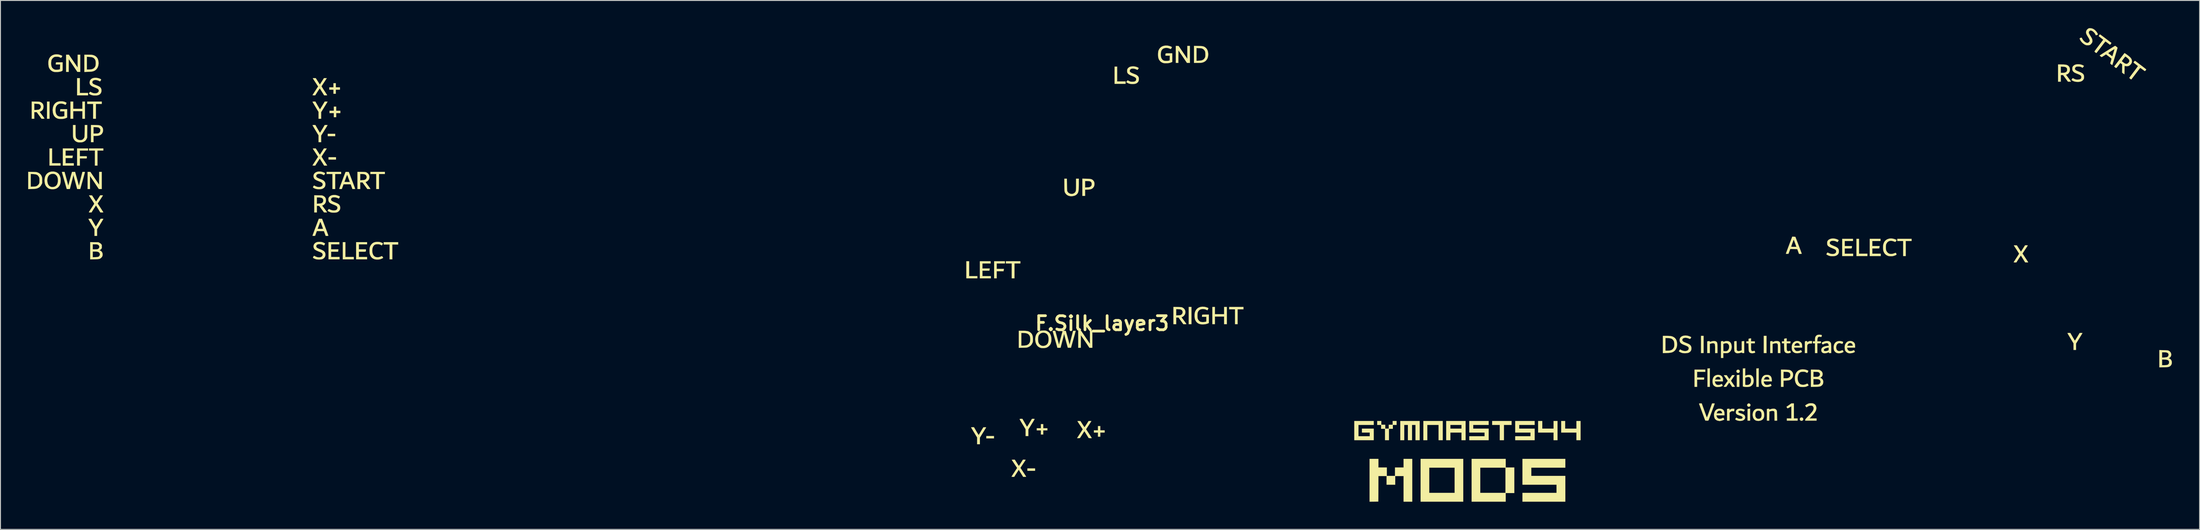
<source format=kicad_pcb>
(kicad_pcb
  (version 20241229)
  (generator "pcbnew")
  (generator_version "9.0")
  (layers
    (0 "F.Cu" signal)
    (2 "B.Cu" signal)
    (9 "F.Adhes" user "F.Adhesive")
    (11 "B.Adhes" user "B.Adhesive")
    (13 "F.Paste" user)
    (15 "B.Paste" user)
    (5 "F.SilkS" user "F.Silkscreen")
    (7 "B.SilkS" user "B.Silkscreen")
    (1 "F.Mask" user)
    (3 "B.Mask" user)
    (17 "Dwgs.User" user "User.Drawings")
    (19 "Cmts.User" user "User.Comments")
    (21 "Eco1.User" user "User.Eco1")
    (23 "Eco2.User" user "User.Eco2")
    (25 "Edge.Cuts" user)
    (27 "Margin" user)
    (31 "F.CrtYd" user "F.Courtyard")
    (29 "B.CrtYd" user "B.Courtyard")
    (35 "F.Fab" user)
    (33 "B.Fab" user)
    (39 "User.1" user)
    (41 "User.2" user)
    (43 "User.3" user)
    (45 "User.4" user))
  (footprint "F.Silk_layer3"
    (layer "F.Cu")
    (at 116.252 32.006)
    (property "Reference" "F.Silk_layer3" (at 0 0 0) (layer "F.SilkS") (effects (font (size 1.524 1.524) (thickness 0.3))))
    (attr through_hole)
    (fp_poly (pts (xy -113.94 -22.183) (xy -114.215 -22.183) (xy -114.215 -24.045) (xy -113.94 -24.045) (xy -113.94 -22.183)) (stroke (width 0.01) (type solid)) (fill yes) (layer "F.SilkS"))
    (fp_poly (pts (xy -83.016 -20.299) (xy -83.82 -20.299) (xy -83.82 -20.553) (xy -83.016 -20.553) (xy -83.016 -20.299)) (stroke (width 0.01) (type solid)) (fill yes) (layer "F.SilkS"))
    (fp_poly (pts (xy -82.931 -17.759) (xy -83.735 -17.759) (xy -83.735 -18.013) (xy -82.931 -18.013) (xy -82.931 -17.759)) (stroke (width 0.01) (type solid)) (fill yes) (layer "F.SilkS"))
    (fp_poly (pts (xy -11.705 12.467) (xy -12.531 12.467) (xy -12.531 12.213) (xy -11.705 12.213) (xy -11.705 12.467)) (stroke (width 0.01) (type solid)) (fill yes) (layer "F.SilkS"))
    (fp_poly (pts (xy -7.26 15.981) (xy -8.086 15.981) (xy -8.086 15.727) (xy -7.26 15.727) (xy -7.26 15.981)) (stroke (width 0.01) (type solid)) (fill yes) (layer "F.SilkS"))
    (fp_poly (pts (xy 9.673 0.085) (xy 9.377 0.085) (xy 9.377 -1.778) (xy 9.673 -1.778) (xy 9.673 0.085)) (stroke (width 0.01) (type solid)) (fill yes) (layer "F.SilkS"))
    (fp_poly (pts (xy 65.109 3.217) (xy 64.834 3.217) (xy 64.834 1.355) (xy 65.109 1.355) (xy 65.109 3.217)) (stroke (width 0.01) (type solid)) (fill yes) (layer "F.SilkS"))
    (fp_poly (pts (xy 71.924 3.217) (xy 71.628 3.217) (xy 71.628 1.355) (xy 71.924 1.355) (xy 71.924 3.217)) (stroke (width 0.01) (type solid)) (fill yes) (layer "F.SilkS"))
    (fp_poly (pts (xy -113.665 -17.357) (xy -112.755 -17.357) (xy -112.755 -17.103) (xy -113.94 -17.103) (xy -113.94 -18.965) (xy -113.665 -18.965) (xy -113.665 -17.357)) (stroke (width 0.01) (type solid)) (fill yes) (layer "F.SilkS"))
    (fp_poly (pts (xy -110.659 -24.977) (xy -109.77 -24.977) (xy -109.77 -24.723) (xy -110.956 -24.723) (xy -110.956 -26.585) (xy -110.659 -26.585) (xy -110.659 -24.977)) (stroke (width 0.01) (type solid)) (fill yes) (layer "F.SilkS"))
    (fp_poly (pts (xy -81.915 -7.197) (xy -81.005 -7.197) (xy -81.005 -6.943) (xy -82.19 -6.943) (xy -82.19 -8.805) (xy -81.915 -8.805) (xy -81.915 -7.197)) (stroke (width 0.01) (type solid)) (fill yes) (layer "F.SilkS"))
    (fp_poly (pts (xy -14.393 -5.122) (xy -13.504 -5.122) (xy -13.504 -4.889) (xy -14.69 -4.889) (xy -14.69 -6.731) (xy -14.393 -6.731) (xy -14.393 -5.122)) (stroke (width 0.01) (type solid)) (fill yes) (layer "F.SilkS"))
    (fp_poly (pts (xy 1.63 -26.226) (xy 2.54 -26.226) (xy 2.54 -25.971) (xy 1.355 -25.971) (xy 1.355 -27.834) (xy 1.63 -27.834) (xy 1.63 -26.226)) (stroke (width 0.01) (type solid)) (fill yes) (layer "F.SilkS"))
    (fp_poly (pts (xy 81.936 -7.556) (xy 82.846 -7.556) (xy 82.846 -7.303) (xy 81.661 -7.303) (xy 81.661 -9.165) (xy 81.936 -9.165) (xy 81.936 -7.556)) (stroke (width 0.01) (type solid)) (fill yes) (layer "F.SilkS"))
    (fp_poly (pts (xy 71.078 6.879) (xy 70.824 6.879) (xy 70.824 4.889) (xy 70.885 4.889) (xy 70.952 4.885) (xy 71.012 4.876) (xy 71.078 4.863) (xy 71.078 6.879)) (stroke (width 0.01) (type solid)) (fill yes) (layer "F.SilkS"))
    (fp_poly (pts (xy -108.289 -23.791) (xy -108.924 -23.791) (xy -108.924 -22.183) (xy -109.22 -22.183) (xy -109.22 -23.791) (xy -109.855 -23.791) (xy -109.855 -24.045) (xy -108.289 -24.045) (xy -108.289 -23.791)) (stroke (width 0.01) (type solid)) (fill yes) (layer "F.SilkS"))
    (fp_poly (pts (xy -108.119 -18.733) (xy -108.754 -18.733) (xy -108.754 -17.103) (xy -109.029 -17.103) (xy -109.029 -18.733) (xy -109.665 -18.733) (xy -109.665 -18.965) (xy -108.119 -18.965) (xy -108.119 -18.733)) (stroke (width 0.01) (type solid)) (fill yes) (layer "F.SilkS"))
    (fp_poly (pts (xy -82.381 -16.192) (xy -83.016 -16.192) (xy -83.016 -14.563) (xy -83.312 -14.563) (xy -83.312 -16.192) (xy -83.947 -16.192) (xy -83.947 -16.425) (xy -82.381 -16.425) (xy -82.381 -16.192)) (stroke (width 0.01) (type solid)) (fill yes) (layer "F.SilkS"))
    (fp_poly (pts (xy -77.639 -16.192) (xy -78.274 -16.192) (xy -78.274 -14.563) (xy -78.571 -14.563) (xy -78.571 -16.192) (xy -79.206 -16.192) (xy -79.206 -16.425) (xy -77.639 -16.425) (xy -77.639 -16.192)) (stroke (width 0.01) (type solid)) (fill yes) (layer "F.SilkS"))
    (fp_poly (pts (xy -76.2 -8.551) (xy -76.835 -8.551) (xy -76.835 -6.943) (xy -77.131 -6.943) (xy -77.131 -8.551) (xy -77.766 -8.551) (xy -77.766 -8.805) (xy -76.2 -8.805) (xy -76.2 -8.551)) (stroke (width 0.01) (type solid)) (fill yes) (layer "F.SilkS"))
    (fp_poly (pts (xy -8.848 -6.498) (xy -9.483 -6.498) (xy -9.483 -4.889) (xy -9.779 -4.889) (xy -9.779 -6.498) (xy -10.414 -6.498) (xy -10.414 -6.731) (xy -8.848 -6.731) (xy -8.848 -6.498)) (stroke (width 0.01) (type solid)) (fill yes) (layer "F.SilkS"))
    (fp_poly (pts (xy 15.303 -1.524) (xy 14.668 -1.524) (xy 14.668 0.085) (xy 14.393 0.085) (xy 14.393 -1.524) (xy 13.758 -1.524) (xy 13.758 -1.778) (xy 15.303 -1.778) (xy 15.303 -1.524)) (stroke (width 0.01) (type solid)) (fill yes) (layer "F.SilkS"))
    (fp_poly (pts (xy 36.872 12.658) (xy 36.428 12.658) (xy 36.428 11.007) (xy 35.2 11.007) (xy 35.2 12.658) (xy 34.777 12.658) (xy 34.777 10.583) (xy 36.872 10.583) (xy 36.872 12.658)) (stroke (width 0.01) (type solid)) (fill yes) (layer "F.SilkS"))
    (fp_poly (pts (xy 44.323 11.007) (xy 43.498 11.007) (xy 43.498 12.658) (xy 43.053 12.658) (xy 43.053 11.007) (xy 42.227 11.007) (xy 42.227 10.583) (xy 44.323 10.583) (xy 44.323 11.007)) (stroke (width 0.01) (type solid)) (fill yes) (layer "F.SilkS"))
    (fp_poly (pts (xy 65.786 6.879) (xy 65.532 6.879) (xy 65.532 4.889) (xy 65.611 4.889) (xy 65.678 4.886) (xy 65.735 4.877) (xy 65.738 4.876) (xy 65.786 4.863) (xy 65.786 6.879)) (stroke (width 0.01) (type solid)) (fill yes) (layer "F.SilkS"))
    (fp_poly (pts (xy 68.982 6.879) (xy 68.707 6.879) (xy 68.707 5.615) (xy 68.786 5.602) (xy 68.857 5.593) (xy 68.92 5.588) (xy 68.924 5.588) (xy 68.982 5.588) (xy 68.982 6.879)) (stroke (width 0.01) (type solid)) (fill yes) (layer "F.SilkS"))
    (fp_poly (pts (xy 87.63 -8.932) (xy 86.995 -8.932) (xy 86.995 -7.303) (xy 86.72 -7.303) (xy 86.72 -8.932) (xy 86.085 -8.932) (xy 86.085 -9.165) (xy 87.63 -9.165) (xy 87.63 -8.932)) (stroke (width 0.01) (type solid)) (fill yes) (layer "F.SilkS"))
    (fp_poly (pts (xy 47.646 11.409) (xy 48.874 11.409) (xy 48.874 10.583) (xy 49.297 10.583) (xy 49.297 12.658) (xy 48.874 12.658) (xy 48.874 11.832) (xy 47.202 11.832) (xy 47.202 10.583) (xy 47.646 10.583) (xy 47.646 11.409)) (stroke (width 0.01) (type solid)) (fill yes) (layer "F.SilkS"))
    (fp_poly (pts (xy 50.123 11.409) (xy 51.35 11.409) (xy 51.35 10.583) (xy 51.795 10.583) (xy 51.795 12.658) (xy 51.35 12.658) (xy 51.35 11.832) (xy 49.699 11.832) (xy 49.699 10.583) (xy 50.123 10.583) (xy 50.123 11.409)) (stroke (width 0.01) (type solid)) (fill yes) (layer "F.SilkS"))
    (fp_poly (pts (xy 39.095 19.325) (xy 34.48 19.325) (xy 34.48 15.642) (xy 35.412 15.642) (xy 35.412 18.373) (xy 38.163 18.373) (xy 38.163 15.642) (xy 35.412 15.642) (xy 34.48 15.642) (xy 34.48 14.69) (xy 39.095 14.69) (xy 39.095 19.325)) (stroke (width 0.01) (type solid)) (fill yes) (layer "F.SilkS"))
    (fp_poly (pts (xy -111.379 -23.262) (xy -110.384 -23.262) (xy -110.384 -24.045) (xy -110.109 -24.045) (xy -110.109 -22.183) (xy -110.384 -22.183) (xy -110.384 -23.008) (xy -111.379 -23.008) (xy -111.379 -22.183) (xy -111.675 -22.183) (xy -111.675 -24.045) (xy -111.379 -24.045) (xy -111.379 -23.262)) (stroke (width 0.01) (type solid)) (fill yes) (layer "F.SilkS"))
    (fp_poly (pts (xy -82.952 -25.59) (xy -82.508 -25.59) (xy -82.508 -25.337) (xy -82.952 -25.337) (xy -82.952 -24.892) (xy -83.206 -24.892) (xy -83.206 -25.337) (xy -83.651 -25.337) (xy -83.651 -25.59) (xy -83.206 -25.59) (xy -83.206 -26.035) (xy -82.952 -26.035) (xy -82.952 -25.59)) (stroke (width 0.01) (type solid)) (fill yes) (layer "F.SilkS"))
    (fp_poly (pts (xy -82.91 -23.05) (xy -82.465 -23.05) (xy -82.465 -22.797) (xy -82.91 -22.797) (xy -82.91 -22.352) (xy -83.164 -22.352) (xy -83.164 -22.797) (xy -83.629 -22.797) (xy -83.629 -23.05) (xy -83.164 -23.05) (xy -83.164 -23.495) (xy -82.91 -23.495) (xy -82.91 -23.05)) (stroke (width 0.01) (type solid)) (fill yes) (layer "F.SilkS"))
    (fp_poly (pts (xy -6.371 11.367) (xy -5.927 11.367) (xy -5.927 11.599) (xy -6.371 11.599) (xy -6.371 12.044) (xy -6.625 12.044) (xy -6.625 11.599) (xy -7.07 11.599) (xy -7.07 11.367) (xy -6.625 11.367) (xy -6.625 10.922) (xy -6.371 10.922) (xy -6.371 11.367)) (stroke (width 0.01) (type solid)) (fill yes) (layer "F.SilkS"))
    (fp_poly (pts (xy -0.191 11.599) (xy 0.275 11.599) (xy 0.275 11.832) (xy -0.191 11.832) (xy -0.191 12.277) (xy -0.445 12.277) (xy -0.445 11.832) (xy -0.889 11.832) (xy -0.889 11.599) (xy -0.445 11.599) (xy -0.445 11.134) (xy -0.191 11.134) (xy -0.191 11.599)) (stroke (width 0.01) (type solid)) (fill yes) (layer "F.SilkS"))
    (fp_poly (pts (xy 12.213 -0.995) (xy 13.208 -0.995) (xy 13.208 -1.778) (xy 13.504 -1.778) (xy 13.504 0.085) (xy 13.208 0.085) (xy 13.208 -0.741) (xy 12.213 -0.741) (xy 12.213 0.085) (xy 11.938 0.085) (xy 11.938 -1.778) (xy 12.213 -1.778) (xy 12.213 -0.995)) (stroke (width 0.01) (type solid)) (fill yes) (layer "F.SilkS"))
    (fp_poly (pts (xy 29.401 11.007) (xy 27.75 11.007) (xy 27.75 12.234) (xy 28.977 12.234) (xy 28.977 11.832) (xy 28.131 11.832) (xy 28.131 11.409) (xy 29.401 11.409) (xy 29.401 12.658) (xy 27.305 12.658) (xy 27.305 10.583) (xy 29.401 10.583) (xy 29.401 11.007)) (stroke (width 0.01) (type solid)) (fill yes) (layer "F.SilkS"))
    (fp_poly (pts (xy 34.375 12.658) (xy 33.93 12.658) (xy 33.93 11.007) (xy 33.549 11.007) (xy 33.549 12.658) (xy 33.105 12.658) (xy 33.105 11.007) (xy 32.703 11.007) (xy 32.703 12.658) (xy 32.279 12.658) (xy 32.279 10.583) (xy 34.375 10.583) (xy 34.375 12.658)) (stroke (width 0.01) (type solid)) (fill yes) (layer "F.SilkS"))
    (fp_poly (pts (xy 41.846 11.007) (xy 40.174 11.007) (xy 40.174 11.409) (xy 41.846 11.409) (xy 41.846 12.658) (xy 39.751 12.658) (xy 39.751 12.234) (xy 41.402 12.234) (xy 41.402 11.832) (xy 39.751 11.832) (xy 39.751 10.583) (xy 41.846 10.583) (xy 41.846 11.007)) (stroke (width 0.01) (type solid)) (fill yes) (layer "F.SilkS"))
    (fp_poly (pts (xy 46.821 11.007) (xy 45.148 11.007) (xy 45.148 11.409) (xy 46.821 11.409) (xy 46.821 12.658) (xy 44.725 12.658) (xy 44.725 12.234) (xy 46.376 12.234) (xy 46.376 11.832) (xy 44.725 11.832) (xy 44.725 10.583) (xy 46.821 10.583) (xy 46.821 11.007)) (stroke (width 0.01) (type solid)) (fill yes) (layer "F.SilkS"))
    (fp_poly (pts (xy 50.144 15.642) (xy 46.461 15.642) (xy 46.461 16.531) (xy 50.144 16.531) (xy 50.144 19.325) (xy 45.508 19.325) (xy 45.508 18.373) (xy 49.191 18.373) (xy 49.191 17.484) (xy 45.508 17.484) (xy 45.508 14.69) (xy 50.144 14.69) (xy 50.144 15.642)) (stroke (width 0.01) (type solid)) (fill yes) (layer "F.SilkS"))
    (fp_poly (pts (xy -10.52 -6.498) (xy -11.409 -6.498) (xy -11.409 -5.905) (xy -10.625 -5.905) (xy -10.635 -5.858) (xy -10.645 -5.804) (xy -10.656 -5.738) (xy -10.657 -5.731) (xy -10.67 -5.652) (xy -11.409 -5.652) (xy -11.409 -4.889) (xy -11.684 -4.889) (xy -11.684 -6.731) (xy -10.52 -6.731) (xy -10.52 -6.498)) (stroke (width 0.01) (type solid)) (fill yes) (layer "F.SilkS"))
    (fp_poly (pts (xy -12.065 -6.498) (xy -12.954 -6.498) (xy -12.954 -5.948) (xy -12.166 -5.948) (xy -12.179 -5.882) (xy -12.188 -5.817) (xy -12.192 -5.765) (xy -12.192 -5.715) (xy -12.954 -5.715) (xy -12.954 -5.122) (xy -12.044 -5.122) (xy -12.044 -4.889) (xy -13.229 -4.889) (xy -13.229 -6.731) (xy -12.065 -6.731) (xy -12.065 -6.498)) (stroke (width 0.01) (type solid)) (fill yes) (layer "F.SilkS"))
    (fp_poly (pts (xy 39.349 12.658) (xy 38.904 12.658) (xy 38.904 11.832) (xy 37.698 11.832) (xy 37.698 12.658) (xy 37.253 12.658) (xy 37.253 11.007) (xy 37.698 11.007) (xy 37.698 11.409) (xy 38.904 11.409) (xy 38.904 11.007) (xy 37.698 11.007) (xy 37.253 11.007) (xy 37.253 10.583) (xy 39.349 10.583) (xy 39.349 12.658)) (stroke (width 0.01) (type solid)) (fill yes) (layer "F.SilkS"))
    (fp_poly (pts (xy 43.688 15.621) (xy 44.619 15.621) (xy 44.619 18.394) (xy 43.688 18.394) (xy 43.688 19.325) (xy 40.005 19.325) (xy 40.005 15.642) (xy 40.936 15.642) (xy 40.936 18.373) (xy 43.667 18.373) (xy 43.667 15.642) (xy 40.936 15.642) (xy 40.005 15.642) (xy 40.005 14.69) (xy 43.688 14.69) (xy 43.688 15.621)) (stroke (width 0.01) (type solid)) (fill yes) (layer "F.SilkS"))
    (fp_poly (pts (xy -111.316 -18.733) (xy -112.204 -18.733) (xy -112.204 -18.182) (xy -111.421 -18.182) (xy -111.43 -18.135) (xy -111.44 -18.081) (xy -111.452 -18.014) (xy -111.453 -18.008) (xy -111.466 -17.928) (xy -112.204 -17.928) (xy -112.204 -17.357) (xy -111.316 -17.357) (xy -111.316 -17.103) (xy -112.501 -17.103) (xy -112.501 -18.965) (xy -111.316 -18.965) (xy -111.316 -18.733)) (stroke (width 0.01) (type solid)) (fill yes) (layer "F.SilkS"))
    (fp_poly (pts (xy -82.571 -8.572) (xy -83.46 -8.572) (xy -83.46 -8.022) (xy -82.677 -8.022) (xy -82.677 -7.975) (xy -82.681 -7.921) (xy -82.689 -7.855) (xy -82.691 -7.848) (xy -82.704 -7.768) (xy -83.46 -7.768) (xy -83.46 -7.197) (xy -82.55 -7.197) (xy -82.55 -6.943) (xy -83.735 -6.943) (xy -83.735 -8.805) (xy -82.571 -8.805) (xy -82.571 -8.572)) (stroke (width 0.01) (type solid)) (fill yes) (layer "F.SilkS"))
    (fp_poly (pts (xy 8.282 -30.067) (xy 8.536 -29.697) (xy 8.631 -29.558) (xy 8.736 -29.404) (xy 8.843 -29.248) (xy 8.941 -29.103) (xy 9.009 -29.003) (xy 9.229 -28.68) (xy 9.229 -30.078) (xy 9.504 -30.078) (xy 9.504 -28.236) (xy 9.189 -28.236) (xy 8.266 -29.596) (xy 8.254 -28.236) (xy 7.98 -28.236) (xy 7.98 -30.08) (xy 8.282 -30.067)) (stroke (width 0.01) (type solid)) (fill yes) (layer "F.SilkS"))
    (fp_poly (pts (xy 68.935 5.034) (xy 68.994 5.083) (xy 69.022 5.161) (xy 69.025 5.193) (xy 69.007 5.276) (xy 68.961 5.336) (xy 68.896 5.37) (xy 68.822 5.375) (xy 68.749 5.344) (xy 68.72 5.321) (xy 68.674 5.25) (xy 68.664 5.175) (xy 68.687 5.106) (xy 68.737 5.051) (xy 68.811 5.02) (xy 68.851 5.016) (xy 68.935 5.034)) (stroke (width 0.01) (type solid)) (fill yes) (layer "F.SilkS"))
    (fp_poly (pts (xy 70.092 8.697) (xy 70.153 8.748) (xy 70.186 8.824) (xy 70.189 8.858) (xy 70.17 8.941) (xy 70.119 9.003) (xy 70.043 9.035) (xy 70.009 9.038) (xy 69.928 9.021) (xy 69.881 8.986) (xy 69.837 8.917) (xy 69.828 8.842) (xy 69.85 8.771) (xy 69.899 8.715) (xy 69.97 8.682) (xy 70.009 8.678) (xy 70.092 8.697)) (stroke (width 0.01) (type solid)) (fill yes) (layer "F.SilkS"))
    (fp_poly (pts (xy 70.146 10.541) (xy 69.871 10.541) (xy 69.871 9.906) (xy 69.871 9.725) (xy 69.872 9.583) (xy 69.873 9.473) (xy 69.875 9.393) (xy 69.879 9.337) (xy 69.884 9.302) (xy 69.89 9.282) (xy 69.899 9.273) (xy 69.91 9.271) (xy 69.911 9.271) (xy 69.955 9.268) (xy 70.021 9.261) (xy 70.048 9.258) (xy 70.146 9.244) (xy 70.146 10.541)) (stroke (width 0.01) (type solid)) (fill yes) (layer "F.SilkS"))
    (fp_poly (pts (xy -1.058 2.646) (xy -1.367 2.646) (xy -1.832 1.96) (xy -2.297 1.274) (xy -2.302 1.96) (xy -2.308 2.646) (xy -2.582 2.646) (xy -2.582 0.804) (xy -2.275 0.805) (xy -2.043 1.148) (xy -1.951 1.283) (xy -1.845 1.439) (xy -1.735 1.601) (xy -1.629 1.757) (xy -1.561 1.857) (xy -1.312 2.223) (xy -1.312 0.804) (xy -1.058 0.804) (xy -1.058 2.646)) (stroke (width 0.01) (type solid)) (fill yes) (layer "F.SilkS"))
    (fp_poly (pts (xy 75.763 10.201) (xy 75.835 10.234) (xy 75.855 10.254) (xy 75.897 10.329) (xy 75.903 10.407) (xy 75.878 10.477) (xy 75.825 10.531) (xy 75.75 10.56) (xy 75.719 10.561) (xy 75.657 10.554) (xy 75.61 10.538) (xy 75.605 10.535) (xy 75.553 10.473) (xy 75.53 10.397) (xy 75.536 10.32) (xy 75.572 10.254) (xy 75.6 10.23) (xy 75.68 10.199) (xy 75.763 10.201)) (stroke (width 0.01) (type solid)) (fill yes) (layer "F.SilkS"))
    (fp_poly (pts (xy -109.77 -18.733) (xy -110.659 -18.733) (xy -110.659 -18.119) (xy -110.278 -18.119) (xy -110.14 -18.119) (xy -110.039 -18.118) (xy -109.969 -18.114) (xy -109.926 -18.104) (xy -109.903 -18.087) (xy -109.897 -18.06) (xy -109.901 -18.02) (xy -109.911 -17.967) (xy -109.911 -17.965) (xy -109.924 -17.886) (xy -110.659 -17.886) (xy -110.659 -17.103) (xy -110.956 -17.103) (xy -110.956 -18.965) (xy -109.77 -18.965) (xy -109.77 -18.733)) (stroke (width 0.01) (type solid)) (fill yes) (layer "F.SilkS"))
    (fp_poly (pts (xy -109.049 -15.73) (xy -108.574 -15.034) (xy -108.569 -15.73) (xy -108.563 -16.425) (xy -108.289 -16.425) (xy -108.289 -14.563) (xy -108.6 -14.563) (xy -108.76 -14.801) (xy -108.817 -14.886) (xy -108.893 -14.998) (xy -108.981 -15.129) (xy -109.077 -15.271) (xy -109.174 -15.415) (xy -109.239 -15.511) (xy -109.559 -15.982) (xy -109.559 -14.563) (xy -109.813 -14.563) (xy -109.813 -16.425) (xy -109.524 -16.425) (xy -109.049 -15.73)) (stroke (width 0.01) (type solid)) (fill yes) (layer "F.SilkS"))
    (fp_poly (pts (xy -111.532 -28.665) (xy -111.436 -28.525) (xy -111.338 -28.382) (xy -111.244 -28.244) (xy -111.158 -28.119) (xy -111.088 -28.015) (xy -111.054 -27.966) (xy -110.892 -27.727) (xy -110.892 -29.125) (xy -110.617 -29.125) (xy -110.617 -27.263) (xy -110.77 -27.264) (xy -110.924 -27.264) (xy -111.39 -27.954) (xy -111.855 -28.644) (xy -111.861 -27.953) (xy -111.866 -27.263) (xy -112.141 -27.263) (xy -112.141 -29.125) (xy -111.847 -29.125) (xy -111.532 -28.665)) (stroke (width 0.01) (type solid)) (fill yes) (layer "F.SilkS"))
    (fp_poly (pts (xy -79.566 -8.572) (xy -80.454 -8.572) (xy -80.454 -8.022) (xy -79.692 -8.022) (xy -79.693 -7.943) (xy -79.693 -7.882) (xy -79.697 -7.837) (xy -79.709 -7.805) (xy -79.737 -7.785) (xy -79.785 -7.774) (xy -79.86 -7.769) (xy -79.966 -7.768) (xy -80.087 -7.768) (xy -80.454 -7.768) (xy -80.454 -7.197) (xy -79.566 -7.197) (xy -79.566 -6.943) (xy -80.751 -6.943) (xy -80.751 -8.805) (xy -79.566 -8.805) (xy -79.566 -8.572)) (stroke (width 0.01) (type solid)) (fill yes) (layer "F.SilkS"))
    (fp_poly (pts (xy 30.226 10.986) (xy 30.649 10.986) (xy 30.649 11.409) (xy 31.03 11.409) (xy 31.03 10.986) (xy 31.454 10.986) (xy 31.454 10.583) (xy 31.877 10.583) (xy 31.877 11.007) (xy 31.475 11.007) (xy 31.475 11.43) (xy 31.052 11.43) (xy 31.052 12.658) (xy 30.628 12.658) (xy 30.628 11.43) (xy 30.205 11.43) (xy 30.205 11.007) (xy 29.782 11.007) (xy 29.782 10.583) (xy 30.226 10.583) (xy 30.226 10.986)) (stroke (width 0.01) (type solid)) (fill yes) (layer "F.SilkS"))
    (fp_poly (pts (xy 65.299 5.249) (xy 64.41 5.249) (xy 64.41 5.863) (xy 64.8 5.863) (xy 64.937 5.863) (xy 65.038 5.865) (xy 65.107 5.867) (xy 65.151 5.872) (xy 65.174 5.879) (xy 65.182 5.889) (xy 65.182 5.9) (xy 65.174 5.946) (xy 65.163 6.008) (xy 65.162 6.017) (xy 65.149 6.096) (xy 64.41 6.096) (xy 64.41 6.879) (xy 64.135 6.879) (xy 64.135 5.016) (xy 65.299 5.016) (xy 65.299 5.249)) (stroke (width 0.01) (type solid)) (fill yes) (layer "F.SilkS"))
    (fp_poly (pts (xy 74.888 10.308) (xy 75.29 10.308) (xy 75.29 10.541) (xy 74.126 10.541) (xy 74.126 10.308) (xy 74.612 10.308) (xy 74.612 8.992) (xy 74.471 9.071) (xy 74.394 9.115) (xy 74.323 9.154) (xy 74.274 9.182) (xy 74.273 9.183) (xy 74.226 9.202) (xy 74.188 9.193) (xy 74.15 9.152) (xy 74.121 9.107) (xy 74.085 9.045) (xy 74.348 8.862) (xy 74.612 8.678) (xy 74.888 8.678) (xy 74.888 10.308)) (stroke (width 0.01) (type solid)) (fill yes) (layer "F.SilkS"))
    (fp_poly (pts (xy 81.28 -8.932) (xy 80.391 -8.932) (xy 80.391 -8.382) (xy 81.177 -8.382) (xy 81.163 -8.281) (xy 81.154 -8.216) (xy 81.145 -8.167) (xy 81.142 -8.154) (xy 81.127 -8.144) (xy 81.088 -8.137) (xy 81.019 -8.132) (xy 80.918 -8.129) (xy 80.778 -8.128) (xy 80.762 -8.128) (xy 80.391 -8.128) (xy 80.391 -7.556) (xy 81.301 -7.556) (xy 81.301 -7.303) (xy 80.116 -7.303) (xy 80.116 -9.165) (xy 81.28 -9.165) (xy 81.28 -8.932)) (stroke (width 0.01) (type solid)) (fill yes) (layer "F.SilkS"))
    (fp_poly (pts (xy 29.909 15.621) (xy 30.819 15.621) (xy 30.819 16.531) (xy 31.708 16.531) (xy 31.708 15.621) (xy 32.639 15.621) (xy 32.639 14.69) (xy 33.57 14.69) (xy 33.57 19.325) (xy 32.639 19.325) (xy 32.639 16.552) (xy 31.729 16.552) (xy 31.729 17.484) (xy 30.797 17.484) (xy 30.797 16.552) (xy 29.909 16.552) (xy 29.903 17.933) (xy 29.898 19.315) (xy 29.427 19.32) (xy 28.956 19.326) (xy 28.956 14.69) (xy 29.909 14.69) (xy 29.909 15.621)) (stroke (width 0.01) (type solid)) (fill yes) (layer "F.SilkS"))
    (fp_poly (pts (xy 84.264 -8.932) (xy 83.376 -8.932) (xy 83.376 -8.382) (xy 84.164 -8.382) (xy 84.151 -8.303) (xy 84.142 -8.236) (xy 84.138 -8.18) (xy 84.138 -8.176) (xy 84.137 -8.159) (xy 84.13 -8.146) (xy 84.112 -8.138) (xy 84.076 -8.133) (xy 84.017 -8.13) (xy 83.93 -8.128) (xy 83.808 -8.128) (xy 83.757 -8.128) (xy 83.376 -8.128) (xy 83.376 -7.556) (xy 84.286 -7.556) (xy 84.286 -7.303) (xy 83.1 -7.303) (xy 83.1 -9.165) (xy 84.264 -9.165) (xy 84.264 -8.932)) (stroke (width 0.01) (type solid)) (fill yes) (layer "F.SilkS"))
    (fp_poly (pts (xy 67.912 9.262) (xy 67.922 9.288) (xy 67.924 9.328) (xy 67.924 9.405) (xy 67.971 9.362) (xy 68.059 9.298) (xy 68.154 9.263) (xy 68.27 9.253) (xy 68.3 9.254) (xy 68.442 9.26) (xy 68.438 9.356) (xy 68.432 9.445) (xy 68.422 9.499) (xy 68.403 9.524) (xy 68.368 9.528) (xy 68.316 9.519) (xy 68.195 9.511) (xy 68.084 9.544) (xy 67.99 9.614) (xy 67.924 9.681) (xy 67.924 10.541) (xy 67.649 10.541) (xy 67.649 9.277) (xy 67.747 9.263) (xy 67.833 9.252) (xy 67.885 9.251) (xy 67.912 9.262)) (stroke (width 0.01) (type solid)) (fill yes) (layer "F.SilkS"))
    (fp_poly (pts (xy -108.183 -11.344) (xy -108.141 -11.339) (xy -108.124 -11.328) (xy -108.124 -11.308) (xy -108.138 -11.281) (xy -108.17 -11.223) (xy -108.22 -11.139) (xy -108.283 -11.034) (xy -108.358 -10.911) (xy -108.44 -10.777) (xy -108.465 -10.736) (xy -108.797 -10.201) (xy -108.797 -9.483) (xy -109.072 -9.483) (xy -109.072 -10.213) (xy -109.4 -10.755) (xy -109.482 -10.892) (xy -109.557 -11.018) (xy -109.622 -11.129) (xy -109.674 -11.218) (xy -109.709 -11.283) (xy -109.727 -11.317) (xy -109.728 -11.321) (xy -109.707 -11.335) (xy -109.646 -11.343) (xy -109.575 -11.345) (xy -109.421 -11.344) (xy -109.178 -10.921) (xy -109.109 -10.801) (xy -109.046 -10.694) (xy -108.993 -10.606) (xy -108.953 -10.541) (xy -108.93 -10.505) (xy -108.924 -10.499) (xy -108.911 -10.516) (xy -108.879 -10.565) (xy -108.831 -10.64) (xy -108.772 -10.736) (xy -108.703 -10.848) (xy -108.659 -10.922) (xy -108.405 -11.345) (xy -108.26 -11.345) (xy -108.183 -11.344)) (stroke (width 0.01) (type solid)) (fill yes) (layer "F.SilkS"))
    (fp_poly (pts (xy 77.699 1.231) (xy 77.8 1.238) (xy 77.865 1.25) (xy 77.899 1.274) (xy 77.908 1.312) (xy 77.898 1.371) (xy 77.893 1.387) (xy 77.874 1.446) (xy 77.855 1.472) (xy 77.829 1.474) (xy 77.821 1.472) (xy 77.773 1.462) (xy 77.705 1.45) (xy 77.682 1.447) (xy 77.589 1.45) (xy 77.518 1.487) (xy 77.468 1.559) (xy 77.438 1.667) (xy 77.428 1.811) (xy 77.428 1.815) (xy 77.428 1.947) (xy 77.821 1.947) (xy 77.81 2.048) (xy 77.798 2.148) (xy 77.613 2.155) (xy 77.428 2.161) (xy 77.428 3.217) (xy 77.174 3.217) (xy 77.174 2.159) (xy 76.941 2.159) (xy 76.941 1.947) (xy 77.174 1.947) (xy 77.174 1.773) (xy 77.179 1.637) (xy 77.195 1.533) (xy 77.225 1.45) (xy 77.273 1.377) (xy 77.294 1.353) (xy 77.361 1.292) (xy 77.437 1.253) (xy 77.531 1.233) (xy 77.654 1.229) (xy 77.699 1.231)) (stroke (width 0.01) (type solid)) (fill yes) (layer "F.SilkS"))
    (fp_poly (pts (xy -85.164 -24.045) (xy -84.921 -23.623) (xy -84.851 -23.502) (xy -84.788 -23.395) (xy -84.735 -23.307) (xy -84.695 -23.242) (xy -84.671 -23.205) (xy -84.666 -23.199) (xy -84.652 -23.217) (xy -84.62 -23.265) (xy -84.573 -23.34) (xy -84.513 -23.436) (xy -84.445 -23.548) (xy -84.401 -23.621) (xy -84.148 -24.044) (xy -83.995 -24.045) (xy -83.92 -24.044) (xy -83.866 -24.041) (xy -83.842 -24.037) (xy -83.841 -24.037) (xy -83.852 -24.017) (xy -83.882 -23.966) (xy -83.93 -23.888) (xy -83.991 -23.787) (xy -84.064 -23.667) (xy -84.147 -23.533) (xy -84.19 -23.462) (xy -84.54 -22.897) (xy -84.54 -22.183) (xy -84.815 -22.183) (xy -84.815 -22.923) (xy -85.143 -23.464) (xy -85.225 -23.6) (xy -85.3 -23.726) (xy -85.365 -23.835) (xy -85.417 -23.924) (xy -85.452 -23.988) (xy -85.47 -24.021) (xy -85.471 -24.025) (xy -85.452 -24.035) (xy -85.4 -24.042) (xy -85.327 -24.045) (xy -85.318 -24.045) (xy -85.164 -24.045)) (stroke (width 0.01) (type solid)) (fill yes) (layer "F.SilkS"))
    (fp_poly (pts (xy -85.164 -21.505) (xy -84.921 -21.083) (xy -84.851 -20.962) (xy -84.788 -20.855) (xy -84.735 -20.767) (xy -84.694 -20.702) (xy -84.67 -20.665) (xy -84.665 -20.659) (xy -84.651 -20.677) (xy -84.619 -20.725) (xy -84.572 -20.8) (xy -84.512 -20.896) (xy -84.444 -21.009) (xy -84.4 -21.081) (xy -84.148 -21.504) (xy -83.995 -21.505) (xy -83.92 -21.504) (xy -83.866 -21.501) (xy -83.842 -21.496) (xy -83.841 -21.496) (xy -83.852 -21.476) (xy -83.882 -21.425) (xy -83.93 -21.346) (xy -83.991 -21.245) (xy -84.065 -21.125) (xy -84.147 -20.992) (xy -84.19 -20.922) (xy -84.54 -20.358) (xy -84.54 -19.643) (xy -84.815 -19.643) (xy -84.815 -20.382) (xy -85.143 -20.923) (xy -85.226 -21.06) (xy -85.3 -21.185) (xy -85.365 -21.295) (xy -85.417 -21.384) (xy -85.452 -21.447) (xy -85.47 -21.481) (xy -85.471 -21.485) (xy -85.451 -21.495) (xy -85.399 -21.502) (xy -85.325 -21.505) (xy -85.318 -21.505) (xy -85.164 -21.505)) (stroke (width 0.01) (type solid)) (fill yes) (layer "F.SilkS"))
    (fp_poly (pts (xy -13.62 11.685) (xy -13.55 11.805) (xy -13.486 11.91) (xy -13.431 11.996) (xy -13.39 12.059) (xy -13.365 12.092) (xy -13.359 12.096) (xy -13.345 12.075) (xy -13.312 12.023) (xy -13.264 11.945) (xy -13.204 11.847) (xy -13.135 11.734) (xy -13.101 11.677) (xy -12.856 11.271) (xy -12.704 11.265) (xy -12.63 11.264) (xy -12.576 11.266) (xy -12.552 11.272) (xy -12.552 11.272) (xy -12.563 11.293) (xy -12.593 11.345) (xy -12.64 11.424) (xy -12.702 11.526) (xy -12.774 11.645) (xy -12.856 11.778) (xy -12.89 11.834) (xy -13.229 12.382) (xy -13.229 13.102) (xy -13.525 13.102) (xy -13.525 12.37) (xy -13.846 11.842) (xy -13.928 11.706) (xy -14.003 11.582) (xy -14.068 11.473) (xy -14.12 11.385) (xy -14.157 11.322) (xy -14.175 11.29) (xy -14.176 11.287) (xy -14.17 11.273) (xy -14.135 11.264) (xy -14.065 11.261) (xy -14.027 11.261) (xy -13.868 11.261) (xy -13.62 11.685)) (stroke (width 0.01) (type solid)) (fill yes) (layer "F.SilkS"))
    (fp_poly (pts (xy -7.376 10.353) (xy -7.324 10.36) (xy -7.303 10.371) (xy -7.303 10.371) (xy -7.313 10.394) (xy -7.344 10.447) (xy -7.391 10.528) (xy -7.453 10.631) (xy -7.526 10.751) (xy -7.608 10.885) (xy -7.641 10.939) (xy -7.98 11.487) (xy -7.98 12.213) (xy -8.276 12.213) (xy -8.276 11.481) (xy -8.604 10.938) (xy -8.687 10.801) (xy -8.762 10.675) (xy -8.826 10.565) (xy -8.878 10.476) (xy -8.914 10.412) (xy -8.931 10.377) (xy -8.932 10.373) (xy -8.912 10.361) (xy -8.855 10.353) (xy -8.779 10.351) (xy -8.625 10.352) (xy -8.393 10.756) (xy -8.323 10.876) (xy -8.26 10.984) (xy -8.207 11.076) (xy -8.166 11.145) (xy -8.142 11.185) (xy -8.137 11.191) (xy -8.126 11.195) (xy -8.106 11.179) (xy -8.076 11.142) (xy -8.034 11.079) (xy -7.976 10.988) (xy -7.901 10.865) (xy -7.854 10.787) (xy -7.593 10.351) (xy -7.448 10.351) (xy -7.376 10.353)) (stroke (width 0.01) (type solid)) (fill yes) (layer "F.SilkS"))
    (fp_poly (pts (xy 76.763 1.918) (xy 76.82 1.923) (xy 76.847 1.931) (xy 76.853 1.959) (xy 76.85 2.015) (xy 76.844 2.069) (xy 76.824 2.191) (xy 76.684 2.183) (xy 76.565 2.187) (xy 76.474 2.213) (xy 76.403 2.266) (xy 76.371 2.305) (xy 76.356 2.328) (xy 76.345 2.356) (xy 76.337 2.392) (xy 76.332 2.445) (xy 76.329 2.52) (xy 76.327 2.624) (xy 76.327 2.762) (xy 76.327 2.792) (xy 76.327 3.217) (xy 76.073 3.217) (xy 76.073 2.585) (xy 76.073 2.4) (xy 76.073 2.254) (xy 76.075 2.141) (xy 76.079 2.057) (xy 76.087 1.998) (xy 76.099 1.96) (xy 76.117 1.938) (xy 76.142 1.928) (xy 76.174 1.925) (xy 76.216 1.926) (xy 76.233 1.926) (xy 76.291 1.928) (xy 76.319 1.939) (xy 76.327 1.967) (xy 76.327 1.989) (xy 76.327 2.051) (xy 76.436 1.984) (xy 76.504 1.945) (xy 76.564 1.924) (xy 76.633 1.917) (xy 76.688 1.916) (xy 76.763 1.918)) (stroke (width 0.01) (type solid)) (fill yes) (layer "F.SilkS"))
    (fp_poly (pts (xy 66.354 1.925) (xy 66.459 1.965) (xy 66.503 1.997) (xy 66.535 2.029) (xy 66.56 2.063) (xy 66.579 2.104) (xy 66.592 2.159) (xy 66.602 2.233) (xy 66.607 2.33) (xy 66.61 2.457) (xy 66.611 2.618) (xy 66.612 2.698) (xy 66.612 3.217) (xy 66.358 3.217) (xy 66.358 2.772) (xy 66.357 2.601) (xy 66.354 2.466) (xy 66.347 2.365) (xy 66.336 2.29) (xy 66.32 2.237) (xy 66.296 2.201) (xy 66.265 2.177) (xy 66.225 2.161) (xy 66.223 2.16) (xy 66.145 2.146) (xy 66.051 2.153) (xy 65.931 2.181) (xy 65.887 2.194) (xy 65.786 2.226) (xy 65.786 3.217) (xy 65.511 3.217) (xy 65.511 1.953) (xy 65.577 1.939) (xy 65.648 1.93) (xy 65.715 1.926) (xy 65.765 1.931) (xy 65.784 1.951) (xy 65.786 1.968) (xy 65.786 1.994) (xy 65.792 2.006) (xy 65.814 2.005) (xy 65.859 1.991) (xy 65.919 1.97) (xy 66.078 1.928) (xy 66.226 1.913) (xy 66.354 1.925)) (stroke (width 0.01) (type solid)) (fill yes) (layer "F.SilkS"))
    (fp_poly (pts (xy 72.747 9.251) (xy 72.848 9.273) (xy 72.899 9.298) (xy 72.959 9.35) (xy 73.01 9.413) (xy 73.013 9.419) (xy 73.027 9.445) (xy 73.037 9.475) (xy 73.045 9.513) (xy 73.051 9.566) (xy 73.056 9.64) (xy 73.059 9.74) (xy 73.061 9.872) (xy 73.063 10.017) (xy 73.07 10.541) (xy 72.794 10.541) (xy 72.788 10.052) (xy 72.786 9.896) (xy 72.784 9.777) (xy 72.781 9.689) (xy 72.777 9.627) (xy 72.771 9.585) (xy 72.762 9.558) (xy 72.751 9.541) (xy 72.736 9.527) (xy 72.732 9.523) (xy 72.666 9.494) (xy 72.572 9.484) (xy 72.46 9.495) (xy 72.348 9.522) (xy 72.231 9.558) (xy 72.226 10.05) (xy 72.22 10.541) (xy 71.967 10.541) (xy 71.967 9.277) (xy 72.065 9.263) (xy 72.144 9.253) (xy 72.191 9.252) (xy 72.213 9.262) (xy 72.22 9.285) (xy 72.221 9.301) (xy 72.221 9.352) (xy 72.364 9.301) (xy 72.494 9.266) (xy 72.626 9.249) (xy 72.747 9.251)) (stroke (width 0.01) (type solid)) (fill yes) (layer "F.SilkS"))
    (fp_poly (pts (xy 73.1 1.916) (xy 73.218 1.942) (xy 73.273 1.968) (xy 73.314 1.995) (xy 73.346 2.024) (xy 73.371 2.06) (xy 73.39 2.108) (xy 73.403 2.174) (xy 73.412 2.262) (xy 73.417 2.378) (xy 73.421 2.527) (xy 73.423 2.683) (xy 73.43 3.217) (xy 73.152 3.217) (xy 73.152 2.742) (xy 73.152 2.589) (xy 73.151 2.472) (xy 73.149 2.385) (xy 73.146 2.324) (xy 73.14 2.282) (xy 73.131 2.252) (xy 73.119 2.231) (xy 73.104 2.211) (xy 73.101 2.208) (xy 73.061 2.17) (xy 73.015 2.153) (xy 72.947 2.148) (xy 72.87 2.155) (xy 72.777 2.172) (xy 72.713 2.189) (xy 72.581 2.229) (xy 72.581 3.217) (xy 72.326 3.217) (xy 72.326 1.952) (xy 72.374 1.94) (xy 72.428 1.931) (xy 72.495 1.927) (xy 72.501 1.926) (xy 72.554 1.93) (xy 72.576 1.945) (xy 72.581 1.978) (xy 72.581 2.03) (xy 72.67 1.99) (xy 72.816 1.94) (xy 72.963 1.915) (xy 73.1 1.916)) (stroke (width 0.01) (type solid)) (fill yes) (layer "F.SilkS"))
    (fp_poly (pts (xy 105.048 1.45) (xy 105.117 1.569) (xy 105.18 1.676) (xy 105.233 1.764) (xy 105.273 1.83) (xy 105.297 1.866) (xy 105.302 1.872) (xy 105.316 1.857) (xy 105.349 1.811) (xy 105.397 1.738) (xy 105.457 1.643) (xy 105.525 1.532) (xy 105.57 1.459) (xy 105.823 1.038) (xy 105.977 1.037) (xy 106.056 1.038) (xy 106.1 1.041) (xy 106.117 1.05) (xy 106.114 1.068) (xy 106.106 1.085) (xy 106.088 1.115) (xy 106.052 1.175) (xy 105.999 1.262) (xy 105.933 1.37) (xy 105.857 1.493) (xy 105.774 1.628) (xy 105.756 1.657) (xy 105.431 2.181) (xy 105.431 2.879) (xy 105.156 2.879) (xy 105.156 2.162) (xy 104.839 1.634) (xy 104.757 1.498) (xy 104.683 1.372) (xy 104.618 1.262) (xy 104.565 1.173) (xy 104.528 1.108) (xy 104.51 1.074) (xy 104.508 1.072) (xy 104.507 1.054) (xy 104.524 1.043) (xy 104.568 1.038) (xy 104.645 1.037) (xy 104.651 1.037) (xy 104.808 1.037) (xy 105.048 1.45)) (stroke (width 0.01) (type solid)) (fill yes) (layer "F.SilkS"))
    (fp_poly (pts (xy 69.511 3.217) (xy 69.396 3.217) (xy 69.327 3.215) (xy 69.289 3.204) (xy 69.271 3.183) (xy 69.269 3.177) (xy 69.26 3.157) (xy 69.244 3.15) (xy 69.211 3.155) (xy 69.152 3.174) (xy 69.114 3.187) (xy 69 3.218) (xy 68.879 3.234) (xy 68.764 3.236) (xy 68.669 3.223) (xy 68.644 3.215) (xy 68.588 3.184) (xy 68.541 3.147) (xy 68.508 3.115) (xy 68.483 3.083) (xy 68.464 3.045) (xy 68.45 2.996) (xy 68.441 2.931) (xy 68.436 2.843) (xy 68.433 2.727) (xy 68.432 2.578) (xy 68.432 2.469) (xy 68.432 1.952) (xy 68.479 1.94) (xy 68.534 1.931) (xy 68.6 1.926) (xy 68.605 1.926) (xy 68.684 1.926) (xy 68.696 2.904) (xy 68.759 2.957) (xy 68.801 2.988) (xy 68.843 3.002) (xy 68.902 3.003) (xy 68.939 3) (xy 69.026 2.986) (xy 69.112 2.965) (xy 69.146 2.953) (xy 69.236 2.916) (xy 69.236 1.953) (xy 69.302 1.939) (xy 69.374 1.93) (xy 69.44 1.926) (xy 69.511 1.926) (xy 69.511 3.217)) (stroke (width 0.01) (type solid)) (fill yes) (layer "F.SilkS"))
    (fp_poly (pts (xy -109.014 -21.502) (xy -108.841 -21.498) (xy -108.704 -21.491) (xy -108.596 -21.48) (xy -108.511 -21.463) (xy -108.442 -21.438) (xy -108.382 -21.404) (xy -108.325 -21.359) (xy -108.282 -21.319) (xy -108.205 -21.216) (xy -108.158 -21.092) (xy -108.141 -20.956) (xy -108.155 -20.816) (xy -108.198 -20.682) (xy -108.27 -20.562) (xy -108.309 -20.517) (xy -108.402 -20.443) (xy -108.516 -20.387) (xy -108.656 -20.349) (xy -108.828 -20.327) (xy -109.014 -20.321) (xy -109.178 -20.32) (xy -109.178 -19.643) (xy -109.453 -19.643) (xy -109.453 -20.57) (xy -109.178 -20.57) (xy -108.929 -20.577) (xy -108.813 -20.582) (xy -108.73 -20.589) (xy -108.671 -20.6) (xy -108.627 -20.617) (xy -108.608 -20.627) (xy -108.522 -20.694) (xy -108.469 -20.776) (xy -108.444 -20.884) (xy -108.442 -20.907) (xy -108.44 -20.986) (xy -108.45 -21.041) (xy -108.476 -21.093) (xy -108.483 -21.102) (xy -108.532 -21.164) (xy -108.588 -21.209) (xy -108.657 -21.239) (xy -108.749 -21.257) (xy -108.872 -21.267) (xy -108.929 -21.269) (xy -109.178 -21.277) (xy -109.178 -20.57) (xy -109.453 -20.57) (xy -109.453 -21.508) (xy -109.014 -21.502)) (stroke (width 0.01) (type solid)) (fill yes) (layer "F.SilkS"))
    (fp_poly (pts (xy -1.709 -15.68) (xy -1.529 -15.675) (xy -1.385 -15.666) (xy -1.271 -15.653) (xy -1.181 -15.633) (xy -1.107 -15.605) (xy -1.045 -15.568) (xy -0.988 -15.519) (xy -0.969 -15.499) (xy -0.896 -15.409) (xy -0.851 -15.313) (xy -0.829 -15.197) (xy -0.826 -15.107) (xy -0.843 -14.946) (xy -0.897 -14.807) (xy -0.988 -14.689) (xy -1.02 -14.659) (xy -1.094 -14.604) (xy -1.173 -14.564) (xy -1.266 -14.536) (xy -1.381 -14.517) (xy -1.528 -14.506) (xy -1.572 -14.505) (xy -1.841 -14.494) (xy -1.841 -13.822) (xy -2.138 -13.822) (xy -2.138 -15.431) (xy -1.841 -15.431) (xy -1.841 -14.726) (xy -1.618 -14.738) (xy -1.492 -14.748) (xy -1.399 -14.763) (xy -1.327 -14.784) (xy -1.301 -14.796) (xy -1.209 -14.856) (xy -1.152 -14.932) (xy -1.126 -15.032) (xy -1.126 -15.124) (xy -1.135 -15.21) (xy -1.152 -15.267) (xy -1.183 -15.312) (xy -1.186 -15.316) (xy -1.238 -15.364) (xy -1.298 -15.396) (xy -1.374 -15.417) (xy -1.475 -15.428) (xy -1.608 -15.431) (xy -1.841 -15.431) (xy -2.138 -15.431) (xy -2.138 -15.688) (xy -1.709 -15.68)) (stroke (width 0.01) (type solid)) (fill yes) (layer "F.SilkS"))
    (fp_poly (pts (xy 73.93 5.02) (xy 74.103 5.024) (xy 74.24 5.031) (xy 74.348 5.042) (xy 74.433 5.059) (xy 74.502 5.084) (xy 74.562 5.118) (xy 74.619 5.163) (xy 74.66 5.201) (xy 74.739 5.306) (xy 74.786 5.43) (xy 74.803 5.565) (xy 74.79 5.703) (xy 74.748 5.836) (xy 74.679 5.955) (xy 74.582 6.053) (xy 74.561 6.068) (xy 74.493 6.112) (xy 74.426 6.143) (xy 74.353 6.165) (xy 74.262 6.18) (xy 74.145 6.19) (xy 74.036 6.196) (xy 73.766 6.207) (xy 73.766 6.879) (xy 73.491 6.879) (xy 73.491 5.948) (xy 73.766 5.948) (xy 73.994 5.948) (xy 74.103 5.947) (xy 74.18 5.942) (xy 74.238 5.931) (xy 74.288 5.914) (xy 74.317 5.9) (xy 74.385 5.855) (xy 74.445 5.799) (xy 74.461 5.779) (xy 74.495 5.696) (xy 74.507 5.598) (xy 74.496 5.5) (xy 74.465 5.416) (xy 74.442 5.386) (xy 74.39 5.337) (xy 74.335 5.302) (xy 74.266 5.279) (xy 74.176 5.265) (xy 74.055 5.256) (xy 74.015 5.254) (xy 73.766 5.244) (xy 73.766 5.948) (xy 73.491 5.948) (xy 73.491 5.013) (xy 73.93 5.02)) (stroke (width 0.01) (type solid)) (fill yes) (layer "F.SilkS"))
    (fp_poly (pts (xy -109.663 -29.124) (xy -109.538 -29.121) (xy -109.429 -29.116) (xy -109.345 -29.11) (xy -109.305 -29.104) (xy -109.125 -29.052) (xy -108.969 -28.97) (xy -108.841 -28.86) (xy -108.744 -28.727) (xy -108.69 -28.6) (xy -108.643 -28.395) (xy -108.63 -28.194) (xy -108.648 -28.003) (xy -108.696 -27.825) (xy -108.774 -27.667) (xy -108.878 -27.532) (xy -109.009 -27.427) (xy -109.046 -27.405) (xy -109.131 -27.363) (xy -109.218 -27.331) (xy -109.315 -27.307) (xy -109.431 -27.29) (xy -109.572 -27.278) (xy -109.746 -27.27) (xy -109.786 -27.269) (xy -110.172 -27.257) (xy -110.172 -27.517) (xy -109.897 -27.517) (xy -109.708 -27.517) (xy -109.605 -27.519) (xy -109.504 -27.527) (xy -109.421 -27.538) (xy -109.406 -27.54) (xy -109.266 -27.582) (xy -109.155 -27.644) (xy -109.066 -27.728) (xy -109.008 -27.811) (xy -108.968 -27.906) (xy -108.945 -28.022) (xy -108.936 -28.166) (xy -108.935 -28.226) (xy -108.945 -28.389) (xy -108.974 -28.52) (xy -109.024 -28.627) (xy -109.098 -28.718) (xy -109.1 -28.719) (xy -109.177 -28.783) (xy -109.264 -28.829) (xy -109.369 -28.86) (xy -109.5 -28.879) (xy -109.638 -28.888) (xy -109.897 -28.898) (xy -109.897 -27.517) (xy -110.172 -27.517) (xy -110.172 -29.125) (xy -109.794 -29.125) (xy -109.663 -29.124)) (stroke (width 0.01) (type solid)) (fill yes) (layer "F.SilkS"))
    (fp_poly (pts (xy -84.852 -13.882) (xy -84.706 -13.879) (xy -84.596 -13.876) (xy -84.514 -13.872) (xy -84.453 -13.866) (xy -84.407 -13.857) (xy -84.367 -13.844) (xy -84.328 -13.827) (xy -84.301 -13.815) (xy -84.176 -13.733) (xy -84.086 -13.628) (xy -84.031 -13.5) (xy -84.011 -13.347) (xy -84.011 -13.33) (xy -84.03 -13.179) (xy -84.086 -13.043) (xy -84.174 -12.927) (xy -84.29 -12.839) (xy -84.345 -12.812) (xy -84.436 -12.773) (xy -84.17 -12.42) (xy -84.091 -12.313) (xy -84.021 -12.217) (xy -83.964 -12.137) (xy -83.925 -12.078) (xy -83.906 -12.047) (xy -83.905 -12.043) (xy -83.925 -12.031) (xy -83.984 -12.026) (xy -84.066 -12.027) (xy -84.228 -12.033) (xy -84.487 -12.383) (xy -84.745 -12.732) (xy -85.005 -12.744) (xy -85.005 -12.023) (xy -85.281 -12.023) (xy -85.281 -12.969) (xy -85.005 -12.969) (xy -84.784 -12.98) (xy -84.65 -12.991) (xy -84.551 -13.008) (xy -84.483 -13.031) (xy -84.39 -13.098) (xy -84.331 -13.189) (xy -84.307 -13.304) (xy -84.307 -13.324) (xy -84.32 -13.433) (xy -84.362 -13.518) (xy -84.434 -13.581) (xy -84.538 -13.623) (xy -84.678 -13.646) (xy -84.81 -13.652) (xy -85.005 -13.652) (xy -85.005 -12.969) (xy -85.281 -12.969) (xy -85.281 -13.889) (xy -84.852 -13.882)) (stroke (width 0.01) (type solid)) (fill yes) (layer "F.SilkS"))
    (fp_poly (pts (xy 79.916 1.923) (xy 80.014 1.939) (xy 80.103 1.961) (xy 80.172 1.988) (xy 80.211 2.017) (xy 80.215 2.024) (xy 80.211 2.052) (xy 80.195 2.1) (xy 80.172 2.154) (xy 80.149 2.2) (xy 80.132 2.222) (xy 80.131 2.223) (xy 80.109 2.216) (xy 80.059 2.199) (xy 79.999 2.178) (xy 79.862 2.145) (xy 79.746 2.148) (xy 79.647 2.189) (xy 79.564 2.268) (xy 79.524 2.33) (xy 79.487 2.427) (xy 79.469 2.546) (xy 79.47 2.669) (xy 79.489 2.783) (xy 79.514 2.845) (xy 79.58 2.929) (xy 79.671 2.983) (xy 79.781 3.005) (xy 79.903 2.995) (xy 80.028 2.953) (xy 80.092 2.926) (xy 80.141 2.912) (xy 80.161 2.912) (xy 80.182 2.937) (xy 80.211 2.985) (xy 80.222 3.006) (xy 80.263 3.087) (xy 80.195 3.129) (xy 80.061 3.19) (xy 79.907 3.227) (xy 79.747 3.238) (xy 79.596 3.222) (xy 79.525 3.202) (xy 79.426 3.149) (xy 79.334 3.07) (xy 79.263 2.975) (xy 79.229 2.9) (xy 79.194 2.723) (xy 79.191 2.539) (xy 79.204 2.43) (xy 79.254 2.265) (xy 79.333 2.131) (xy 79.44 2.028) (xy 79.574 1.958) (xy 79.731 1.922) (xy 79.82 1.917) (xy 79.916 1.923)) (stroke (width 0.01) (type solid)) (fill yes) (layer "F.SilkS"))
    (fp_poly (pts (xy -8.434 0.806) (xy -8.278 0.813) (xy -8.152 0.827) (xy -8.046 0.847) (xy -7.956 0.877) (xy -7.873 0.916) (xy -7.816 0.951) (xy -7.698 1.043) (xy -7.609 1.151) (xy -7.545 1.281) (xy -7.505 1.438) (xy -7.486 1.625) (xy -7.484 1.725) (xy -7.486 1.843) (xy -7.491 1.931) (xy -7.501 1.999) (xy -7.518 2.06) (xy -7.533 2.101) (xy -7.62 2.271) (xy -7.736 2.409) (xy -7.882 2.517) (xy -8.026 2.583) (xy -8.077 2.6) (xy -8.128 2.613) (xy -8.186 2.623) (xy -8.259 2.629) (xy -8.355 2.634) (xy -8.481 2.638) (xy -8.588 2.641) (xy -9.017 2.65) (xy -9.017 1.037) (xy -8.742 1.037) (xy -8.742 2.419) (xy -8.493 2.408) (xy -8.353 2.399) (xy -8.245 2.384) (xy -8.159 2.363) (xy -8.127 2.352) (xy -8 2.284) (xy -7.901 2.187) (xy -7.828 2.064) (xy -7.799 1.97) (xy -7.782 1.849) (xy -7.776 1.714) (xy -7.783 1.58) (xy -7.801 1.46) (xy -7.817 1.403) (xy -7.878 1.279) (xy -7.967 1.182) (xy -8.085 1.11) (xy -8.235 1.063) (xy -8.417 1.04) (xy -8.522 1.037) (xy -8.742 1.037) (xy -9.017 1.037) (xy -9.017 0.804) (xy -8.624 0.804) (xy -8.434 0.806)) (stroke (width 0.01) (type solid)) (fill yes) (layer "F.SilkS"))
    (fp_poly (pts (xy 61.216 1.356) (xy 61.341 1.359) (xy 61.45 1.364) (xy 61.533 1.37) (xy 61.573 1.376) (xy 61.751 1.427) (xy 61.906 1.509) (xy 62.034 1.616) (xy 62.131 1.746) (xy 62.186 1.874) (xy 62.233 2.08) (xy 62.247 2.282) (xy 62.23 2.474) (xy 62.182 2.652) (xy 62.106 2.811) (xy 62.002 2.946) (xy 61.872 3.052) (xy 61.853 3.063) (xy 61.766 3.109) (xy 61.672 3.144) (xy 61.566 3.171) (xy 61.439 3.19) (xy 61.286 3.203) (xy 61.097 3.211) (xy 61.092 3.211) (xy 60.706 3.223) (xy 60.706 2.963) (xy 60.981 2.963) (xy 61.171 2.963) (xy 61.273 2.961) (xy 61.375 2.953) (xy 61.457 2.942) (xy 61.472 2.94) (xy 61.621 2.894) (xy 61.738 2.826) (xy 61.829 2.73) (xy 61.895 2.614) (xy 61.917 2.558) (xy 61.931 2.502) (xy 61.939 2.433) (xy 61.942 2.34) (xy 61.943 2.275) (xy 61.936 2.115) (xy 61.914 1.988) (xy 61.874 1.884) (xy 61.813 1.797) (xy 61.779 1.761) (xy 61.701 1.697) (xy 61.615 1.651) (xy 61.51 1.62) (xy 61.379 1.601) (xy 61.24 1.592) (xy 60.981 1.582) (xy 60.981 2.963) (xy 60.706 2.963) (xy 60.706 1.355) (xy 61.084 1.355) (xy 61.216 1.356)) (stroke (width 0.01) (type solid)) (fill yes) (layer "F.SilkS"))
    (fp_poly (pts (xy -115.438 -24.042) (xy -115.289 -24.039) (xy -115.175 -24.035) (xy -115.09 -24.03) (xy -115.028 -24.024) (xy -114.98 -24.014) (xy -114.941 -24.002) (xy -114.914 -23.99) (xy -114.779 -23.911) (xy -114.682 -23.813) (xy -114.621 -23.694) (xy -114.593 -23.551) (xy -114.592 -23.5) (xy -114.608 -23.339) (xy -114.659 -23.202) (xy -114.744 -23.09) (xy -114.862 -23.004) (xy -114.893 -22.989) (xy -115.015 -22.931) (xy -114.753 -22.583) (xy -114.674 -22.477) (xy -114.605 -22.382) (xy -114.549 -22.302) (xy -114.51 -22.244) (xy -114.492 -22.212) (xy -114.491 -22.209) (xy -114.506 -22.194) (xy -114.554 -22.186) (xy -114.639 -22.183) (xy -114.646 -22.183) (xy -114.802 -22.183) (xy -115.064 -22.542) (xy -115.327 -22.9) (xy -115.591 -22.902) (xy -115.591 -22.183) (xy -115.866 -22.183) (xy -115.866 -23.13) (xy -115.591 -23.13) (xy -115.364 -23.139) (xy -115.224 -23.149) (xy -115.125 -23.165) (xy -115.07 -23.184) (xy -114.977 -23.252) (xy -114.915 -23.337) (xy -114.883 -23.434) (xy -114.882 -23.532) (xy -114.91 -23.625) (xy -114.969 -23.706) (xy -115.058 -23.765) (xy -115.073 -23.771) (xy -115.12 -23.782) (xy -115.198 -23.793) (xy -115.293 -23.803) (xy -115.364 -23.807) (xy -115.591 -23.818) (xy -115.591 -23.13) (xy -115.866 -23.13) (xy -115.866 -24.049) (xy -115.438 -24.042)) (stroke (width 0.01) (type solid)) (fill yes) (layer "F.SilkS"))
    (fp_poly (pts (xy 10.398 -30.073) (xy 10.572 -30.069) (xy 10.71 -30.063) (xy 10.819 -30.054) (xy 10.907 -30.039) (xy 10.98 -30.019) (xy 11.046 -29.991) (xy 11.11 -29.955) (xy 11.155 -29.926) (xy 11.277 -29.822) (xy 11.37 -29.689) (xy 11.437 -29.528) (xy 11.477 -29.334) (xy 11.485 -29.267) (xy 11.486 -29.062) (xy 11.455 -28.872) (xy 11.392 -28.701) (xy 11.301 -28.553) (xy 11.182 -28.432) (xy 11.041 -28.344) (xy 10.955 -28.307) (xy 10.871 -28.279) (xy 10.781 -28.26) (xy 10.676 -28.247) (xy 10.549 -28.239) (xy 10.39 -28.237) (xy 10.318 -28.236) (xy 9.948 -28.236) (xy 9.948 -28.463) (xy 10.223 -28.463) (xy 10.472 -28.474) (xy 10.612 -28.483) (xy 10.72 -28.498) (xy 10.806 -28.519) (xy 10.838 -28.53) (xy 10.965 -28.598) (xy 11.065 -28.695) (xy 11.137 -28.818) (xy 11.16 -28.874) (xy 11.174 -28.931) (xy 11.182 -28.999) (xy 11.185 -29.093) (xy 11.185 -29.157) (xy 11.178 -29.316) (xy 11.156 -29.443) (xy 11.116 -29.546) (xy 11.055 -29.634) (xy 10.995 -29.694) (xy 10.93 -29.744) (xy 10.864 -29.781) (xy 10.788 -29.807) (xy 10.692 -29.824) (xy 10.568 -29.835) (xy 10.483 -29.839) (xy 10.223 -29.85) (xy 10.223 -28.463) (xy 9.948 -28.463) (xy 9.948 -30.081) (xy 10.398 -30.073)) (stroke (width 0.01) (type solid)) (fill yes) (layer "F.SilkS"))
    (fp_poly (pts (xy 67.789 1.935) (xy 67.914 1.986) (xy 68.014 2.07) (xy 68.087 2.187) (xy 68.134 2.337) (xy 68.152 2.489) (xy 68.146 2.675) (xy 68.106 2.841) (xy 68.034 2.982) (xy 67.932 3.097) (xy 67.839 3.162) (xy 67.786 3.191) (xy 67.74 3.21) (xy 67.692 3.221) (xy 67.628 3.226) (xy 67.539 3.228) (xy 67.485 3.228) (xy 67.246 3.228) (xy 67.246 3.487) (xy 67.246 3.747) (xy 66.993 3.747) (xy 66.993 2.227) (xy 67.246 2.227) (xy 67.251 2.611) (xy 67.257 2.995) (xy 67.321 3.008) (xy 67.433 3.023) (xy 67.542 3.02) (xy 67.63 3) (xy 67.634 2.998) (xy 67.728 2.937) (xy 67.801 2.845) (xy 67.852 2.73) (xy 67.878 2.6) (xy 67.875 2.462) (xy 67.858 2.381) (xy 67.811 2.274) (xy 67.737 2.199) (xy 67.64 2.156) (xy 67.523 2.147) (xy 67.39 2.173) (xy 67.33 2.194) (xy 67.246 2.227) (xy 66.993 2.227) (xy 66.993 1.952) (xy 67.04 1.94) (xy 67.094 1.931) (xy 67.161 1.927) (xy 67.167 1.926) (xy 67.22 1.93) (xy 67.243 1.946) (xy 67.246 1.971) (xy 67.254 2.002) (xy 67.282 2) (xy 67.284 2) (xy 67.391 1.957) (xy 67.479 1.932) (xy 67.564 1.92) (xy 67.638 1.918) (xy 67.789 1.935)) (stroke (width 0.01) (type solid)) (fill yes) (layer "F.SilkS"))
    (fp_poly (pts (xy 70.252 1.947) (xy 70.466 1.947) (xy 70.563 1.948) (xy 70.625 1.951) (xy 70.658 1.958) (xy 70.669 1.969) (xy 70.667 1.981) (xy 70.658 2.025) (xy 70.654 2.085) (xy 70.654 2.087) (xy 70.654 2.159) (xy 70.252 2.159) (xy 70.252 2.525) (xy 70.253 2.673) (xy 70.257 2.785) (xy 70.265 2.867) (xy 70.279 2.923) (xy 70.299 2.962) (xy 70.329 2.987) (xy 70.368 3.005) (xy 70.368 3.005) (xy 70.428 3.013) (xy 70.509 3.002) (xy 70.593 2.975) (xy 70.619 2.977) (xy 70.643 3.009) (xy 70.662 3.053) (xy 70.683 3.11) (xy 70.695 3.15) (xy 70.697 3.158) (xy 70.677 3.176) (xy 70.627 3.196) (xy 70.557 3.214) (xy 70.477 3.229) (xy 70.4 3.237) (xy 70.37 3.238) (xy 70.267 3.23) (xy 70.185 3.204) (xy 70.159 3.191) (xy 70.105 3.156) (xy 70.064 3.118) (xy 70.034 3.069) (xy 70.012 3.004) (xy 69.997 2.918) (xy 69.988 2.804) (xy 69.982 2.657) (xy 69.98 2.566) (xy 69.973 2.159) (xy 69.744 2.159) (xy 69.744 1.947) (xy 69.977 1.947) (xy 69.977 1.811) (xy 69.979 1.739) (xy 69.985 1.687) (xy 69.993 1.665) (xy 70.021 1.657) (xy 70.078 1.647) (xy 70.13 1.64) (xy 70.252 1.625) (xy 70.252 1.947)) (stroke (width 0.01) (type solid)) (fill yes) (layer "F.SilkS"))
    (fp_poly (pts (xy 74.105 1.947) (xy 74.319 1.947) (xy 74.415 1.948) (xy 74.477 1.95) (xy 74.51 1.956) (xy 74.523 1.966) (xy 74.523 1.984) (xy 74.52 1.995) (xy 74.51 2.054) (xy 74.507 2.101) (xy 74.507 2.159) (xy 74.105 2.159) (xy 74.105 2.514) (xy 74.106 2.663) (xy 74.11 2.775) (xy 74.119 2.858) (xy 74.133 2.916) (xy 74.154 2.956) (xy 74.183 2.983) (xy 74.213 3) (xy 74.257 3.014) (xy 74.31 3.012) (xy 74.376 2.998) (xy 74.484 2.97) (xy 74.516 3.052) (xy 74.537 3.107) (xy 74.548 3.146) (xy 74.549 3.152) (xy 74.53 3.173) (xy 74.479 3.195) (xy 74.409 3.215) (xy 74.33 3.23) (xy 74.252 3.238) (xy 74.233 3.238) (xy 74.131 3.228) (xy 74.038 3.202) (xy 74.026 3.197) (xy 73.949 3.147) (xy 73.893 3.071) (xy 73.89 3.065) (xy 73.873 3.03) (xy 73.861 2.993) (xy 73.852 2.947) (xy 73.845 2.884) (xy 73.84 2.8) (xy 73.836 2.685) (xy 73.833 2.566) (xy 73.824 2.159) (xy 73.597 2.159) (xy 73.597 1.947) (xy 73.829 1.947) (xy 73.829 1.811) (xy 73.832 1.739) (xy 73.838 1.687) (xy 73.845 1.665) (xy 73.873 1.657) (xy 73.93 1.647) (xy 73.983 1.64) (xy 74.105 1.625) (xy 74.105 1.947)) (stroke (width 0.01) (type solid)) (fill yes) (layer "F.SilkS"))
    (fp_poly (pts (xy 104.033 -28.065) (xy 104.187 -28.056) (xy 104.311 -28.041) (xy 104.412 -28.018) (xy 104.494 -27.985) (xy 104.565 -27.941) (xy 104.613 -27.901) (xy 104.697 -27.796) (xy 104.748 -27.675) (xy 104.769 -27.544) (xy 104.76 -27.411) (xy 104.723 -27.283) (xy 104.66 -27.167) (xy 104.572 -27.071) (xy 104.46 -27.003) (xy 104.436 -26.994) (xy 104.336 -26.958) (xy 104.608 -26.595) (xy 104.689 -26.488) (xy 104.76 -26.391) (xy 104.818 -26.312) (xy 104.859 -26.254) (xy 104.879 -26.222) (xy 104.881 -26.218) (xy 104.861 -26.212) (xy 104.81 -26.207) (xy 104.736 -26.205) (xy 104.717 -26.204) (xy 104.553 -26.205) (xy 104.289 -26.564) (xy 104.024 -26.924) (xy 103.78 -26.924) (xy 103.78 -26.204) (xy 103.484 -26.204) (xy 103.484 -27.157) (xy 103.78 -27.157) (xy 103.956 -27.157) (xy 104.056 -27.161) (xy 104.155 -27.172) (xy 104.235 -27.187) (xy 104.241 -27.189) (xy 104.348 -27.237) (xy 104.42 -27.309) (xy 104.46 -27.407) (xy 104.468 -27.498) (xy 104.462 -27.586) (xy 104.442 -27.65) (xy 104.424 -27.679) (xy 104.376 -27.733) (xy 104.322 -27.772) (xy 104.252 -27.798) (xy 104.158 -27.815) (xy 104.031 -27.826) (xy 104.016 -27.827) (xy 103.78 -27.841) (xy 103.78 -27.157) (xy 103.484 -27.157) (xy 103.484 -28.067) (xy 103.843 -28.067) (xy 104.033 -28.065)) (stroke (width 0.01) (type solid)) (fill yes) (layer "F.SilkS"))
    (fp_poly (pts (xy 74.877 -9.393) (xy 75.045 -9.387) (xy 75.389 -8.488) (xy 75.459 -8.302) (xy 75.525 -8.129) (xy 75.584 -7.971) (xy 75.636 -7.833) (xy 75.678 -7.719) (xy 75.709 -7.633) (xy 75.728 -7.579) (xy 75.733 -7.562) (xy 75.718 -7.546) (xy 75.67 -7.538) (xy 75.588 -7.535) (xy 75.442 -7.535) (xy 75.253 -8.054) (xy 74.872 -8.06) (xy 74.492 -8.065) (xy 74.302 -7.546) (xy 74.161 -7.54) (xy 74.09 -7.539) (xy 74.039 -7.543) (xy 74.019 -7.55) (xy 74.019 -7.55) (xy 74.026 -7.573) (xy 74.047 -7.631) (xy 74.08 -7.721) (xy 74.123 -7.839) (xy 74.175 -7.98) (xy 74.235 -8.14) (xy 74.301 -8.317) (xy 74.301 -8.317) (xy 74.591 -8.317) (xy 74.611 -8.31) (xy 74.668 -8.303) (xy 74.754 -8.299) (xy 74.864 -8.297) (xy 74.876 -8.297) (xy 75.161 -8.297) (xy 75.086 -8.504) (xy 75.024 -8.672) (xy 74.976 -8.805) (xy 74.939 -8.906) (xy 74.911 -8.979) (xy 74.891 -9.027) (xy 74.877 -9.055) (xy 74.868 -9.066) (xy 74.861 -9.064) (xy 74.856 -9.053) (xy 74.85 -9.038) (xy 74.82 -8.96) (xy 74.784 -8.864) (xy 74.745 -8.757) (xy 74.705 -8.647) (xy 74.668 -8.542) (xy 74.635 -8.449) (xy 74.609 -8.376) (xy 74.594 -8.329) (xy 74.591 -8.317) (xy 74.301 -8.317) (xy 74.363 -8.483) (xy 74.708 -9.399) (xy 74.877 -9.393)) (stroke (width 0.01) (type solid)) (fill yes) (layer "F.SilkS"))
    (fp_poly (pts (xy 76.927 8.67) (xy 77.065 8.719) (xy 77.175 8.798) (xy 77.254 8.905) (xy 77.303 9.041) (xy 77.317 9.134) (xy 77.316 9.252) (xy 77.294 9.369) (xy 77.249 9.49) (xy 77.177 9.618) (xy 77.077 9.759) (xy 76.946 9.916) (xy 76.813 10.059) (xy 76.578 10.308) (xy 77.343 10.308) (xy 77.343 10.541) (xy 76.115 10.541) (xy 76.115 10.47) (xy 76.118 10.443) (xy 76.129 10.415) (xy 76.151 10.379) (xy 76.188 10.331) (xy 76.244 10.268) (xy 76.322 10.184) (xy 76.426 10.075) (xy 76.444 10.056) (xy 76.6 9.892) (xy 76.727 9.752) (xy 76.828 9.633) (xy 76.904 9.531) (xy 76.96 9.442) (xy 76.997 9.362) (xy 77.017 9.287) (xy 77.023 9.214) (xy 77.02 9.162) (xy 77.008 9.087) (xy 76.983 9.034) (xy 76.935 8.983) (xy 76.933 8.981) (xy 76.886 8.942) (xy 76.844 8.921) (xy 76.789 8.913) (xy 76.724 8.912) (xy 76.6 8.924) (xy 76.483 8.962) (xy 76.359 9.031) (xy 76.335 9.046) (xy 76.256 9.1) (xy 76.187 9.021) (xy 76.146 8.971) (xy 76.12 8.929) (xy 76.116 8.916) (xy 76.133 8.889) (xy 76.18 8.85) (xy 76.247 8.805) (xy 76.325 8.76) (xy 76.405 8.72) (xy 76.478 8.691) (xy 76.492 8.686) (xy 76.574 8.669) (xy 76.675 8.657) (xy 76.762 8.654) (xy 76.927 8.67)) (stroke (width 0.01) (type solid)) (fill yes) (layer "F.SilkS"))
    (fp_poly (pts (xy -111.125 -20.906) (xy -111.124 -20.704) (xy -111.122 -20.54) (xy -111.117 -20.408) (xy -111.109 -20.303) (xy -111.097 -20.221) (xy -111.081 -20.156) (xy -111.059 -20.103) (xy -111.031 -20.057) (xy -110.996 -20.014) (xy -110.907 -19.943) (xy -110.793 -19.893) (xy -110.663 -19.869) (xy -110.528 -19.871) (xy -110.425 -19.894) (xy -110.337 -19.941) (xy -110.255 -20.02) (xy -110.19 -20.118) (xy -110.179 -20.14) (xy -110.168 -20.169) (xy -110.159 -20.204) (xy -110.152 -20.25) (xy -110.147 -20.313) (xy -110.142 -20.397) (xy -110.139 -20.508) (xy -110.137 -20.65) (xy -110.134 -20.828) (xy -110.134 -20.865) (xy -110.127 -21.505) (xy -109.853 -21.505) (xy -109.859 -20.823) (xy -109.866 -20.14) (xy -109.92 -20.024) (xy -109.986 -19.904) (xy -110.061 -19.814) (xy -110.155 -19.743) (xy -110.229 -19.703) (xy -110.295 -19.672) (xy -110.351 -19.652) (xy -110.411 -19.639) (xy -110.488 -19.632) (xy -110.592 -19.628) (xy -110.603 -19.627) (xy -110.721 -19.626) (xy -110.809 -19.629) (xy -110.878 -19.639) (xy -110.94 -19.656) (xy -110.949 -19.659) (xy -111.101 -19.734) (xy -111.222 -19.838) (xy -111.315 -19.972) (xy -111.359 -20.074) (xy -111.37 -20.11) (xy -111.38 -20.149) (xy -111.387 -20.195) (xy -111.392 -20.254) (xy -111.396 -20.331) (xy -111.398 -20.431) (xy -111.4 -20.559) (xy -111.4 -20.721) (xy -111.4 -20.849) (xy -111.4 -21.505) (xy -111.125 -21.505) (xy -111.125 -20.906)) (stroke (width 0.01) (type solid)) (fill yes) (layer "F.SilkS"))
    (fp_poly (pts (xy -3.805 -15.055) (xy -3.801 -14.838) (xy -3.796 -14.662) (xy -3.79 -14.525) (xy -3.783 -14.424) (xy -3.774 -14.36) (xy -3.769 -14.34) (xy -3.714 -14.233) (xy -3.629 -14.146) (xy -3.523 -14.084) (xy -3.403 -14.046) (xy -3.277 -14.035) (xy -3.153 -14.053) (xy -3.039 -14.102) (xy -2.961 -14.163) (xy -2.923 -14.204) (xy -2.891 -14.247) (xy -2.867 -14.295) (xy -2.848 -14.355) (xy -2.834 -14.43) (xy -2.825 -14.525) (xy -2.819 -14.647) (xy -2.816 -14.799) (xy -2.815 -14.986) (xy -2.815 -15.075) (xy -2.815 -15.684) (xy -2.519 -15.684) (xy -2.519 -15.161) (xy -2.52 -14.924) (xy -2.525 -14.726) (xy -2.533 -14.56) (xy -2.547 -14.424) (xy -2.566 -14.312) (xy -2.591 -14.22) (xy -2.624 -14.143) (xy -2.665 -14.077) (xy -2.715 -14.017) (xy -2.737 -13.995) (xy -2.852 -13.905) (xy -2.988 -13.842) (xy -3.153 -13.803) (xy -3.167 -13.801) (xy -3.258 -13.789) (xy -3.326 -13.784) (xy -3.387 -13.786) (xy -3.459 -13.795) (xy -3.509 -13.803) (xy -3.668 -13.85) (xy -3.81 -13.931) (xy -3.927 -14.042) (xy -4.015 -14.179) (xy -4.032 -14.216) (xy -4.043 -14.248) (xy -4.053 -14.283) (xy -4.06 -14.327) (xy -4.066 -14.384) (xy -4.07 -14.46) (xy -4.074 -14.558) (xy -4.076 -14.686) (xy -4.079 -14.846) (xy -4.08 -15.002) (xy -4.088 -15.684) (xy -3.813 -15.684) (xy -3.805 -15.055)) (stroke (width 0.01) (type solid)) (fill yes) (layer "F.SilkS"))
    (fp_poly (pts (xy -115.808 -16.42) (xy -115.654 -16.416) (xy -115.536 -16.412) (xy -115.445 -16.406) (xy -115.376 -16.399) (xy -115.321 -16.389) (xy -115.273 -16.375) (xy -115.248 -16.366) (xy -115.081 -16.288) (xy -114.948 -16.185) (xy -114.847 -16.057) (xy -114.774 -15.899) (xy -114.773 -15.895) (xy -114.755 -15.831) (xy -114.743 -15.757) (xy -114.737 -15.663) (xy -114.734 -15.54) (xy -114.734 -15.493) (xy -114.734 -15.206) (xy -114.814 -15.044) (xy -114.902 -14.898) (xy -115.008 -14.785) (xy -115.139 -14.699) (xy -115.161 -14.688) (xy -115.244 -14.651) (xy -115.327 -14.623) (xy -115.419 -14.602) (xy -115.527 -14.588) (xy -115.659 -14.577) (xy -115.824 -14.57) (xy -115.861 -14.569) (xy -116.247 -14.557) (xy -116.247 -14.811) (xy -115.972 -14.811) (xy -115.723 -14.823) (xy -115.616 -14.829) (xy -115.517 -14.838) (xy -115.438 -14.849) (xy -115.396 -14.858) (xy -115.285 -14.91) (xy -115.182 -14.993) (xy -115.101 -15.093) (xy -115.084 -15.123) (xy -115.061 -15.171) (xy -115.046 -15.216) (xy -115.037 -15.268) (xy -115.032 -15.338) (xy -115.03 -15.435) (xy -115.03 -15.493) (xy -115.031 -15.606) (xy -115.034 -15.687) (xy -115.041 -15.747) (xy -115.053 -15.796) (xy -115.073 -15.845) (xy -115.09 -15.88) (xy -115.15 -15.98) (xy -115.222 -16.057) (xy -115.313 -16.113) (xy -115.429 -16.152) (xy -115.575 -16.176) (xy -115.723 -16.187) (xy -115.972 -16.198) (xy -115.972 -14.811) (xy -116.247 -14.811) (xy -116.247 -16.43) (xy -115.808 -16.42)) (stroke (width 0.01) (type solid)) (fill yes) (layer "F.SilkS"))
    (fp_poly (pts (xy 75.335 1.915) (xy 75.47 1.95) (xy 75.591 2.017) (xy 75.641 2.061) (xy 75.704 2.136) (xy 75.745 2.218) (xy 75.768 2.318) (xy 75.776 2.447) (xy 75.777 2.471) (xy 75.777 2.625) (xy 74.904 2.625) (xy 74.919 2.704) (xy 74.96 2.827) (xy 75.035 2.925) (xy 75.079 2.96) (xy 75.125 2.987) (xy 75.172 3) (xy 75.236 3.004) (xy 75.3 3.002) (xy 75.45 2.981) (xy 75.55 2.945) (xy 75.608 2.918) (xy 75.647 2.904) (xy 75.658 2.903) (xy 75.671 2.924) (xy 75.697 2.969) (xy 75.711 2.994) (xy 75.759 3.078) (xy 75.713 3.116) (xy 75.625 3.166) (xy 75.508 3.204) (xy 75.375 3.227) (xy 75.236 3.235) (xy 75.105 3.226) (xy 74.992 3.199) (xy 74.985 3.196) (xy 74.856 3.125) (xy 74.756 3.024) (xy 74.712 2.953) (xy 74.681 2.865) (xy 74.662 2.75) (xy 74.655 2.62) (xy 74.66 2.489) (xy 74.668 2.434) (xy 74.927 2.434) (xy 75.528 2.434) (xy 75.515 2.355) (xy 75.48 2.252) (xy 75.413 2.177) (xy 75.347 2.141) (xy 75.242 2.121) (xy 75.143 2.14) (xy 75.056 2.196) (xy 74.986 2.285) (xy 74.942 2.387) (xy 74.927 2.434) (xy 74.668 2.434) (xy 74.678 2.369) (xy 74.698 2.299) (xy 74.737 2.216) (xy 74.786 2.135) (xy 74.817 2.094) (xy 74.927 2.002) (xy 75.055 1.942) (xy 75.193 1.912) (xy 75.335 1.915)) (stroke (width 0.01) (type solid)) (fill yes) (layer "F.SilkS"))
    (fp_poly (pts (xy -80.174 -16.422) (xy -80.027 -16.419) (xy -79.915 -16.416) (xy -79.831 -16.411) (xy -79.769 -16.405) (xy -79.721 -16.396) (xy -79.68 -16.384) (xy -79.64 -16.367) (xy -79.633 -16.364) (xy -79.509 -16.287) (xy -79.415 -16.187) (xy -79.352 -16.071) (xy -79.318 -15.943) (xy -79.315 -15.812) (xy -79.343 -15.683) (xy -79.402 -15.563) (xy -79.491 -15.459) (xy -79.612 -15.376) (xy -79.615 -15.374) (xy -79.675 -15.344) (xy -79.718 -15.321) (xy -79.731 -15.313) (xy -79.721 -15.295) (xy -79.689 -15.249) (xy -79.639 -15.179) (xy -79.575 -15.091) (xy -79.499 -14.989) (xy -79.482 -14.966) (xy -79.403 -14.861) (xy -79.333 -14.765) (xy -79.275 -14.686) (xy -79.234 -14.627) (xy -79.214 -14.596) (xy -79.213 -14.594) (xy -79.214 -14.578) (xy -79.235 -14.569) (xy -79.284 -14.564) (xy -79.367 -14.564) (xy -79.534 -14.564) (xy -80.06 -15.282) (xy -80.306 -15.282) (xy -80.306 -14.563) (xy -80.603 -14.563) (xy -80.603 -16.192) (xy -80.306 -16.192) (xy -80.306 -15.509) (xy -80.086 -15.521) (xy -79.96 -15.531) (xy -79.867 -15.547) (xy -79.799 -15.568) (xy -79.782 -15.576) (xy -79.693 -15.642) (xy -79.635 -15.727) (xy -79.609 -15.822) (xy -79.613 -15.92) (xy -79.646 -16.012) (xy -79.707 -16.092) (xy -79.796 -16.15) (xy -79.852 -16.169) (xy -79.918 -16.18) (xy -80.008 -16.189) (xy -80.106 -16.192) (xy -80.125 -16.192) (xy -80.306 -16.192) (xy -80.603 -16.192) (xy -80.603 -16.428) (xy -80.174 -16.422)) (stroke (width 0.01) (type solid)) (fill yes) (layer "F.SilkS"))
    (fp_poly (pts (xy -112.505 -24.063) (xy -112.397 -24.044) (xy -112.382 -24.04) (xy -112.293 -24.009) (xy -112.212 -23.974) (xy -112.146 -23.939) (xy -112.107 -23.909) (xy -112.099 -23.895) (xy -112.109 -23.865) (xy -112.134 -23.814) (xy -112.153 -23.78) (xy -112.208 -23.686) (xy -112.296 -23.732) (xy -112.474 -23.801) (xy -112.653 -23.83) (xy -112.831 -23.818) (xy -112.904 -23.8) (xy -113.023 -23.745) (xy -113.128 -23.657) (xy -113.209 -23.547) (xy -113.252 -23.449) (xy -113.287 -23.279) (xy -113.298 -23.101) (xy -113.284 -22.928) (xy -113.246 -22.768) (xy -113.187 -22.634) (xy -113.183 -22.628) (xy -113.097 -22.528) (xy -112.981 -22.457) (xy -112.84 -22.416) (xy -112.715 -22.406) (xy -112.617 -22.41) (xy -112.518 -22.42) (xy -112.443 -22.434) (xy -112.332 -22.462) (xy -112.332 -22.987) (xy -112.802 -22.987) (xy -112.789 -23.053) (xy -112.78 -23.118) (xy -112.776 -23.17) (xy -112.776 -23.22) (xy -112.035 -23.22) (xy -112.035 -22.312) (xy -112.134 -22.268) (xy -112.28 -22.214) (xy -112.429 -22.18) (xy -112.597 -22.164) (xy -112.705 -22.163) (xy -112.854 -22.168) (xy -112.972 -22.182) (xy -113.055 -22.202) (xy -113.214 -22.274) (xy -113.347 -22.378) (xy -113.453 -22.512) (xy -113.531 -22.675) (xy -113.58 -22.863) (xy -113.598 -23.076) (xy -113.595 -23.22) (xy -113.564 -23.428) (xy -113.502 -23.61) (xy -113.41 -23.766) (xy -113.29 -23.892) (xy -113.143 -23.987) (xy -113.011 -24.039) (xy -112.905 -24.06) (xy -112.775 -24.071) (xy -112.636 -24.072) (xy -112.505 -24.063)) (stroke (width 0.01) (type solid)) (fill yes) (layer "F.SilkS"))
    (fp_poly (pts (xy 8.154 -1.774) (xy 8.302 -1.771) (xy 8.414 -1.768) (xy 8.498 -1.763) (xy 8.561 -1.757) (xy 8.609 -1.747) (xy 8.65 -1.735) (xy 8.691 -1.718) (xy 8.694 -1.717) (xy 8.822 -1.638) (xy 8.92 -1.534) (xy 8.986 -1.41) (xy 9.018 -1.273) (xy 9.013 -1.13) (xy 8.968 -0.987) (xy 8.967 -0.984) (xy 8.901 -0.878) (xy 8.812 -0.784) (xy 8.712 -0.715) (xy 8.678 -0.7) (xy 8.629 -0.679) (xy 8.599 -0.666) (xy 8.597 -0.665) (xy 8.607 -0.647) (xy 8.639 -0.601) (xy 8.689 -0.531) (xy 8.754 -0.443) (xy 8.829 -0.342) (xy 8.847 -0.319) (xy 8.926 -0.213) (xy 8.996 -0.118) (xy 9.054 -0.038) (xy 9.094 0.02) (xy 9.114 0.051) (xy 9.115 0.053) (xy 9.115 0.069) (xy 9.094 0.079) (xy 9.045 0.083) (xy 8.961 0.083) (xy 8.795 0.082) (xy 8.271 -0.635) (xy 8.022 -0.635) (xy 8.022 0.085) (xy 7.726 0.085) (xy 7.726 -0.862) (xy 8.022 -0.862) (xy 8.252 -0.872) (xy 8.367 -0.878) (xy 8.449 -0.888) (xy 8.509 -0.903) (xy 8.553 -0.923) (xy 8.639 -0.994) (xy 8.695 -1.084) (xy 8.721 -1.182) (xy 8.715 -1.283) (xy 8.679 -1.376) (xy 8.612 -1.453) (xy 8.572 -1.48) (xy 8.522 -1.503) (xy 8.464 -1.519) (xy 8.386 -1.53) (xy 8.278 -1.538) (xy 8.255 -1.539) (xy 8.022 -1.552) (xy 8.022 -0.862) (xy 7.726 -0.862) (xy 7.726 -1.782) (xy 8.154 -1.774)) (stroke (width 0.01) (type solid)) (fill yes) (layer "F.SilkS"))
    (fp_poly (pts (xy 71.192 9.263) (xy 71.285 9.273) (xy 71.357 9.293) (xy 71.419 9.328) (xy 71.482 9.381) (xy 71.509 9.408) (xy 71.591 9.519) (xy 71.646 9.662) (xy 71.672 9.832) (xy 71.675 9.909) (xy 71.669 10.051) (xy 71.648 10.166) (xy 71.61 10.265) (xy 71.57 10.333) (xy 71.481 10.431) (xy 71.362 10.505) (xy 71.22 10.552) (xy 71.06 10.572) (xy 70.897 10.562) (xy 70.754 10.522) (xy 70.634 10.447) (xy 70.54 10.341) (xy 70.472 10.204) (xy 70.434 10.041) (xy 70.428 9.984) (xy 70.428 9.906) (xy 70.707 9.906) (xy 70.709 10.002) (xy 70.717 10.07) (xy 70.733 10.125) (xy 70.76 10.179) (xy 70.811 10.248) (xy 70.871 10.302) (xy 70.887 10.311) (xy 70.986 10.343) (xy 71.097 10.347) (xy 71.2 10.323) (xy 71.226 10.311) (xy 71.305 10.248) (xy 71.359 10.155) (xy 71.389 10.031) (xy 71.395 9.918) (xy 71.382 9.763) (xy 71.343 9.639) (xy 71.276 9.546) (xy 71.24 9.516) (xy 71.169 9.484) (xy 71.076 9.47) (xy 70.979 9.474) (xy 70.893 9.494) (xy 70.853 9.516) (xy 70.783 9.586) (xy 70.737 9.677) (xy 70.713 9.794) (xy 70.707 9.906) (xy 70.428 9.906) (xy 70.429 9.797) (xy 70.463 9.635) (xy 70.529 9.498) (xy 70.625 9.388) (xy 70.718 9.324) (xy 70.772 9.296) (xy 70.819 9.277) (xy 70.871 9.267) (xy 70.938 9.262) (xy 71.033 9.26) (xy 71.067 9.26) (xy 71.192 9.263)) (stroke (width 0.01) (type solid)) (fill yes) (layer "F.SilkS"))
    (fp_poly (pts (xy -84.615 -11.345) (xy -84.444 -11.345) (xy -84.1 -10.439) (xy -84.03 -10.252) (xy -83.964 -10.078) (xy -83.905 -9.92) (xy -83.854 -9.781) (xy -83.812 -9.666) (xy -83.781 -9.58) (xy -83.762 -9.525) (xy -83.757 -9.507) (xy -83.777 -9.492) (xy -83.839 -9.484) (xy -83.901 -9.483) (xy -84.046 -9.483) (xy -84.141 -9.742) (xy -84.236 -10.001) (xy -85.001 -10.013) (xy -85.035 -9.922) (xy -85.059 -9.858) (xy -85.091 -9.771) (xy -85.124 -9.679) (xy -85.13 -9.663) (xy -85.191 -9.493) (xy -85.331 -9.487) (xy -85.412 -9.486) (xy -85.456 -9.492) (xy -85.471 -9.506) (xy -85.471 -9.508) (xy -85.464 -9.533) (xy -85.443 -9.593) (xy -85.41 -9.685) (xy -85.366 -9.804) (xy -85.314 -9.946) (xy -85.254 -10.108) (xy -85.202 -10.245) (xy -84.92 -10.245) (xy -84.622 -10.245) (xy -84.504 -10.245) (xy -84.423 -10.247) (xy -84.371 -10.25) (xy -84.344 -10.257) (xy -84.335 -10.267) (xy -84.338 -10.282) (xy -84.349 -10.313) (xy -84.373 -10.377) (xy -84.405 -10.466) (xy -84.445 -10.573) (xy -84.481 -10.674) (xy -84.524 -10.786) (xy -84.562 -10.883) (xy -84.594 -10.956) (xy -84.616 -11.001) (xy -84.627 -11.012) (xy -84.64 -10.988) (xy -84.664 -10.93) (xy -84.696 -10.847) (xy -84.734 -10.746) (xy -84.759 -10.678) (xy -84.8 -10.565) (xy -84.838 -10.462) (xy -84.869 -10.378) (xy -84.891 -10.32) (xy -84.897 -10.303) (xy -84.92 -10.245) (xy -85.202 -10.245) (xy -85.187 -10.284) (xy -85.128 -10.44) (xy -84.786 -11.345) (xy -84.615 -11.345)) (stroke (width 0.01) (type solid)) (fill yes) (layer "F.SilkS"))
    (fp_poly (pts (xy 65.182 9.435) (xy 65.243 9.605) (xy 65.3 9.763) (xy 65.351 9.903) (xy 65.395 10.022) (xy 65.43 10.115) (xy 65.454 10.178) (xy 65.466 10.206) (xy 65.466 10.207) (xy 65.476 10.191) (xy 65.498 10.14) (xy 65.531 10.056) (xy 65.574 9.946) (xy 65.624 9.812) (xy 65.679 9.66) (xy 65.74 9.492) (xy 65.755 9.45) (xy 66.029 8.679) (xy 66.172 8.678) (xy 66.244 8.68) (xy 66.295 8.685) (xy 66.315 8.692) (xy 66.315 8.692) (xy 66.308 8.714) (xy 66.288 8.772) (xy 66.255 8.861) (xy 66.213 8.978) (xy 66.161 9.117) (xy 66.103 9.276) (xy 66.038 9.449) (xy 65.995 9.565) (xy 65.927 9.748) (xy 65.863 9.921) (xy 65.804 10.078) (xy 65.753 10.216) (xy 65.711 10.33) (xy 65.679 10.416) (xy 65.659 10.469) (xy 65.654 10.483) (xy 65.642 10.512) (xy 65.624 10.529) (xy 65.591 10.538) (xy 65.532 10.541) (xy 65.468 10.541) (xy 65.388 10.539) (xy 65.327 10.534) (xy 65.294 10.527) (xy 65.292 10.525) (xy 65.281 10.5) (xy 65.258 10.44) (xy 65.224 10.351) (xy 65.181 10.237) (xy 65.132 10.103) (xy 65.076 9.953) (xy 65.017 9.794) (xy 64.957 9.629) (xy 64.896 9.464) (xy 64.837 9.303) (xy 64.782 9.152) (xy 64.732 9.015) (xy 64.689 8.896) (xy 64.656 8.802) (xy 64.633 8.736) (xy 64.622 8.704) (xy 64.622 8.702) (xy 64.642 8.688) (xy 64.701 8.68) (xy 64.766 8.678) (xy 64.911 8.678) (xy 65.182 9.435)) (stroke (width 0.01) (type solid)) (fill yes) (layer "F.SilkS"))
    (fp_poly (pts (xy 69.617 5.268) (xy 69.617 5.394) (xy 69.618 5.503) (xy 69.619 5.591) (xy 69.621 5.649) (xy 69.622 5.673) (xy 69.622 5.673) (xy 69.643 5.666) (xy 69.692 5.648) (xy 69.743 5.629) (xy 69.85 5.6) (xy 69.971 5.585) (xy 70.091 5.586) (xy 70.194 5.601) (xy 70.232 5.614) (xy 70.344 5.684) (xy 70.43 5.786) (xy 70.49 5.919) (xy 70.522 6.082) (xy 70.527 6.199) (xy 70.52 6.35) (xy 70.495 6.472) (xy 70.449 6.576) (xy 70.379 6.672) (xy 70.367 6.686) (xy 70.277 6.771) (xy 70.18 6.831) (xy 70.065 6.869) (xy 69.924 6.889) (xy 69.839 6.893) (xy 69.67 6.891) (xy 69.528 6.874) (xy 69.495 6.866) (xy 69.363 6.834) (xy 69.363 5.888) (xy 69.617 5.888) (xy 69.617 6.276) (xy 69.617 6.413) (xy 69.618 6.513) (xy 69.62 6.583) (xy 69.625 6.628) (xy 69.632 6.654) (xy 69.643 6.667) (xy 69.658 6.672) (xy 69.665 6.674) (xy 69.809 6.685) (xy 69.949 6.665) (xy 69.983 6.655) (xy 70.094 6.598) (xy 70.175 6.511) (xy 70.227 6.395) (xy 70.25 6.248) (xy 70.252 6.191) (xy 70.238 6.067) (xy 70.202 5.959) (xy 70.146 5.877) (xy 70.113 5.85) (xy 70.039 5.822) (xy 69.938 5.814) (xy 69.824 5.826) (xy 69.727 5.851) (xy 69.617 5.888) (xy 69.363 5.888) (xy 69.363 4.889) (xy 69.443 4.889) (xy 69.509 4.886) (xy 69.566 4.877) (xy 69.57 4.876) (xy 69.617 4.863) (xy 69.617 5.268)) (stroke (width 0.01) (type solid)) (fill yes) (layer "F.SilkS"))
    (fp_poly (pts (xy 75.995 4.993) (xy 76.143 5.019) (xy 76.278 5.058) (xy 76.389 5.109) (xy 76.421 5.13) (xy 76.442 5.148) (xy 76.446 5.169) (xy 76.432 5.205) (xy 76.4 5.264) (xy 76.341 5.371) (xy 76.202 5.305) (xy 76.127 5.272) (xy 76.064 5.252) (xy 75.996 5.242) (xy 75.907 5.239) (xy 75.872 5.239) (xy 75.721 5.249) (xy 75.602 5.281) (xy 75.506 5.34) (xy 75.429 5.428) (xy 75.379 5.514) (xy 75.324 5.662) (xy 75.296 5.823) (xy 75.292 5.99) (xy 75.313 6.153) (xy 75.357 6.304) (xy 75.424 6.435) (xy 75.509 6.535) (xy 75.604 6.6) (xy 75.713 6.639) (xy 75.847 6.654) (xy 75.893 6.654) (xy 75.972 6.65) (xy 76.047 6.638) (xy 76.129 6.614) (xy 76.229 6.576) (xy 76.34 6.527) (xy 76.36 6.539) (xy 76.391 6.576) (xy 76.426 6.626) (xy 76.456 6.676) (xy 76.474 6.714) (xy 76.475 6.723) (xy 76.457 6.738) (xy 76.41 6.764) (xy 76.344 6.795) (xy 76.27 6.826) (xy 76.198 6.854) (xy 76.159 6.866) (xy 76.066 6.885) (xy 75.949 6.896) (xy 75.821 6.898) (xy 75.698 6.893) (xy 75.594 6.88) (xy 75.55 6.87) (xy 75.384 6.798) (xy 75.247 6.695) (xy 75.14 6.563) (xy 75.062 6.399) (xy 75.013 6.206) (xy 74.994 5.983) (xy 74.993 5.947) (xy 75.009 5.723) (xy 75.055 5.527) (xy 75.131 5.359) (xy 75.237 5.22) (xy 75.371 5.112) (xy 75.533 5.035) (xy 75.714 4.991) (xy 75.848 4.983) (xy 75.995 4.993)) (stroke (width 0.01) (type solid)) (fill yes) (layer "F.SilkS"))
    (fp_poly (pts (xy -8.341 14.776) (xy -8.297 14.782) (xy -8.282 14.793) (xy -8.283 14.805) (xy -8.298 14.83) (xy -8.333 14.886) (xy -8.384 14.966) (xy -8.449 15.065) (xy -8.524 15.177) (xy -8.57 15.247) (xy -8.845 15.658) (xy -8.548 16.111) (xy -8.467 16.235) (xy -8.392 16.35) (xy -8.328 16.449) (xy -8.277 16.527) (xy -8.244 16.58) (xy -8.232 16.6) (xy -8.225 16.618) (xy -8.235 16.63) (xy -8.27 16.635) (xy -8.336 16.637) (xy -8.378 16.637) (xy -8.544 16.637) (xy -8.783 16.254) (xy -9.023 15.87) (xy -9.206 16.153) (xy -9.274 16.259) (xy -9.34 16.361) (xy -9.397 16.45) (xy -9.439 16.516) (xy -9.452 16.536) (xy -9.514 16.637) (xy -9.657 16.637) (xy -9.729 16.634) (xy -9.78 16.627) (xy -9.8 16.617) (xy -9.8 16.617) (xy -9.789 16.594) (xy -9.757 16.541) (xy -9.709 16.463) (xy -9.646 16.364) (xy -9.572 16.249) (xy -9.497 16.135) (xy -9.194 15.673) (xy -9.485 15.239) (xy -9.565 15.119) (xy -9.637 15.011) (xy -9.698 14.918) (xy -9.743 14.848) (xy -9.771 14.803) (xy -9.778 14.79) (xy -9.759 14.783) (xy -9.708 14.777) (xy -9.635 14.775) (xy -9.615 14.774) (xy -9.451 14.775) (xy -9.239 15.112) (xy -9.172 15.218) (xy -9.112 15.311) (xy -9.064 15.384) (xy -9.029 15.432) (xy -9.014 15.451) (xy -9.014 15.451) (xy -8.998 15.434) (xy -8.964 15.387) (xy -8.915 15.315) (xy -8.855 15.224) (xy -8.787 15.119) (xy -8.783 15.113) (xy -8.566 14.774) (xy -8.419 14.774) (xy -8.341 14.776)) (stroke (width 0.01) (type solid)) (fill yes) (layer "F.SilkS"))
    (fp_poly (pts (xy 67.006 9.265) (xy 67.138 9.309) (xy 67.24 9.384) (xy 67.314 9.488) (xy 67.358 9.624) (xy 67.373 9.79) (xy 67.373 9.795) (xy 67.374 9.97) (xy 66.501 9.97) (xy 66.515 10.049) (xy 66.553 10.164) (xy 66.618 10.251) (xy 66.697 10.304) (xy 66.764 10.334) (xy 66.827 10.345) (xy 66.908 10.342) (xy 66.913 10.342) (xy 67.005 10.325) (xy 67.1 10.294) (xy 67.14 10.277) (xy 67.245 10.224) (xy 67.299 10.315) (xy 67.329 10.37) (xy 67.349 10.408) (xy 67.352 10.418) (xy 67.333 10.438) (xy 67.282 10.464) (xy 67.208 10.493) (xy 67.121 10.522) (xy 67.03 10.548) (xy 66.944 10.569) (xy 66.873 10.58) (xy 66.834 10.581) (xy 66.802 10.576) (xy 66.744 10.567) (xy 66.696 10.559) (xy 66.559 10.519) (xy 66.44 10.447) (xy 66.347 10.352) (xy 66.332 10.329) (xy 66.282 10.216) (xy 66.25 10.078) (xy 66.239 9.931) (xy 66.249 9.805) (xy 66.261 9.758) (xy 66.524 9.758) (xy 66.822 9.758) (xy 66.942 9.757) (xy 67.026 9.755) (xy 67.079 9.75) (xy 67.108 9.742) (xy 67.119 9.731) (xy 67.12 9.727) (xy 67.112 9.688) (xy 67.093 9.63) (xy 67.085 9.609) (xy 67.035 9.529) (xy 66.96 9.48) (xy 66.857 9.462) (xy 66.84 9.462) (xy 66.729 9.48) (xy 66.64 9.535) (xy 66.573 9.626) (xy 66.539 9.71) (xy 66.524 9.758) (xy 66.261 9.758) (xy 66.293 9.629) (xy 66.364 9.486) (xy 66.459 9.376) (xy 66.58 9.3) (xy 66.726 9.259) (xy 66.843 9.25) (xy 67.006 9.265)) (stroke (width 0.01) (type solid)) (fill yes) (layer "F.SilkS"))
    (fp_poly (pts (xy 68.407 5.612) (xy 68.457 5.618) (xy 68.474 5.627) (xy 68.463 5.649) (xy 68.43 5.7) (xy 68.382 5.772) (xy 68.321 5.86) (xy 68.281 5.917) (xy 68.215 6.012) (xy 68.157 6.095) (xy 68.113 6.161) (xy 68.086 6.202) (xy 68.08 6.212) (xy 68.089 6.235) (xy 68.119 6.287) (xy 68.167 6.361) (xy 68.228 6.451) (xy 68.283 6.53) (xy 68.353 6.629) (xy 68.413 6.717) (xy 68.459 6.788) (xy 68.487 6.835) (xy 68.495 6.853) (xy 68.479 6.868) (xy 68.429 6.877) (xy 68.35 6.879) (xy 68.205 6.879) (xy 68.05 6.646) (xy 67.992 6.561) (xy 67.942 6.492) (xy 67.904 6.446) (xy 67.883 6.428) (xy 67.881 6.429) (xy 67.864 6.451) (xy 67.828 6.502) (xy 67.778 6.572) (xy 67.719 6.656) (xy 67.714 6.662) (xy 67.562 6.879) (xy 67.425 6.879) (xy 67.356 6.877) (xy 67.306 6.87) (xy 67.289 6.861) (xy 67.301 6.839) (xy 67.333 6.788) (xy 67.383 6.715) (xy 67.445 6.625) (xy 67.51 6.534) (xy 67.731 6.225) (xy 67.52 5.935) (xy 67.451 5.839) (xy 67.391 5.753) (xy 67.345 5.685) (xy 67.317 5.641) (xy 67.31 5.626) (xy 67.329 5.618) (xy 67.38 5.613) (xy 67.453 5.613) (xy 67.463 5.614) (xy 67.617 5.62) (xy 67.754 5.825) (xy 67.809 5.906) (xy 67.856 5.972) (xy 67.888 6.016) (xy 67.903 6.031) (xy 67.918 6.015) (xy 67.952 5.97) (xy 67.999 5.903) (xy 68.056 5.822) (xy 68.057 5.82) (xy 68.201 5.609) (xy 68.338 5.609) (xy 68.407 5.612)) (stroke (width 0.01) (type solid)) (fill yes) (layer "F.SilkS"))
    (fp_poly (pts (xy 72.099 5.591) (xy 72.176 5.605) (xy 72.189 5.609) (xy 72.305 5.67) (xy 72.391 5.755) (xy 72.45 5.868) (xy 72.484 6.011) (xy 72.492 6.101) (xy 72.501 6.287) (xy 71.628 6.287) (xy 71.628 6.346) (xy 71.644 6.427) (xy 71.686 6.514) (xy 71.743 6.591) (xy 71.795 6.634) (xy 71.891 6.667) (xy 72.007 6.675) (xy 72.133 6.657) (xy 72.247 6.618) (xy 72.368 6.564) (xy 72.42 6.652) (xy 72.448 6.707) (xy 72.461 6.747) (xy 72.46 6.759) (xy 72.436 6.777) (xy 72.384 6.806) (xy 72.329 6.832) (xy 72.232 6.864) (xy 72.111 6.886) (xy 71.981 6.897) (xy 71.856 6.895) (xy 71.749 6.881) (xy 71.704 6.868) (xy 71.576 6.798) (xy 71.477 6.698) (xy 71.407 6.568) (xy 71.367 6.409) (xy 71.363 6.371) (xy 71.361 6.194) (xy 71.379 6.096) (xy 71.645 6.096) (xy 71.943 6.096) (xy 72.062 6.096) (xy 72.144 6.094) (xy 72.197 6.09) (xy 72.226 6.083) (xy 72.239 6.072) (xy 72.241 6.059) (xy 72.229 6.001) (xy 72.199 5.931) (xy 72.16 5.867) (xy 72.121 5.825) (xy 72.113 5.82) (xy 72.053 5.802) (xy 71.972 5.796) (xy 71.89 5.8) (xy 71.827 5.817) (xy 71.823 5.819) (xy 71.767 5.863) (xy 71.713 5.931) (xy 71.671 6.004) (xy 71.659 6.038) (xy 71.645 6.096) (xy 71.379 6.096) (xy 71.391 6.029) (xy 71.45 5.882) (xy 71.535 5.758) (xy 71.644 5.662) (xy 71.729 5.616) (xy 71.799 5.598) (xy 71.894 5.588) (xy 72 5.585) (xy 72.099 5.591)) (stroke (width 0.01) (type solid)) (fill yes) (layer "F.SilkS"))
    (fp_poly (pts (xy 81.171 1.939) (xy 81.297 1.997) (xy 81.378 2.061) (xy 81.44 2.136) (xy 81.482 2.218) (xy 81.504 2.318) (xy 81.513 2.447) (xy 81.513 2.471) (xy 81.513 2.625) (xy 81.079 2.625) (xy 80.93 2.625) (xy 80.818 2.625) (xy 80.739 2.629) (xy 80.688 2.636) (xy 80.66 2.65) (xy 80.649 2.671) (xy 80.652 2.7) (xy 80.662 2.741) (xy 80.668 2.762) (xy 80.718 2.87) (xy 80.802 2.953) (xy 80.844 2.978) (xy 80.919 2.999) (xy 81.018 3.004) (xy 81.126 2.993) (xy 81.231 2.967) (xy 81.286 2.944) (xy 81.344 2.918) (xy 81.384 2.904) (xy 81.395 2.903) (xy 81.408 2.925) (xy 81.432 2.971) (xy 81.446 2.999) (xy 81.491 3.087) (xy 81.423 3.129) (xy 81.318 3.177) (xy 81.188 3.213) (xy 81.049 3.234) (xy 80.913 3.239) (xy 80.796 3.225) (xy 80.772 3.219) (xy 80.647 3.162) (xy 80.539 3.077) (xy 80.456 2.972) (xy 80.414 2.878) (xy 80.4 2.804) (xy 80.391 2.704) (xy 80.388 2.592) (xy 80.391 2.486) (xy 80.396 2.434) (xy 80.663 2.434) (xy 81.264 2.434) (xy 81.252 2.355) (xy 81.216 2.252) (xy 81.149 2.177) (xy 81.083 2.141) (xy 80.978 2.121) (xy 80.879 2.14) (xy 80.793 2.196) (xy 80.722 2.285) (xy 80.678 2.387) (xy 80.663 2.434) (xy 80.396 2.434) (xy 80.4 2.401) (xy 80.402 2.389) (xy 80.448 2.257) (xy 80.523 2.135) (xy 80.619 2.034) (xy 80.727 1.962) (xy 80.742 1.956) (xy 80.884 1.917) (xy 81.03 1.911) (xy 81.171 1.939)) (stroke (width 0.01) (type solid)) (fill yes) (layer "F.SilkS"))
    (fp_poly (pts (xy -113.452 -16.451) (xy -113.265 -16.407) (xy -113.107 -16.332) (xy -112.976 -16.226) (xy -112.873 -16.087) (xy -112.795 -15.915) (xy -112.764 -15.812) (xy -112.743 -15.692) (xy -112.735 -15.549) (xy -112.738 -15.397) (xy -112.752 -15.251) (xy -112.777 -15.125) (xy -112.796 -15.065) (xy -112.88 -14.902) (xy -112.997 -14.764) (xy -113.14 -14.655) (xy -113.306 -14.581) (xy -113.325 -14.575) (xy -113.445 -14.552) (xy -113.587 -14.543) (xy -113.734 -14.548) (xy -113.866 -14.567) (xy -113.922 -14.582) (xy -114.079 -14.654) (xy -114.216 -14.759) (xy -114.328 -14.893) (xy -114.409 -15.049) (xy -114.416 -15.068) (xy -114.457 -15.231) (xy -114.476 -15.414) (xy -114.475 -15.507) (xy -114.186 -15.507) (xy -114.175 -15.35) (xy -114.134 -15.17) (xy -114.07 -15.025) (xy -113.982 -14.913) (xy -113.87 -14.834) (xy -113.76 -14.793) (xy -113.676 -14.782) (xy -113.571 -14.785) (xy -113.465 -14.8) (xy -113.376 -14.825) (xy -113.354 -14.835) (xy -113.235 -14.915) (xy -113.145 -15.02) (xy -113.082 -15.153) (xy -113.045 -15.316) (xy -113.034 -15.445) (xy -113.036 -15.63) (xy -113.06 -15.784) (xy -113.107 -15.913) (xy -113.179 -16.023) (xy -113.219 -16.066) (xy -113.303 -16.139) (xy -113.39 -16.184) (xy -113.492 -16.207) (xy -113.612 -16.213) (xy -113.759 -16.194) (xy -113.893 -16.14) (xy -113.99 -16.07) (xy -114.072 -15.965) (xy -114.134 -15.83) (xy -114.173 -15.675) (xy -114.186 -15.507) (xy -114.475 -15.507) (xy -114.474 -15.603) (xy -114.451 -15.784) (xy -114.408 -15.939) (xy -114.325 -16.099) (xy -114.212 -16.233) (xy -114.073 -16.338) (xy -113.912 -16.413) (xy -113.733 -16.454) (xy -113.541 -16.461) (xy -113.452 -16.451)) (stroke (width 0.01) (type solid)) (fill yes) (layer "F.SilkS"))
    (fp_poly (pts (xy -85.122 -18.965) (xy -84.679 -18.269) (xy -84.533 -18.496) (xy -84.469 -18.596) (xy -84.404 -18.697) (xy -84.348 -18.785) (xy -84.31 -18.843) (xy -84.233 -18.965) (xy -84.078 -18.965) (xy -83.996 -18.964) (xy -83.951 -18.958) (xy -83.937 -18.946) (xy -83.939 -18.939) (xy -83.955 -18.914) (xy -83.991 -18.86) (xy -84.043 -18.781) (xy -84.108 -18.683) (xy -84.183 -18.571) (xy -84.226 -18.505) (xy -84.303 -18.388) (xy -84.372 -18.283) (xy -84.429 -18.194) (xy -84.471 -18.126) (xy -84.494 -18.086) (xy -84.497 -18.077) (xy -84.486 -18.054) (xy -84.455 -18.001) (xy -84.406 -17.922) (xy -84.343 -17.823) (xy -84.268 -17.707) (xy -84.19 -17.588) (xy -84.109 -17.463) (xy -84.035 -17.35) (xy -83.973 -17.254) (xy -83.925 -17.179) (xy -83.894 -17.13) (xy -83.883 -17.112) (xy -83.903 -17.108) (xy -83.955 -17.104) (xy -84.028 -17.103) (xy -84.048 -17.103) (xy -84.212 -17.103) (xy -84.38 -17.373) (xy -84.446 -17.479) (xy -84.511 -17.582) (xy -84.568 -17.673) (xy -84.611 -17.741) (xy -84.619 -17.755) (xy -84.691 -17.867) (xy -84.937 -17.485) (xy -85.183 -17.103) (xy -85.327 -17.103) (xy -85.399 -17.105) (xy -85.451 -17.11) (xy -85.471 -17.118) (xy -85.471 -17.119) (xy -85.46 -17.14) (xy -85.428 -17.192) (xy -85.38 -17.269) (xy -85.317 -17.368) (xy -85.243 -17.482) (xy -85.167 -17.599) (xy -84.864 -18.062) (xy -85.143 -18.487) (xy -85.221 -18.608) (xy -85.293 -18.717) (xy -85.354 -18.81) (xy -85.4 -18.882) (xy -85.429 -18.926) (xy -85.437 -18.939) (xy -85.435 -18.953) (xy -85.405 -18.961) (xy -85.343 -18.965) (xy -85.287 -18.965) (xy -85.122 -18.965)) (stroke (width 0.01) (type solid)) (fill yes) (layer "F.SilkS"))
    (fp_poly (pts (xy -81.737 -16.422) (xy -81.717 -16.421) (xy -81.546 -16.415) (xy -81.203 -15.515) (xy -81.132 -15.33) (xy -81.066 -15.156) (xy -81.007 -14.998) (xy -80.955 -14.86) (xy -80.913 -14.746) (xy -80.882 -14.66) (xy -80.863 -14.606) (xy -80.858 -14.589) (xy -80.873 -14.574) (xy -80.921 -14.565) (xy -81.003 -14.563) (xy -81.149 -14.563) (xy -81.244 -14.822) (xy -81.34 -15.081) (xy -82.113 -15.081) (xy -82.207 -14.822) (xy -82.302 -14.563) (xy -82.437 -14.563) (xy -82.512 -14.565) (xy -82.554 -14.572) (xy -82.57 -14.588) (xy -82.571 -14.595) (xy -82.564 -14.619) (xy -82.544 -14.678) (xy -82.512 -14.767) (xy -82.47 -14.882) (xy -82.42 -15.017) (xy -82.365 -15.168) (xy -82.304 -15.33) (xy -82.299 -15.343) (xy -82.017 -15.343) (xy -82 -15.336) (xy -81.948 -15.331) (xy -81.868 -15.327) (xy -81.767 -15.325) (xy -81.727 -15.325) (xy -81.43 -15.325) (xy -81.505 -15.531) (xy -81.547 -15.646) (xy -81.593 -15.772) (xy -81.635 -15.888) (xy -81.647 -15.923) (xy -81.677 -16.003) (xy -81.703 -16.066) (xy -81.72 -16.102) (xy -81.725 -16.108) (xy -81.735 -16.089) (xy -81.758 -16.036) (xy -81.79 -15.956) (xy -81.829 -15.855) (xy -81.872 -15.738) (xy -81.873 -15.735) (xy -81.917 -15.616) (xy -81.955 -15.511) (xy -81.987 -15.426) (xy -82.008 -15.368) (xy -82.017 -15.343) (xy -82.017 -15.343) (xy -82.299 -15.343) (xy -82.241 -15.499) (xy -82.178 -15.669) (xy -82.115 -15.837) (xy -82.054 -15.996) (xy -81.998 -16.144) (xy -81.948 -16.274) (xy -81.906 -16.382) (xy -81.904 -16.389) (xy -81.891 -16.408) (xy -81.865 -16.419) (xy -81.816 -16.423) (xy -81.737 -16.422)) (stroke (width 0.01) (type solid)) (fill yes) (layer "F.SilkS"))
    (fp_poly (pts (xy -84.004 -26.464) (xy -84.042 -26.405) (xy -84.098 -26.319) (xy -84.165 -26.217) (xy -84.239 -26.106) (xy -84.289 -26.03) (xy -84.357 -25.928) (xy -84.415 -25.838) (xy -84.46 -25.765) (xy -84.489 -25.716) (xy -84.497 -25.697) (xy -84.486 -25.675) (xy -84.455 -25.622) (xy -84.406 -25.543) (xy -84.343 -25.444) (xy -84.269 -25.328) (xy -84.19 -25.209) (xy -84.109 -25.084) (xy -84.035 -24.971) (xy -83.973 -24.874) (xy -83.925 -24.799) (xy -83.894 -24.75) (xy -83.883 -24.732) (xy -83.903 -24.728) (xy -83.955 -24.724) (xy -84.028 -24.723) (xy -84.048 -24.723) (xy -84.212 -24.723) (xy -84.444 -25.095) (xy -84.514 -25.206) (xy -84.577 -25.305) (xy -84.628 -25.386) (xy -84.666 -25.443) (xy -84.685 -25.472) (xy -84.687 -25.473) (xy -84.701 -25.458) (xy -84.735 -25.413) (xy -84.783 -25.342) (xy -84.845 -25.25) (xy -84.914 -25.142) (xy -84.941 -25.102) (xy -85.183 -24.723) (xy -85.327 -24.723) (xy -85.399 -24.725) (xy -85.45 -24.73) (xy -85.471 -24.738) (xy -85.471 -24.739) (xy -85.46 -24.76) (xy -85.428 -24.812) (xy -85.38 -24.889) (xy -85.317 -24.988) (xy -85.244 -25.102) (xy -85.168 -25.219) (xy -84.864 -25.684) (xy -85.142 -26.108) (xy -85.221 -26.228) (xy -85.292 -26.337) (xy -85.353 -26.43) (xy -85.4 -26.502) (xy -85.428 -26.547) (xy -85.436 -26.559) (xy -85.435 -26.573) (xy -85.406 -26.581) (xy -85.344 -26.585) (xy -85.287 -26.585) (xy -85.122 -26.585) (xy -84.679 -25.889) (xy -84.533 -26.116) (xy -84.469 -26.216) (xy -84.404 -26.317) (xy -84.348 -26.405) (xy -84.31 -26.463) (xy -84.233 -26.585) (xy -84.08 -26.585) (xy -83.926 -26.585) (xy -84.004 -26.464)) (stroke (width 0.01) (type solid)) (fill yes) (layer "F.SilkS"))
    (fp_poly (pts (xy 85.553 -9.19) (xy 85.736 -9.15) (xy 85.907 -9.085) (xy 85.934 -9.071) (xy 86.002 -9.036) (xy 85.944 -8.93) (xy 85.903 -8.864) (xy 85.87 -8.835) (xy 85.853 -8.835) (xy 85.818 -8.847) (xy 85.756 -8.869) (xy 85.679 -8.897) (xy 85.672 -8.899) (xy 85.499 -8.945) (xy 85.34 -8.952) (xy 85.198 -8.923) (xy 85.075 -8.856) (xy 84.973 -8.754) (xy 84.901 -8.636) (xy 84.879 -8.584) (xy 84.863 -8.536) (xy 84.854 -8.482) (xy 84.849 -8.412) (xy 84.847 -8.316) (xy 84.847 -8.244) (xy 84.847 -8.128) (xy 84.85 -8.044) (xy 84.857 -7.982) (xy 84.869 -7.933) (xy 84.887 -7.884) (xy 84.902 -7.853) (xy 84.986 -7.718) (xy 85.093 -7.618) (xy 85.22 -7.553) (xy 85.365 -7.524) (xy 85.526 -7.532) (xy 85.7 -7.577) (xy 85.783 -7.611) (xy 85.855 -7.64) (xy 85.902 -7.644) (xy 85.935 -7.621) (xy 85.966 -7.565) (xy 85.981 -7.529) (xy 85.993 -7.487) (xy 85.985 -7.453) (xy 85.954 -7.423) (xy 85.892 -7.392) (xy 85.796 -7.355) (xy 85.765 -7.344) (xy 85.666 -7.312) (xy 85.581 -7.293) (xy 85.493 -7.285) (xy 85.386 -7.283) (xy 85.287 -7.286) (xy 85.193 -7.295) (xy 85.121 -7.306) (xy 85.101 -7.311) (xy 84.93 -7.385) (xy 84.789 -7.489) (xy 84.678 -7.623) (xy 84.599 -7.784) (xy 84.563 -7.912) (xy 84.549 -8.015) (xy 84.541 -8.142) (xy 84.541 -8.28) (xy 84.547 -8.412) (xy 84.56 -8.526) (xy 84.571 -8.579) (xy 84.637 -8.762) (xy 84.732 -8.914) (xy 84.856 -9.034) (xy 85.008 -9.124) (xy 85.19 -9.183) (xy 85.206 -9.186) (xy 85.372 -9.203) (xy 85.553 -9.19)) (stroke (width 0.01) (type solid)) (fill yes) (layer "F.SilkS"))
    (fp_poly (pts (xy 77.17 5.02) (xy 77.611 5.027) (xy 77.735 5.091) (xy 77.855 5.169) (xy 77.936 5.263) (xy 77.983 5.377) (xy 77.995 5.458) (xy 77.988 5.597) (xy 77.946 5.712) (xy 77.868 5.804) (xy 77.822 5.838) (xy 77.727 5.898) (xy 77.799 5.924) (xy 77.885 5.973) (xy 77.966 6.049) (xy 78.026 6.137) (xy 78.036 6.158) (xy 78.06 6.253) (xy 78.065 6.367) (xy 78.052 6.481) (xy 78.03 6.557) (xy 77.991 6.626) (xy 77.935 6.696) (xy 77.91 6.72) (xy 77.854 6.764) (xy 77.8 6.798) (xy 77.739 6.824) (xy 77.667 6.843) (xy 77.576 6.856) (xy 77.46 6.865) (xy 77.313 6.871) (xy 77.179 6.874) (xy 76.729 6.883) (xy 76.729 6.646) (xy 77.004 6.646) (xy 77.203 6.646) (xy 77.307 6.644) (xy 77.41 6.637) (xy 77.494 6.628) (xy 77.515 6.625) (xy 77.627 6.586) (xy 77.709 6.52) (xy 77.759 6.432) (xy 77.772 6.327) (xy 77.764 6.269) (xy 77.738 6.193) (xy 77.695 6.134) (xy 77.629 6.092) (xy 77.536 6.063) (xy 77.41 6.045) (xy 77.274 6.037) (xy 77.004 6.027) (xy 77.004 6.646) (xy 76.729 6.646) (xy 76.729 5.8) (xy 77.004 5.8) (xy 77.242 5.8) (xy 77.36 5.798) (xy 77.444 5.792) (xy 77.505 5.781) (xy 77.551 5.764) (xy 77.553 5.763) (xy 77.639 5.699) (xy 77.691 5.619) (xy 77.711 5.53) (xy 77.698 5.441) (xy 77.651 5.36) (xy 77.571 5.296) (xy 77.563 5.292) (xy 77.503 5.274) (xy 77.404 5.261) (xy 77.264 5.253) (xy 77.253 5.253) (xy 77.004 5.246) (xy 77.004 5.8) (xy 76.729 5.8) (xy 76.729 5.013) (xy 77.17 5.02)) (stroke (width 0.01) (type solid)) (fill yes) (layer "F.SilkS"))
    (fp_poly (pts (xy -6.242 0.774) (xy -6.165 0.777) (xy -6.106 0.785) (xy -6.054 0.801) (xy -5.996 0.825) (xy -5.966 0.839) (xy -5.88 0.886) (xy -5.797 0.942) (xy -5.741 0.99) (xy -5.645 1.114) (xy -5.57 1.267) (xy -5.518 1.44) (xy -5.49 1.625) (xy -5.486 1.814) (xy -5.508 1.998) (xy -5.557 2.169) (xy -5.602 2.267) (xy -5.686 2.386) (xy -5.797 2.496) (xy -5.923 2.584) (xy -6.003 2.623) (xy -6.124 2.657) (xy -6.268 2.677) (xy -6.419 2.683) (xy -6.559 2.673) (xy -6.646 2.656) (xy -6.811 2.589) (xy -6.952 2.489) (xy -7.066 2.358) (xy -7.152 2.198) (xy -7.209 2.011) (xy -7.236 1.799) (xy -7.238 1.725) (xy -6.932 1.725) (xy -6.926 1.885) (xy -6.908 2.013) (xy -6.874 2.118) (xy -6.822 2.21) (xy -6.781 2.262) (xy -6.671 2.36) (xy -6.544 2.422) (xy -6.403 2.445) (xy -6.253 2.431) (xy -6.1 2.377) (xy -5.985 2.303) (xy -5.898 2.203) (xy -5.837 2.073) (xy -5.801 1.912) (xy -5.79 1.718) (xy -5.79 1.714) (xy -5.802 1.533) (xy -5.834 1.383) (xy -5.889 1.259) (xy -5.951 1.174) (xy -6.052 1.09) (xy -6.176 1.033) (xy -6.313 1.008) (xy -6.454 1.014) (xy -6.588 1.053) (xy -6.625 1.071) (xy -6.737 1.146) (xy -6.821 1.237) (xy -6.88 1.348) (xy -6.915 1.487) (xy -6.931 1.656) (xy -6.932 1.725) (xy -7.238 1.725) (xy -7.238 1.714) (xy -7.222 1.497) (xy -7.172 1.304) (xy -7.088 1.137) (xy -6.97 0.993) (xy -6.949 0.973) (xy -6.849 0.892) (xy -6.748 0.835) (xy -6.635 0.799) (xy -6.502 0.779) (xy -6.35 0.774) (xy -6.242 0.774)) (stroke (width 0.01) (type solid)) (fill yes) (layer "F.SilkS"))
    (fp_poly (pts (xy 69.191 9.256) (xy 69.33 9.28) (xy 69.457 9.32) (xy 69.507 9.343) (xy 69.577 9.379) (xy 69.53 9.457) (xy 69.498 9.509) (xy 69.475 9.545) (xy 69.47 9.551) (xy 69.446 9.552) (xy 69.394 9.538) (xy 69.331 9.514) (xy 69.213 9.477) (xy 69.102 9.463) (xy 69.005 9.47) (xy 68.928 9.498) (xy 68.881 9.546) (xy 68.875 9.56) (xy 68.871 9.614) (xy 68.903 9.661) (xy 68.974 9.703) (xy 69.073 9.738) (xy 69.238 9.79) (xy 69.365 9.841) (xy 69.46 9.893) (xy 69.528 9.95) (xy 69.573 10.016) (xy 69.598 10.081) (xy 69.613 10.204) (xy 69.59 10.314) (xy 69.533 10.407) (xy 69.445 10.481) (xy 69.33 10.535) (xy 69.189 10.565) (xy 69.026 10.571) (xy 68.925 10.561) (xy 68.798 10.534) (xy 68.678 10.491) (xy 68.581 10.437) (xy 68.572 10.431) (xy 68.549 10.41) (xy 68.545 10.388) (xy 68.56 10.352) (xy 68.583 10.312) (xy 68.615 10.26) (xy 68.64 10.229) (xy 68.647 10.224) (xy 68.672 10.232) (xy 68.724 10.254) (xy 68.792 10.285) (xy 68.795 10.287) (xy 68.882 10.324) (xy 68.959 10.343) (xy 69.048 10.35) (xy 69.084 10.35) (xy 69.167 10.349) (xy 69.221 10.341) (xy 69.258 10.325) (xy 69.29 10.299) (xy 69.335 10.237) (xy 69.341 10.179) (xy 69.307 10.125) (xy 69.233 10.073) (xy 69.118 10.022) (xy 69.024 9.991) (xy 68.874 9.94) (xy 68.761 9.889) (xy 68.682 9.835) (xy 68.633 9.772) (xy 68.608 9.698) (xy 68.604 9.607) (xy 68.605 9.581) (xy 68.63 9.47) (xy 68.687 9.383) (xy 68.779 9.313) (xy 68.823 9.29) (xy 68.925 9.26) (xy 69.052 9.25) (xy 69.191 9.256)) (stroke (width 0.01) (type solid)) (fill yes) (layer "F.SilkS"))
    (fp_poly (pts (xy 100.139 -8.465) (xy 100.182 -8.459) (xy 100.197 -8.447) (xy 100.196 -8.436) (xy 100.181 -8.411) (xy 100.146 -8.355) (xy 100.095 -8.275) (xy 100.03 -8.176) (xy 99.955 -8.063) (xy 99.907 -7.991) (xy 99.63 -7.576) (xy 99.926 -7.125) (xy 100.008 -7.001) (xy 100.082 -6.887) (xy 100.145 -6.788) (xy 100.194 -6.71) (xy 100.226 -6.658) (xy 100.237 -6.638) (xy 100.24 -6.62) (xy 100.226 -6.61) (xy 100.188 -6.606) (xy 100.119 -6.607) (xy 100.086 -6.608) (xy 99.922 -6.615) (xy 99.695 -6.981) (xy 99.625 -7.092) (xy 99.564 -7.19) (xy 99.514 -7.27) (xy 99.478 -7.327) (xy 99.46 -7.354) (xy 99.459 -7.355) (xy 99.446 -7.341) (xy 99.413 -7.295) (xy 99.365 -7.224) (xy 99.304 -7.133) (xy 99.235 -7.026) (xy 99.208 -6.984) (xy 98.965 -6.604) (xy 98.822 -6.604) (xy 98.75 -6.607) (xy 98.699 -6.614) (xy 98.679 -6.624) (xy 98.679 -6.624) (xy 98.69 -6.646) (xy 98.722 -6.699) (xy 98.77 -6.777) (xy 98.832 -6.875) (xy 98.906 -6.989) (xy 98.966 -7.082) (xy 99.046 -7.204) (xy 99.118 -7.315) (xy 99.18 -7.41) (xy 99.227 -7.484) (xy 99.256 -7.532) (xy 99.264 -7.547) (xy 99.256 -7.571) (xy 99.227 -7.626) (xy 99.18 -7.704) (xy 99.119 -7.802) (xy 99.047 -7.915) (xy 98.997 -7.99) (xy 98.918 -8.109) (xy 98.846 -8.217) (xy 98.786 -8.31) (xy 98.741 -8.381) (xy 98.713 -8.425) (xy 98.707 -8.437) (xy 98.707 -8.453) (xy 98.727 -8.462) (xy 98.775 -8.464) (xy 98.857 -8.462) (xy 98.86 -8.462) (xy 99.025 -8.456) (xy 99.246 -8.112) (xy 99.467 -7.768) (xy 99.691 -8.117) (xy 99.915 -8.467) (xy 100.061 -8.467) (xy 100.139 -8.465)) (stroke (width 0.01) (type solid)) (fill yes) (layer "F.SilkS"))
    (fp_poly (pts (xy -78.305 -8.829) (xy -78.185 -8.813) (xy -78.135 -8.801) (xy -78.06 -8.775) (xy -77.984 -8.743) (xy -77.917 -8.711) (xy -77.869 -8.683) (xy -77.851 -8.665) (xy -77.851 -8.665) (xy -77.861 -8.641) (xy -77.885 -8.593) (xy -77.908 -8.552) (xy -77.964 -8.451) (xy -78.103 -8.517) (xy -78.178 -8.55) (xy -78.241 -8.569) (xy -78.309 -8.579) (xy -78.398 -8.583) (xy -78.433 -8.583) (xy -78.573 -8.575) (xy -78.682 -8.55) (xy -78.77 -8.504) (xy -78.838 -8.442) (xy -78.916 -8.327) (xy -78.971 -8.186) (xy -79.002 -8.028) (xy -79.01 -7.862) (xy -78.994 -7.697) (xy -78.955 -7.542) (xy -78.892 -7.405) (xy -78.831 -7.322) (xy -78.73 -7.239) (xy -78.605 -7.187) (xy -78.453 -7.167) (xy -78.412 -7.167) (xy -78.332 -7.172) (xy -78.255 -7.185) (xy -78.171 -7.21) (xy -78.069 -7.249) (xy -77.965 -7.294) (xy -77.945 -7.283) (xy -77.913 -7.247) (xy -77.877 -7.198) (xy -77.847 -7.148) (xy -77.831 -7.11) (xy -77.83 -7.103) (xy -77.848 -7.086) (xy -77.896 -7.058) (xy -77.963 -7.026) (xy -78.04 -6.993) (xy -78.115 -6.965) (xy -78.146 -6.956) (xy -78.255 -6.934) (xy -78.386 -6.923) (xy -78.524 -6.923) (xy -78.654 -6.934) (xy -78.761 -6.956) (xy -78.776 -6.961) (xy -78.937 -7.036) (xy -79.068 -7.139) (xy -79.17 -7.273) (xy -79.246 -7.439) (xy -79.253 -7.461) (xy -79.275 -7.537) (xy -79.289 -7.612) (xy -79.297 -7.698) (xy -79.3 -7.808) (xy -79.301 -7.874) (xy -79.296 -8.039) (xy -79.282 -8.173) (xy -79.254 -8.286) (xy -79.212 -8.388) (xy -79.151 -8.489) (xy -79.148 -8.495) (xy -79.042 -8.626) (xy -78.922 -8.722) (xy -78.784 -8.787) (xy -78.621 -8.823) (xy -78.454 -8.834) (xy -78.305 -8.829)) (stroke (width 0.01) (type solid)) (fill yes) (layer "F.SilkS"))
    (fp_poly (pts (xy 11.062 -1.799) (xy 11.144 -1.784) (xy 11.237 -1.76) (xy 11.33 -1.731) (xy 11.413 -1.701) (xy 11.475 -1.672) (xy 11.506 -1.648) (xy 11.502 -1.623) (xy 11.482 -1.574) (xy 11.454 -1.515) (xy 11.422 -1.459) (xy 11.398 -1.423) (xy 11.379 -1.428) (xy 11.336 -1.45) (xy 11.321 -1.459) (xy 11.193 -1.517) (xy 11.051 -1.55) (xy 10.906 -1.559) (xy 10.765 -1.545) (xy 10.637 -1.509) (xy 10.531 -1.451) (xy 10.466 -1.388) (xy 10.405 -1.298) (xy 10.363 -1.211) (xy 10.336 -1.114) (xy 10.323 -0.997) (xy 10.319 -0.857) (xy 10.321 -0.724) (xy 10.328 -0.624) (xy 10.342 -0.545) (xy 10.357 -0.495) (xy 10.418 -0.369) (xy 10.505 -0.265) (xy 10.608 -0.191) (xy 10.642 -0.176) (xy 10.743 -0.151) (xy 10.868 -0.139) (xy 11.003 -0.142) (xy 11.132 -0.158) (xy 11.171 -0.167) (xy 11.282 -0.195) (xy 11.282 -0.72) (xy 10.816 -0.72) (xy 10.816 -0.788) (xy 10.821 -0.853) (xy 10.83 -0.905) (xy 10.835 -0.922) (xy 10.847 -0.935) (xy 10.869 -0.943) (xy 10.909 -0.949) (xy 10.973 -0.951) (xy 11.067 -0.952) (xy 11.196 -0.953) (xy 11.557 -0.953) (xy 11.557 -0.043) (xy 11.499 -0.013) (xy 11.352 0.045) (xy 11.178 0.086) (xy 10.99 0.108) (xy 10.798 0.109) (xy 10.723 0.103) (xy 10.544 0.064) (xy 10.386 -0.01) (xy 10.252 -0.116) (xy 10.145 -0.253) (xy 10.068 -0.417) (xy 10.033 -0.549) (xy 10.02 -0.651) (xy 10.014 -0.773) (xy 10.014 -0.903) (xy 10.02 -1.027) (xy 10.031 -1.131) (xy 10.041 -1.175) (xy 10.109 -1.356) (xy 10.207 -1.509) (xy 10.334 -1.632) (xy 10.486 -1.724) (xy 10.66 -1.784) (xy 10.856 -1.809) (xy 11.062 -1.799)) (stroke (width 0.01) (type solid)) (fill yes) (layer "F.SilkS"))
    (fp_poly (pts (xy 66.838 5.598) (xy 66.965 5.642) (xy 67.067 5.718) (xy 67.095 5.75) (xy 67.152 5.837) (xy 67.187 5.938) (xy 67.202 6.064) (xy 67.204 6.135) (xy 67.204 6.287) (xy 66.332 6.287) (xy 66.346 6.366) (xy 66.384 6.493) (xy 66.445 6.585) (xy 66.532 6.645) (xy 66.645 6.673) (xy 66.705 6.675) (xy 66.817 6.666) (xy 66.924 6.633) (xy 66.959 6.618) (xy 67.023 6.59) (xy 67.07 6.571) (xy 67.088 6.567) (xy 67.101 6.589) (xy 67.125 6.634) (xy 67.151 6.687) (xy 67.172 6.733) (xy 67.183 6.758) (xy 67.183 6.759) (xy 67.165 6.771) (xy 67.119 6.796) (xy 67.053 6.826) (xy 67.051 6.828) (xy 66.977 6.858) (xy 66.908 6.877) (xy 66.829 6.889) (xy 66.723 6.895) (xy 66.707 6.896) (xy 66.608 6.899) (xy 66.538 6.897) (xy 66.485 6.889) (xy 66.435 6.872) (xy 66.376 6.843) (xy 66.365 6.838) (xy 66.259 6.772) (xy 66.18 6.691) (xy 66.127 6.59) (xy 66.095 6.462) (xy 66.083 6.303) (xy 66.082 6.261) (xy 66.096 6.096) (xy 66.355 6.096) (xy 66.652 6.096) (xy 66.77 6.096) (xy 66.852 6.094) (xy 66.904 6.091) (xy 66.934 6.084) (xy 66.947 6.073) (xy 66.95 6.057) (xy 66.95 6.053) (xy 66.936 5.978) (xy 66.899 5.901) (xy 66.85 5.841) (xy 66.836 5.831) (xy 66.759 5.802) (xy 66.665 5.796) (xy 66.572 5.813) (xy 66.525 5.834) (xy 66.446 5.903) (xy 66.386 6.001) (xy 66.369 6.048) (xy 66.355 6.096) (xy 66.096 6.096) (xy 66.098 6.076) (xy 66.144 5.918) (xy 66.219 5.788) (xy 66.321 5.689) (xy 66.45 5.621) (xy 66.603 5.587) (xy 66.684 5.583) (xy 66.838 5.598)) (stroke (width 0.01) (type solid)) (fill yes) (layer "F.SilkS"))
    (fp_poly (pts (xy 108.045 -31.314) (xy 108.096 -31.279) (xy 108.172 -31.224) (xy 108.27 -31.152) (xy 108.385 -31.066) (xy 108.514 -30.969) (xy 108.617 -30.891) (xy 108.754 -30.786) (xy 108.881 -30.689) (xy 108.995 -30.603) (xy 109.091 -30.53) (xy 109.165 -30.474) (xy 109.212 -30.438) (xy 109.228 -30.427) (xy 109.249 -30.409) (xy 109.252 -30.388) (xy 109.234 -30.354) (xy 109.198 -30.302) (xy 109.157 -30.249) (xy 109.125 -30.214) (xy 109.113 -30.205) (xy 109.091 -30.217) (xy 109.043 -30.251) (xy 108.974 -30.301) (xy 108.891 -30.363) (xy 108.861 -30.386) (xy 108.775 -30.451) (xy 108.7 -30.504) (xy 108.643 -30.542) (xy 108.611 -30.56) (xy 108.607 -30.561) (xy 108.59 -30.543) (xy 108.551 -30.495) (xy 108.493 -30.421) (xy 108.418 -30.325) (xy 108.33 -30.211) (xy 108.232 -30.082) (xy 108.14 -29.961) (xy 108.035 -29.822) (xy 107.936 -29.692) (xy 107.847 -29.576) (xy 107.771 -29.478) (xy 107.712 -29.402) (xy 107.673 -29.352) (xy 107.657 -29.334) (xy 107.634 -29.316) (xy 107.611 -29.315) (xy 107.574 -29.336) (xy 107.527 -29.372) (xy 107.474 -29.417) (xy 107.437 -29.454) (xy 107.426 -29.471) (xy 107.437 -29.493) (xy 107.472 -29.545) (xy 107.526 -29.622) (xy 107.597 -29.72) (xy 107.682 -29.835) (xy 107.779 -29.964) (xy 107.857 -30.067) (xy 107.962 -30.205) (xy 108.06 -30.335) (xy 108.149 -30.451) (xy 108.224 -30.55) (xy 108.282 -30.627) (xy 108.32 -30.678) (xy 108.333 -30.696) (xy 108.374 -30.752) (xy 108.136 -30.936) (xy 108.05 -31.003) (xy 107.976 -31.062) (xy 107.922 -31.107) (xy 107.893 -31.134) (xy 107.89 -31.138) (xy 107.897 -31.166) (xy 107.924 -31.212) (xy 107.959 -31.263) (xy 107.995 -31.305) (xy 108.022 -31.326) (xy 108.024 -31.326) (xy 108.045 -31.314)) (stroke (width 0.01) (type solid)) (fill yes) (layer "F.SilkS"))
    (fp_poly (pts (xy -108.227 -13.884) (xy -108.183 -13.878) (xy -108.167 -13.866) (xy -108.169 -13.855) (xy -108.183 -13.829) (xy -108.218 -13.774) (xy -108.27 -13.694) (xy -108.335 -13.595) (xy -108.409 -13.482) (xy -108.457 -13.41) (xy -108.734 -12.996) (xy -108.427 -12.529) (xy -108.345 -12.404) (xy -108.271 -12.289) (xy -108.208 -12.191) (xy -108.16 -12.114) (xy -108.129 -12.063) (xy -108.119 -12.042) (xy -108.139 -12.033) (xy -108.19 -12.026) (xy -108.263 -12.023) (xy -108.277 -12.023) (xy -108.434 -12.023) (xy -108.672 -12.404) (xy -108.911 -12.786) (xy -109.108 -12.484) (xy -109.178 -12.377) (xy -109.242 -12.277) (xy -109.296 -12.192) (xy -109.336 -12.128) (xy -109.352 -12.102) (xy -109.397 -12.023) (xy -109.541 -12.023) (xy -109.615 -12.026) (xy -109.667 -12.033) (xy -109.686 -12.044) (xy -109.674 -12.067) (xy -109.643 -12.12) (xy -109.595 -12.198) (xy -109.532 -12.296) (xy -109.459 -12.41) (xy -109.397 -12.504) (xy -109.317 -12.626) (xy -109.245 -12.737) (xy -109.184 -12.832) (xy -109.137 -12.905) (xy -109.108 -12.952) (xy -109.1 -12.967) (xy -109.108 -12.991) (xy -109.138 -13.045) (xy -109.184 -13.123) (xy -109.246 -13.221) (xy -109.318 -13.334) (xy -109.377 -13.424) (xy -109.457 -13.544) (xy -109.528 -13.653) (xy -109.587 -13.745) (xy -109.632 -13.815) (xy -109.658 -13.859) (xy -109.665 -13.872) (xy -109.645 -13.878) (xy -109.594 -13.882) (xy -109.52 -13.882) (xy -109.501 -13.881) (xy -109.338 -13.875) (xy -109.126 -13.541) (xy -109.058 -13.437) (xy -108.998 -13.345) (xy -108.949 -13.273) (xy -108.915 -13.225) (xy -108.9 -13.208) (xy -108.9 -13.208) (xy -108.884 -13.225) (xy -108.851 -13.272) (xy -108.802 -13.344) (xy -108.741 -13.436) (xy -108.673 -13.541) (xy -108.67 -13.547) (xy -108.453 -13.885) (xy -108.305 -13.885) (xy -108.227 -13.884)) (stroke (width 0.01) (type solid)) (fill yes) (layer "F.SilkS"))
    (fp_poly (pts (xy 7.024 -30.114) (xy 7.142 -30.1) (xy 7.263 -30.073) (xy 7.376 -30.039) (xy 7.467 -30.001) (xy 7.51 -29.975) (xy 7.558 -29.939) (xy 7.503 -29.839) (xy 7.469 -29.783) (xy 7.442 -29.747) (xy 7.432 -29.739) (xy 7.405 -29.748) (xy 7.355 -29.769) (xy 7.331 -29.78) (xy 7.166 -29.84) (xy 6.992 -29.864) (xy 6.894 -29.862) (xy 6.736 -29.836) (xy 6.607 -29.781) (xy 6.505 -29.695) (xy 6.429 -29.578) (xy 6.38 -29.429) (xy 6.356 -29.245) (xy 6.355 -29.22) (xy 6.358 -29.015) (xy 6.389 -28.84) (xy 6.446 -28.696) (xy 6.53 -28.584) (xy 6.626 -28.512) (xy 6.684 -28.485) (xy 6.747 -28.467) (xy 6.827 -28.458) (xy 6.911 -28.453) (xy 7.035 -28.454) (xy 7.144 -28.463) (xy 7.207 -28.475) (xy 7.313 -28.504) (xy 7.319 -28.762) (xy 7.325 -29.02) (xy 6.858 -29.02) (xy 6.858 -29.099) (xy 6.858 -29.161) (xy 6.862 -29.206) (xy 6.876 -29.237) (xy 6.904 -29.257) (xy 6.953 -29.268) (xy 7.029 -29.273) (xy 7.138 -29.274) (xy 7.241 -29.273) (xy 7.599 -29.273) (xy 7.599 -28.349) (xy 7.541 -28.322) (xy 7.422 -28.272) (xy 7.312 -28.238) (xy 7.196 -28.217) (xy 7.059 -28.205) (xy 6.996 -28.203) (xy 6.833 -28.201) (xy 6.712 -28.209) (xy 6.646 -28.222) (xy 6.502 -28.274) (xy 6.383 -28.344) (xy 6.298 -28.417) (xy 6.203 -28.527) (xy 6.133 -28.651) (xy 6.087 -28.796) (xy 6.062 -28.966) (xy 6.058 -29.168) (xy 6.059 -29.21) (xy 6.065 -29.339) (xy 6.075 -29.437) (xy 6.089 -29.514) (xy 6.111 -29.584) (xy 6.116 -29.598) (xy 6.2 -29.761) (xy 6.314 -29.895) (xy 6.455 -29.999) (xy 6.621 -30.071) (xy 6.808 -30.111) (xy 7.014 -30.115) (xy 7.024 -30.114)) (stroke (width 0.01) (type solid)) (fill yes) (layer "F.SilkS"))
    (fp_poly (pts (xy 114.887 2.905) (xy 115.062 2.909) (xy 115.2 2.916) (xy 115.308 2.926) (xy 115.392 2.942) (xy 115.459 2.963) (xy 115.514 2.992) (xy 115.564 3.03) (xy 115.596 3.06) (xy 115.676 3.163) (xy 115.723 3.279) (xy 115.736 3.399) (xy 115.717 3.515) (xy 115.665 3.621) (xy 115.583 3.708) (xy 115.546 3.733) (xy 115.461 3.784) (xy 115.521 3.805) (xy 115.628 3.862) (xy 115.711 3.948) (xy 115.768 4.054) (xy 115.798 4.172) (xy 115.801 4.295) (xy 115.775 4.416) (xy 115.718 4.527) (xy 115.638 4.614) (xy 115.585 4.654) (xy 115.532 4.686) (xy 115.472 4.71) (xy 115.4 4.728) (xy 115.308 4.74) (xy 115.192 4.748) (xy 115.044 4.754) (xy 114.909 4.757) (xy 114.448 4.767) (xy 114.448 4.53) (xy 114.745 4.53) (xy 114.968 4.53) (xy 115.072 4.527) (xy 115.172 4.521) (xy 115.251 4.513) (xy 115.283 4.507) (xy 115.386 4.463) (xy 115.457 4.393) (xy 115.495 4.296) (xy 115.501 4.25) (xy 115.501 4.167) (xy 115.484 4.104) (xy 115.465 4.068) (xy 115.424 4.017) (xy 115.37 3.98) (xy 115.295 3.953) (xy 115.194 3.935) (xy 115.06 3.924) (xy 115.004 3.921) (xy 114.745 3.91) (xy 114.745 4.53) (xy 114.448 4.53) (xy 114.448 3.711) (xy 114.745 3.711) (xy 114.974 3.698) (xy 115.077 3.69) (xy 115.172 3.679) (xy 115.245 3.665) (xy 115.277 3.655) (xy 115.368 3.599) (xy 115.422 3.52) (xy 115.443 3.417) (xy 115.443 3.403) (xy 115.438 3.331) (xy 115.419 3.281) (xy 115.383 3.239) (xy 115.325 3.193) (xy 115.252 3.162) (xy 115.156 3.143) (xy 115.031 3.134) (xy 114.951 3.133) (xy 114.745 3.133) (xy 114.745 3.711) (xy 114.448 3.711) (xy 114.448 2.896) (xy 114.887 2.905)) (stroke (width 0.01) (type solid)) (fill yes) (layer "F.SilkS"))
    (fp_poly (pts (xy -1.238 10.585) (xy -1.186 10.589) (xy -1.164 10.594) (xy -1.164 10.594) (xy -1.175 10.615) (xy -1.207 10.665) (xy -1.255 10.741) (xy -1.317 10.837) (xy -1.39 10.949) (xy -1.451 11.041) (xy -1.737 11.477) (xy -1.439 11.931) (xy -1.357 12.056) (xy -1.283 12.17) (xy -1.22 12.268) (xy -1.171 12.345) (xy -1.139 12.397) (xy -1.129 12.417) (xy -1.129 12.432) (xy -1.149 12.441) (xy -1.197 12.444) (xy -1.279 12.442) (xy -1.281 12.442) (xy -1.446 12.435) (xy -1.639 12.128) (xy -1.705 12.021) (xy -1.768 11.921) (xy -1.82 11.837) (xy -1.859 11.776) (xy -1.875 11.752) (xy -1.918 11.683) (xy -2.161 12.059) (xy -2.403 12.435) (xy -2.558 12.442) (xy -2.639 12.443) (xy -2.684 12.44) (xy -2.7 12.43) (xy -2.697 12.421) (xy -2.681 12.396) (xy -2.646 12.341) (xy -2.594 12.261) (xy -2.529 12.16) (xy -2.454 12.045) (xy -2.388 11.945) (xy -2.309 11.822) (xy -2.237 11.711) (xy -2.177 11.617) (xy -2.131 11.545) (xy -2.103 11.498) (xy -2.095 11.484) (xy -2.107 11.463) (xy -2.138 11.413) (xy -2.187 11.338) (xy -2.25 11.242) (xy -2.323 11.132) (xy -2.372 11.058) (xy -2.451 10.939) (xy -2.522 10.831) (xy -2.582 10.739) (xy -2.627 10.668) (xy -2.654 10.624) (xy -2.66 10.613) (xy -2.66 10.597) (xy -2.64 10.588) (xy -2.592 10.586) (xy -2.509 10.588) (xy -2.508 10.588) (xy -2.344 10.594) (xy -2.134 10.922) (xy -2.067 11.026) (xy -2.007 11.118) (xy -1.957 11.19) (xy -1.923 11.238) (xy -1.908 11.256) (xy -1.892 11.241) (xy -1.857 11.195) (xy -1.807 11.125) (xy -1.746 11.034) (xy -1.678 10.929) (xy -1.674 10.923) (xy -1.457 10.583) (xy -1.31 10.583) (xy -1.238 10.585)) (stroke (width 0.01) (type solid)) (fill yes) (layer "F.SilkS"))
    (fp_poly (pts (xy 111.828 -28.45) (xy 111.88 -28.413) (xy 111.956 -28.358) (xy 112.05 -28.287) (xy 112.159 -28.206) (xy 112.277 -28.116) (xy 112.401 -28.022) (xy 112.525 -27.927) (xy 112.646 -27.835) (xy 112.757 -27.748) (xy 112.856 -27.672) (xy 112.936 -27.608) (xy 112.994 -27.561) (xy 113.025 -27.535) (xy 113.029 -27.53) (xy 113.017 -27.504) (xy 112.987 -27.46) (xy 112.949 -27.411) (xy 112.912 -27.369) (xy 112.887 -27.348) (xy 112.884 -27.347) (xy 112.862 -27.359) (xy 112.813 -27.392) (xy 112.743 -27.442) (xy 112.66 -27.504) (xy 112.627 -27.528) (xy 112.529 -27.6) (xy 112.458 -27.649) (xy 112.409 -27.677) (xy 112.379 -27.687) (xy 112.361 -27.682) (xy 112.361 -27.681) (xy 112.342 -27.658) (xy 112.301 -27.606) (xy 112.241 -27.528) (xy 112.164 -27.428) (xy 112.074 -27.31) (xy 111.974 -27.179) (xy 111.877 -27.051) (xy 111.771 -26.912) (xy 111.673 -26.784) (xy 111.586 -26.67) (xy 111.513 -26.576) (xy 111.456 -26.504) (xy 111.419 -26.459) (xy 111.405 -26.444) (xy 111.381 -26.453) (xy 111.336 -26.483) (xy 111.294 -26.515) (xy 111.243 -26.56) (xy 111.209 -26.598) (xy 111.202 -26.617) (xy 111.215 -26.639) (xy 111.25 -26.691) (xy 111.306 -26.769) (xy 111.379 -26.868) (xy 111.467 -26.986) (xy 111.565 -27.117) (xy 111.672 -27.259) (xy 111.673 -27.26) (xy 111.78 -27.401) (xy 111.878 -27.532) (xy 111.963 -27.648) (xy 112.035 -27.747) (xy 112.088 -27.823) (xy 112.122 -27.874) (xy 112.132 -27.894) (xy 112.132 -27.895) (xy 112.112 -27.913) (xy 112.065 -27.952) (xy 111.997 -28.005) (xy 111.914 -28.069) (xy 111.888 -28.088) (xy 111.803 -28.153) (xy 111.732 -28.209) (xy 111.681 -28.252) (xy 111.656 -28.276) (xy 111.654 -28.278) (xy 111.666 -28.306) (xy 111.696 -28.35) (xy 111.735 -28.399) (xy 111.772 -28.44) (xy 111.799 -28.463) (xy 111.805 -28.465) (xy 111.828 -28.45)) (stroke (width 0.01) (type solid)) (fill yes) (layer "F.SilkS"))
    (fp_poly (pts (xy 78.646 1.929) (xy 78.759 1.977) (xy 78.843 2.053) (xy 78.896 2.158) (xy 78.907 2.197) (xy 78.914 2.255) (xy 78.921 2.347) (xy 78.926 2.466) (xy 78.929 2.604) (xy 78.93 2.754) (xy 78.93 2.763) (xy 78.93 3.217) (xy 78.803 3.217) (xy 78.733 3.216) (xy 78.695 3.21) (xy 78.68 3.195) (xy 78.677 3.166) (xy 78.677 3.164) (xy 78.677 3.111) (xy 78.566 3.167) (xy 78.465 3.205) (xy 78.348 3.229) (xy 78.228 3.238) (xy 78.118 3.23) (xy 78.032 3.206) (xy 78.02 3.201) (xy 77.929 3.13) (xy 77.873 3.038) (xy 77.851 2.922) (xy 77.851 2.902) (xy 77.855 2.872) (xy 78.125 2.872) (xy 78.138 2.934) (xy 78.163 2.969) (xy 78.191 2.992) (xy 78.229 3.002) (xy 78.291 3.004) (xy 78.338 3.002) (xy 78.434 2.99) (xy 78.522 2.967) (xy 78.56 2.952) (xy 78.645 2.91) (xy 78.651 2.766) (xy 78.657 2.622) (xy 78.556 2.635) (xy 78.414 2.663) (xy 78.297 2.703) (xy 78.207 2.753) (xy 78.149 2.81) (xy 78.125 2.872) (xy 77.855 2.872) (xy 77.865 2.786) (xy 77.909 2.691) (xy 77.99 2.607) (xy 78.007 2.593) (xy 78.103 2.538) (xy 78.229 2.492) (xy 78.375 2.458) (xy 78.503 2.441) (xy 78.66 2.428) (xy 78.65 2.335) (xy 78.625 2.241) (xy 78.575 2.18) (xy 78.497 2.147) (xy 78.492 2.146) (xy 78.42 2.145) (xy 78.327 2.159) (xy 78.228 2.186) (xy 78.139 2.22) (xy 78.093 2.245) (xy 78.047 2.272) (xy 78.017 2.286) (xy 78.015 2.286) (xy 77.996 2.27) (xy 77.964 2.228) (xy 77.944 2.198) (xy 77.912 2.144) (xy 77.901 2.114) (xy 77.91 2.094) (xy 77.928 2.079) (xy 78.018 2.024) (xy 78.136 1.976) (xy 78.266 1.938) (xy 78.339 1.924) (xy 78.506 1.911) (xy 78.646 1.929)) (stroke (width 0.01) (type solid)) (fill yes) (layer "F.SilkS"))
    (fp_poly (pts (xy -109.098 -8.802) (xy -108.659 -8.795) (xy -108.533 -8.731) (xy -108.45 -8.681) (xy -108.376 -8.622) (xy -108.343 -8.586) (xy -108.31 -8.543) (xy -108.291 -8.503) (xy -108.282 -8.453) (xy -108.278 -8.382) (xy -108.278 -8.331) (xy -108.279 -8.241) (xy -108.286 -8.181) (xy -108.299 -8.137) (xy -108.324 -8.096) (xy -108.338 -8.077) (xy -108.392 -8.02) (xy -108.453 -7.974) (xy -108.47 -7.964) (xy -108.541 -7.931) (xy -108.436 -7.882) (xy -108.331 -7.812) (xy -108.253 -7.713) (xy -108.205 -7.593) (xy -108.19 -7.46) (xy -108.205 -7.341) (xy -108.233 -7.259) (xy -108.279 -7.188) (xy -108.33 -7.133) (xy -108.385 -7.081) (xy -108.439 -7.04) (xy -108.498 -7.009) (xy -108.569 -6.986) (xy -108.656 -6.97) (xy -108.768 -6.96) (xy -108.909 -6.953) (xy -109.086 -6.948) (xy -109.088 -6.948) (xy -109.537 -6.938) (xy -109.537 -7.789) (xy -109.262 -7.789) (xy -109.262 -7.17) (xy -108.992 -7.18) (xy -108.862 -7.186) (xy -108.766 -7.196) (xy -108.695 -7.209) (xy -108.643 -7.227) (xy -108.64 -7.229) (xy -108.573 -7.274) (xy -108.525 -7.343) (xy -108.517 -7.361) (xy -108.488 -7.466) (xy -108.499 -7.563) (xy -108.552 -7.655) (xy -108.566 -7.672) (xy -108.618 -7.718) (xy -108.685 -7.751) (xy -108.775 -7.773) (xy -108.892 -7.785) (xy -109.045 -7.789) (xy -109.052 -7.789) (xy -109.262 -7.789) (xy -109.537 -7.789) (xy -109.537 -8.572) (xy -109.262 -8.572) (xy -109.262 -8.022) (xy -109.024 -8.023) (xy -108.905 -8.025) (xy -108.819 -8.031) (xy -108.754 -8.043) (xy -108.702 -8.061) (xy -108.7 -8.062) (xy -108.62 -8.119) (xy -108.568 -8.197) (xy -108.548 -8.286) (xy -108.56 -8.377) (xy -108.608 -8.459) (xy -108.611 -8.462) (xy -108.662 -8.508) (xy -108.722 -8.54) (xy -108.8 -8.56) (xy -108.904 -8.57) (xy -109.029 -8.572) (xy -109.262 -8.572) (xy -109.537 -8.572) (xy -109.537 -8.808) (xy -109.098 -8.802)) (stroke (width 0.01) (type solid)) (fill yes) (layer "F.SilkS"))
    (fp_poly (pts (xy -84.542 -8.826) (xy -84.437 -8.808) (xy -84.434 -8.807) (xy -84.356 -8.781) (xy -84.276 -8.749) (xy -84.203 -8.715) (xy -84.147 -8.683) (xy -84.118 -8.659) (xy -84.116 -8.654) (xy -84.126 -8.625) (xy -84.152 -8.574) (xy -84.17 -8.541) (xy -84.224 -8.449) (xy -84.366 -8.515) (xy -84.493 -8.562) (xy -84.625 -8.589) (xy -84.753 -8.595) (xy -84.869 -8.58) (xy -84.963 -8.546) (xy -85.025 -8.495) (xy -85.06 -8.422) (xy -85.067 -8.337) (xy -85.047 -8.258) (xy -85.036 -8.238) (xy -84.983 -8.189) (xy -84.891 -8.136) (xy -84.76 -8.077) (xy -84.652 -8.036) (xy -84.474 -7.966) (xy -84.335 -7.895) (xy -84.23 -7.82) (xy -84.155 -7.739) (xy -84.107 -7.648) (xy -84.098 -7.622) (xy -84.074 -7.474) (xy -84.087 -7.333) (xy -84.135 -7.204) (xy -84.217 -7.093) (xy -84.328 -7.007) (xy -84.375 -6.984) (xy -84.435 -6.96) (xy -84.497 -6.945) (xy -84.573 -6.935) (xy -84.675 -6.93) (xy -84.73 -6.928) (xy -84.891 -6.929) (xy -85.014 -6.939) (xy -85.084 -6.953) (xy -85.171 -6.982) (xy -85.259 -7.018) (xy -85.336 -7.057) (xy -85.394 -7.093) (xy -85.421 -7.122) (xy -85.416 -7.153) (xy -85.394 -7.202) (xy -85.362 -7.256) (xy -85.33 -7.301) (xy -85.304 -7.323) (xy -85.302 -7.324) (xy -85.276 -7.314) (xy -85.226 -7.29) (xy -85.188 -7.269) (xy -85.05 -7.206) (xy -84.911 -7.168) (xy -84.777 -7.155) (xy -84.654 -7.165) (xy -84.547 -7.197) (xy -84.461 -7.25) (xy -84.403 -7.324) (xy -84.378 -7.409) (xy -84.379 -7.491) (xy -84.401 -7.56) (xy -84.45 -7.62) (xy -84.529 -7.676) (xy -84.643 -7.73) (xy -84.737 -7.767) (xy -84.9 -7.832) (xy -85.04 -7.897) (xy -85.153 -7.959) (xy -85.233 -8.016) (xy -85.268 -8.051) (xy -85.335 -8.174) (xy -85.364 -8.302) (xy -85.357 -8.43) (xy -85.315 -8.55) (xy -85.241 -8.657) (xy -85.137 -8.743) (xy -85.023 -8.797) (xy -84.926 -8.82) (xy -84.802 -8.832) (xy -84.669 -8.835) (xy -84.542 -8.826)) (stroke (width 0.01) (type solid)) (fill yes) (layer "F.SilkS"))
    (fp_poly (pts (xy -4.097 0.809) (xy -3.93 0.815) (xy -3.753 1.439) (xy -3.708 1.602) (xy -3.665 1.758) (xy -3.626 1.901) (xy -3.594 2.024) (xy -3.569 2.122) (xy -3.554 2.186) (xy -3.552 2.198) (xy -3.527 2.332) (xy -3.334 1.574) (xy -3.141 0.815) (xy -2.999 0.809) (xy -2.928 0.807) (xy -2.877 0.81) (xy -2.858 0.816) (xy -2.857 0.816) (xy -2.863 0.839) (xy -2.879 0.898) (xy -2.904 0.989) (xy -2.937 1.109) (xy -2.978 1.253) (xy -3.023 1.416) (xy -3.074 1.595) (xy -3.111 1.729) (xy -3.164 1.916) (xy -3.214 2.091) (xy -3.258 2.248) (xy -3.296 2.385) (xy -3.327 2.496) (xy -3.35 2.578) (xy -3.363 2.626) (xy -3.365 2.637) (xy -3.385 2.641) (xy -3.437 2.643) (xy -3.511 2.642) (xy -3.538 2.641) (xy -3.711 2.635) (xy -3.897 1.958) (xy -3.942 1.793) (xy -3.983 1.64) (xy -4.019 1.502) (xy -4.048 1.386) (xy -4.069 1.297) (xy -4.082 1.241) (xy -4.084 1.224) (xy -4.091 1.171) (xy -4.106 1.158) (xy -4.124 1.182) (xy -4.136 1.233) (xy -4.145 1.276) (xy -4.163 1.353) (xy -4.189 1.46) (xy -4.222 1.59) (xy -4.26 1.739) (xy -4.301 1.9) (xy -4.324 1.984) (xy -4.497 2.646) (xy -4.667 2.646) (xy -4.837 2.646) (xy -5.096 1.741) (xy -5.15 1.553) (xy -5.2 1.377) (xy -5.245 1.218) (xy -5.284 1.08) (xy -5.316 0.967) (xy -5.339 0.884) (xy -5.352 0.833) (xy -5.355 0.82) (xy -5.336 0.812) (xy -5.285 0.807) (xy -5.214 0.804) (xy -5.212 0.804) (xy -5.069 0.805) (xy -4.955 1.223) (xy -4.912 1.38) (xy -4.866 1.551) (xy -4.82 1.722) (xy -4.778 1.879) (xy -4.752 1.979) (xy -4.663 2.318) (xy -4.639 2.201) (xy -4.628 2.152) (xy -4.607 2.068) (xy -4.577 1.955) (xy -4.542 1.82) (xy -4.501 1.668) (xy -4.457 1.507) (xy -4.44 1.444) (xy -4.265 0.803) (xy -4.097 0.809)) (stroke (width 0.01) (type solid)) (fill yes) (layer "F.SilkS"))
    (fp_poly (pts (xy 63.363 1.336) (xy 63.534 1.383) (xy 63.632 1.422) (xy 63.701 1.456) (xy 63.752 1.483) (xy 63.775 1.5) (xy 63.775 1.501) (xy 63.765 1.523) (xy 63.739 1.567) (xy 63.706 1.619) (xy 63.675 1.666) (xy 63.656 1.691) (xy 63.635 1.687) (xy 63.586 1.67) (xy 63.522 1.642) (xy 63.349 1.582) (xy 63.184 1.557) (xy 63.039 1.568) (xy 62.93 1.602) (xy 62.857 1.656) (xy 62.817 1.73) (xy 62.808 1.769) (xy 62.809 1.839) (xy 62.833 1.9) (xy 62.884 1.955) (xy 62.968 2.009) (xy 63.087 2.064) (xy 63.166 2.096) (xy 63.314 2.154) (xy 63.429 2.202) (xy 63.516 2.245) (xy 63.582 2.285) (xy 63.634 2.325) (xy 63.663 2.353) (xy 63.74 2.456) (xy 63.783 2.574) (xy 63.796 2.714) (xy 63.779 2.861) (xy 63.729 2.983) (xy 63.643 3.083) (xy 63.521 3.163) (xy 63.489 3.178) (xy 63.405 3.204) (xy 63.291 3.222) (xy 63.162 3.232) (xy 63.03 3.234) (xy 62.907 3.226) (xy 62.812 3.21) (xy 62.728 3.183) (xy 62.64 3.148) (xy 62.559 3.109) (xy 62.493 3.071) (xy 62.451 3.038) (xy 62.442 3.02) (xy 62.453 2.994) (xy 62.481 2.946) (xy 62.506 2.91) (xy 62.57 2.817) (xy 62.667 2.879) (xy 62.772 2.93) (xy 62.9 2.97) (xy 63.033 2.994) (xy 63.155 2.999) (xy 63.188 2.996) (xy 63.319 2.965) (xy 63.414 2.912) (xy 63.474 2.835) (xy 63.499 2.735) (xy 63.5 2.71) (xy 63.496 2.651) (xy 63.482 2.602) (xy 63.453 2.558) (xy 63.405 2.516) (xy 63.334 2.473) (xy 63.235 2.426) (xy 63.104 2.372) (xy 62.963 2.318) (xy 62.805 2.248) (xy 62.685 2.173) (xy 62.601 2.089) (xy 62.547 1.992) (xy 62.528 1.925) (xy 62.515 1.819) (xy 62.523 1.719) (xy 62.528 1.694) (xy 62.573 1.579) (xy 62.651 1.482) (xy 62.758 1.406) (xy 62.887 1.353) (xy 63.035 1.322) (xy 63.195 1.316) (xy 63.363 1.336)) (stroke (width 0.01) (type solid)) (fill yes) (layer "F.SilkS"))
    (fp_poly (pts (xy 79.271 -9.191) (xy 79.44 -9.155) (xy 79.59 -9.099) (xy 79.66 -9.064) (xy 79.711 -9.034) (xy 79.734 -9.014) (xy 79.735 -9.012) (xy 79.724 -8.985) (xy 79.695 -8.936) (xy 79.671 -8.901) (xy 79.608 -8.808) (xy 79.518 -8.858) (xy 79.369 -8.921) (xy 79.205 -8.952) (xy 79.11 -8.956) (xy 78.977 -8.944) (xy 78.876 -8.906) (xy 78.808 -8.845) (xy 78.782 -8.789) (xy 78.769 -8.719) (xy 78.777 -8.657) (xy 78.812 -8.601) (xy 78.875 -8.547) (xy 78.97 -8.492) (xy 79.101 -8.433) (xy 79.198 -8.395) (xy 79.366 -8.325) (xy 79.498 -8.26) (xy 79.597 -8.195) (xy 79.668 -8.126) (xy 79.716 -8.049) (xy 79.746 -7.961) (xy 79.754 -7.919) (xy 79.762 -7.759) (xy 79.733 -7.619) (xy 79.667 -7.501) (xy 79.567 -7.405) (xy 79.433 -7.335) (xy 79.376 -7.315) (xy 79.281 -7.297) (xy 79.16 -7.286) (xy 79.028 -7.284) (xy 78.9 -7.29) (xy 78.793 -7.304) (xy 78.761 -7.312) (xy 78.669 -7.343) (xy 78.572 -7.385) (xy 78.485 -7.429) (xy 78.436 -7.461) (xy 78.417 -7.476) (xy 78.409 -7.492) (xy 78.415 -7.516) (xy 78.438 -7.556) (xy 78.479 -7.621) (xy 78.505 -7.661) (xy 78.522 -7.674) (xy 78.551 -7.672) (xy 78.6 -7.652) (xy 78.661 -7.623) (xy 78.804 -7.563) (xy 78.948 -7.529) (xy 79.085 -7.518) (xy 79.209 -7.531) (xy 79.316 -7.566) (xy 79.398 -7.623) (xy 79.451 -7.702) (xy 79.46 -7.728) (xy 79.471 -7.834) (xy 79.441 -7.925) (xy 79.374 -7.999) (xy 79.357 -8.011) (xy 79.309 -8.038) (xy 79.23 -8.074) (xy 79.132 -8.117) (xy 79.025 -8.16) (xy 79.003 -8.169) (xy 78.844 -8.236) (xy 78.72 -8.298) (xy 78.629 -8.361) (xy 78.563 -8.426) (xy 78.52 -8.496) (xy 78.498 -8.574) (xy 78.487 -8.675) (xy 78.49 -8.78) (xy 78.506 -8.871) (xy 78.515 -8.896) (xy 78.581 -9.001) (xy 78.679 -9.085) (xy 78.803 -9.147) (xy 78.947 -9.186) (xy 79.104 -9.201) (xy 79.271 -9.191)) (stroke (width 0.01) (type solid)) (fill yes) (layer "F.SilkS"))
    (fp_poly (pts (xy -84.626 -16.458) (xy -84.498 -16.438) (xy -84.406 -16.414) (xy -84.314 -16.384) (xy -84.23 -16.35) (xy -84.164 -16.317) (xy -84.124 -16.288) (xy -84.116 -16.274) (xy -84.126 -16.245) (xy -84.152 -16.194) (xy -84.17 -16.161) (xy -84.224 -16.069) (xy -84.366 -16.135) (xy -84.476 -16.18) (xy -84.58 -16.203) (xy -84.664 -16.21) (xy -84.814 -16.208) (xy -84.929 -16.182) (xy -85.01 -16.133) (xy -85.056 -16.06) (xy -85.069 -15.976) (xy -85.065 -15.927) (xy -85.05 -15.883) (xy -85.021 -15.843) (xy -84.972 -15.804) (xy -84.9 -15.763) (xy -84.8 -15.716) (xy -84.669 -15.663) (xy -84.501 -15.598) (xy -84.498 -15.597) (xy -84.338 -15.522) (xy -84.216 -15.429) (xy -84.132 -15.319) (xy -84.087 -15.192) (xy -84.078 -15.045) (xy -84.08 -15.016) (xy -84.095 -14.933) (xy -84.119 -14.853) (xy -84.133 -14.821) (xy -84.197 -14.734) (xy -84.291 -14.655) (xy -84.403 -14.594) (xy -84.46 -14.574) (xy -84.555 -14.555) (xy -84.677 -14.545) (xy -84.81 -14.544) (xy -84.941 -14.551) (xy -85.054 -14.567) (xy -85.088 -14.575) (xy -85.168 -14.601) (xy -85.252 -14.637) (xy -85.329 -14.676) (xy -85.389 -14.712) (xy -85.421 -14.742) (xy -85.422 -14.745) (xy -85.417 -14.775) (xy -85.394 -14.823) (xy -85.362 -14.876) (xy -85.33 -14.921) (xy -85.305 -14.943) (xy -85.303 -14.944) (xy -85.278 -14.934) (xy -85.227 -14.91) (xy -85.173 -14.882) (xy -85.037 -14.823) (xy -84.899 -14.789) (xy -84.767 -14.778) (xy -84.645 -14.791) (xy -84.539 -14.824) (xy -84.454 -14.878) (xy -84.397 -14.951) (xy -84.372 -15.042) (xy -84.371 -15.06) (xy -84.379 -15.131) (xy -84.408 -15.193) (xy -84.46 -15.248) (xy -84.542 -15.301) (xy -84.657 -15.356) (xy -84.769 -15.401) (xy -84.947 -15.473) (xy -85.086 -15.539) (xy -85.188 -15.6) (xy -85.254 -15.657) (xy -85.266 -15.671) (xy -85.334 -15.793) (xy -85.364 -15.922) (xy -85.358 -16.052) (xy -85.315 -16.175) (xy -85.236 -16.282) (xy -85.228 -16.29) (xy -85.111 -16.374) (xy -84.968 -16.431) (xy -84.804 -16.46) (xy -84.626 -16.458)) (stroke (width 0.01) (type solid)) (fill yes) (layer "F.SilkS"))
    (fp_poly (pts (xy 107.007 -31.999) (xy 107.175 -31.967) (xy 107.336 -31.895) (xy 107.487 -31.783) (xy 107.625 -31.635) (xy 107.641 -31.615) (xy 107.686 -31.548) (xy 107.73 -31.476) (xy 107.766 -31.406) (xy 107.79 -31.349) (xy 107.796 -31.316) (xy 107.794 -31.312) (xy 107.771 -31.3) (xy 107.721 -31.279) (xy 107.681 -31.264) (xy 107.576 -31.224) (xy 107.52 -31.338) (xy 107.448 -31.457) (xy 107.358 -31.563) (xy 107.258 -31.651) (xy 107.154 -31.714) (xy 107.055 -31.746) (xy 107.019 -31.749) (xy 106.947 -31.739) (xy 106.892 -31.704) (xy 106.843 -31.645) (xy 106.816 -31.593) (xy 106.807 -31.537) (xy 106.819 -31.471) (xy 106.852 -31.389) (xy 106.908 -31.286) (xy 106.985 -31.163) (xy 107.064 -31.035) (xy 107.122 -30.933) (xy 107.16 -30.848) (xy 107.184 -30.772) (xy 107.195 -30.695) (xy 107.197 -30.636) (xy 107.196 -30.553) (xy 107.188 -30.495) (xy 107.167 -30.445) (xy 107.129 -30.385) (xy 107.12 -30.371) (xy 107.041 -30.271) (xy 106.962 -30.204) (xy 106.872 -30.166) (xy 106.761 -30.148) (xy 106.724 -30.147) (xy 106.608 -30.148) (xy 106.517 -30.163) (xy 106.466 -30.18) (xy 106.319 -30.256) (xy 106.178 -30.36) (xy 106.049 -30.485) (xy 105.942 -30.621) (xy 105.863 -30.76) (xy 105.833 -30.842) (xy 105.824 -30.887) (xy 105.838 -30.913) (xy 105.882 -30.934) (xy 105.959 -30.965) (xy 106.009 -30.976) (xy 106.042 -30.964) (xy 106.07 -30.924) (xy 106.105 -30.851) (xy 106.173 -30.734) (xy 106.261 -30.626) (xy 106.36 -30.534) (xy 106.465 -30.462) (xy 106.568 -30.416) (xy 106.662 -30.402) (xy 106.691 -30.405) (xy 106.77 -30.438) (xy 106.841 -30.5) (xy 106.891 -30.576) (xy 106.903 -30.616) (xy 106.907 -30.66) (xy 106.899 -30.71) (xy 106.877 -30.771) (xy 106.84 -30.85) (xy 106.784 -30.951) (xy 106.706 -31.081) (xy 106.694 -31.101) (xy 106.62 -31.226) (xy 106.568 -31.326) (xy 106.535 -31.408) (xy 106.517 -31.482) (xy 106.511 -31.555) (xy 106.511 -31.565) (xy 106.531 -31.685) (xy 106.586 -31.798) (xy 106.671 -31.896) (xy 106.771 -31.965) (xy 106.829 -31.99) (xy 106.889 -32.001) (xy 106.967 -32.001) (xy 107.007 -31.999)) (stroke (width 0.01) (type solid)) (fill yes) (layer "F.SilkS"))
    (fp_poly (pts (xy -108.867 -26.619) (xy -108.764 -26.604) (xy -108.658 -26.58) (xy -108.556 -26.549) (xy -108.466 -26.514) (xy -108.398 -26.479) (xy -108.359 -26.446) (xy -108.352 -26.43) (xy -108.363 -26.401) (xy -108.39 -26.352) (xy -108.409 -26.32) (xy -108.465 -26.231) (xy -108.596 -26.292) (xy -108.699 -26.333) (xy -108.808 -26.364) (xy -108.912 -26.383) (xy -108.997 -26.387) (xy -109.023 -26.384) (xy -109.085 -26.371) (xy -109.123 -26.363) (xy -109.173 -26.343) (xy -109.23 -26.305) (xy -109.24 -26.298) (xy -109.284 -26.251) (xy -109.302 -26.2) (xy -109.305 -26.154) (xy -109.301 -26.094) (xy -109.285 -26.043) (xy -109.254 -25.999) (xy -109.202 -25.957) (xy -109.124 -25.915) (xy -109.015 -25.867) (xy -108.872 -25.812) (xy -108.855 -25.805) (xy -108.704 -25.745) (xy -108.588 -25.689) (xy -108.501 -25.634) (xy -108.436 -25.576) (xy -108.409 -25.544) (xy -108.347 -25.43) (xy -108.318 -25.303) (xy -108.319 -25.17) (xy -108.35 -25.042) (xy -108.409 -24.927) (xy -108.495 -24.835) (xy -108.52 -24.816) (xy -108.591 -24.778) (xy -108.676 -24.744) (xy -108.715 -24.732) (xy -108.819 -24.714) (xy -108.947 -24.705) (xy -109.084 -24.706) (xy -109.213 -24.715) (xy -109.318 -24.734) (xy -109.321 -24.734) (xy -109.424 -24.768) (xy -109.525 -24.812) (xy -109.61 -24.858) (xy -109.648 -24.886) (xy -109.667 -24.908) (xy -109.668 -24.931) (xy -109.649 -24.969) (xy -109.62 -25.011) (xy -109.582 -25.063) (xy -109.551 -25.097) (xy -109.54 -25.104) (xy -109.514 -25.094) (xy -109.463 -25.07) (xy -109.409 -25.042) (xy -109.273 -24.983) (xy -109.136 -24.95) (xy -109.003 -24.939) (xy -108.881 -24.952) (xy -108.775 -24.985) (xy -108.69 -25.039) (xy -108.632 -25.112) (xy -108.607 -25.202) (xy -108.606 -25.22) (xy -108.613 -25.285) (xy -108.638 -25.341) (xy -108.683 -25.394) (xy -108.754 -25.445) (xy -108.855 -25.498) (xy -108.99 -25.557) (xy -109.098 -25.599) (xy -109.268 -25.672) (xy -109.399 -25.746) (xy -109.494 -25.825) (xy -109.557 -25.912) (xy -109.592 -26.011) (xy -109.601 -26.113) (xy -109.582 -26.255) (xy -109.528 -26.376) (xy -109.442 -26.476) (xy -109.325 -26.552) (xy -109.182 -26.601) (xy -109.015 -26.623) (xy -108.867 -26.619)) (stroke (width 0.01) (type solid)) (fill yes) (layer "F.SilkS"))
    (fp_poly (pts (xy -82.952 -13.908) (xy -82.874 -13.891) (xy -82.786 -13.866) (xy -82.696 -13.835) (xy -82.615 -13.802) (xy -82.551 -13.771) (xy -82.514 -13.745) (xy -82.508 -13.735) (xy -82.518 -13.707) (xy -82.542 -13.661) (xy -82.574 -13.609) (xy -82.605 -13.563) (xy -82.628 -13.535) (xy -82.635 -13.532) (xy -82.817 -13.619) (xy -83 -13.664) (xy -83.06 -13.669) (xy -83.211 -13.667) (xy -83.327 -13.641) (xy -83.409 -13.59) (xy -83.456 -13.516) (xy -83.468 -13.444) (xy -83.464 -13.388) (xy -83.446 -13.34) (xy -83.409 -13.296) (xy -83.349 -13.252) (xy -83.262 -13.206) (xy -83.143 -13.154) (xy -82.993 -13.095) (xy -82.839 -13.031) (xy -82.721 -12.97) (xy -82.633 -12.908) (xy -82.569 -12.842) (xy -82.543 -12.802) (xy -82.487 -12.668) (xy -82.469 -12.53) (xy -82.487 -12.395) (xy -82.539 -12.271) (xy -82.624 -12.164) (xy -82.738 -12.081) (xy -82.754 -12.073) (xy -82.81 -12.047) (xy -82.862 -12.03) (xy -82.92 -12.019) (xy -82.995 -12.013) (xy -83.098 -12.009) (xy -83.131 -12.008) (xy -83.279 -12.009) (xy -83.397 -12.016) (xy -83.479 -12.03) (xy -83.481 -12.031) (xy -83.562 -12.06) (xy -83.66 -12.103) (xy -83.754 -12.151) (xy -83.817 -12.189) (xy -83.83 -12.207) (xy -83.822 -12.238) (xy -83.79 -12.291) (xy -83.779 -12.307) (xy -83.739 -12.36) (xy -83.709 -12.393) (xy -83.696 -12.4) (xy -83.671 -12.387) (xy -83.62 -12.362) (xy -83.562 -12.333) (xy -83.426 -12.28) (xy -83.282 -12.248) (xy -83.14 -12.24) (xy -83.011 -12.255) (xy -82.903 -12.293) (xy -82.868 -12.316) (xy -82.805 -12.388) (xy -82.773 -12.479) (xy -82.776 -12.578) (xy -82.781 -12.595) (xy -82.801 -12.645) (xy -82.835 -12.688) (xy -82.886 -12.73) (xy -82.961 -12.773) (xy -83.064 -12.82) (xy -83.202 -12.876) (xy -83.237 -12.889) (xy -83.384 -12.949) (xy -83.496 -13.003) (xy -83.581 -13.056) (xy -83.643 -13.112) (xy -83.69 -13.175) (xy -83.709 -13.208) (xy -83.743 -13.308) (xy -83.757 -13.422) (xy -83.749 -13.532) (xy -83.722 -13.617) (xy -83.641 -13.732) (xy -83.53 -13.822) (xy -83.391 -13.884) (xy -83.23 -13.917) (xy -83.051 -13.919) (xy -82.952 -13.908)) (stroke (width 0.01) (type solid)) (fill yes) (layer "F.SilkS"))
    (fp_poly (pts (xy 105.778 -28.089) (xy 105.794 -28.088) (xy 105.925 -28.065) (xy 106.052 -28.03) (xy 106.161 -27.986) (xy 106.233 -27.943) (xy 106.284 -27.904) (xy 106.217 -27.807) (xy 106.15 -27.71) (xy 106.008 -27.777) (xy 105.933 -27.81) (xy 105.871 -27.831) (xy 105.805 -27.841) (xy 105.721 -27.844) (xy 105.671 -27.845) (xy 105.573 -27.843) (xy 105.507 -27.838) (xy 105.461 -27.826) (xy 105.424 -27.806) (xy 105.417 -27.8) (xy 105.344 -27.729) (xy 105.311 -27.651) (xy 105.313 -27.574) (xy 105.327 -27.527) (xy 105.356 -27.486) (xy 105.405 -27.445) (xy 105.477 -27.403) (xy 105.579 -27.356) (xy 105.714 -27.3) (xy 105.764 -27.28) (xy 105.933 -27.21) (xy 106.065 -27.141) (xy 106.162 -27.069) (xy 106.23 -26.991) (xy 106.273 -26.901) (xy 106.294 -26.795) (xy 106.299 -26.705) (xy 106.295 -26.611) (xy 106.28 -26.54) (xy 106.25 -26.47) (xy 106.243 -26.456) (xy 106.16 -26.348) (xy 106.046 -26.265) (xy 105.903 -26.209) (xy 105.733 -26.179) (xy 105.539 -26.177) (xy 105.452 -26.185) (xy 105.362 -26.199) (xy 105.272 -26.22) (xy 105.22 -26.235) (xy 105.15 -26.264) (xy 105.077 -26.3) (xy 105.012 -26.336) (xy 104.964 -26.368) (xy 104.944 -26.39) (xy 104.944 -26.391) (xy 104.955 -26.414) (xy 104.981 -26.459) (xy 105.014 -26.512) (xy 105.046 -26.56) (xy 105.062 -26.582) (xy 105.083 -26.577) (xy 105.132 -26.556) (xy 105.2 -26.524) (xy 105.233 -26.508) (xy 105.313 -26.47) (xy 105.375 -26.446) (xy 105.434 -26.433) (xy 105.506 -26.428) (xy 105.599 -26.427) (xy 105.748 -26.435) (xy 105.859 -26.461) (xy 105.938 -26.507) (xy 105.986 -26.575) (xy 106.006 -26.666) (xy 106.006 -26.689) (xy 106.001 -26.761) (xy 105.978 -26.821) (xy 105.933 -26.875) (xy 105.862 -26.926) (xy 105.76 -26.978) (xy 105.622 -27.035) (xy 105.6 -27.043) (xy 105.464 -27.097) (xy 105.361 -27.141) (xy 105.283 -27.18) (xy 105.223 -27.218) (xy 105.172 -27.258) (xy 105.159 -27.27) (xy 105.089 -27.347) (xy 105.048 -27.426) (xy 105.028 -27.521) (xy 105.025 -27.601) (xy 105.032 -27.715) (xy 105.058 -27.803) (xy 105.108 -27.88) (xy 105.159 -27.934) (xy 105.275 -28.016) (xy 105.419 -28.069) (xy 105.588 -28.094) (xy 105.778 -28.089)) (stroke (width 0.01) (type solid)) (fill yes) (layer "F.SilkS"))
    (fp_poly (pts (xy -113.03 -29.156) (xy -112.973 -29.148) (xy -112.899 -29.131) (xy -112.815 -29.106) (xy -112.73 -29.075) (xy -112.654 -29.044) (xy -112.596 -29.015) (xy -112.566 -28.992) (xy -112.564 -28.987) (xy -112.575 -28.959) (xy -112.6 -28.912) (xy -112.633 -28.859) (xy -112.665 -28.814) (xy -112.687 -28.788) (xy -112.691 -28.787) (xy -112.717 -28.795) (xy -112.77 -28.817) (xy -112.832 -28.845) (xy -112.896 -28.873) (xy -112.954 -28.89) (xy -113.019 -28.899) (xy -113.104 -28.903) (xy -113.168 -28.903) (xy -113.27 -28.902) (xy -113.341 -28.897) (xy -113.395 -28.886) (xy -113.442 -28.867) (xy -113.474 -28.85) (xy -113.569 -28.779) (xy -113.653 -28.683) (xy -113.715 -28.577) (xy -113.73 -28.537) (xy -113.742 -28.481) (xy -113.753 -28.396) (xy -113.762 -28.299) (xy -113.765 -28.256) (xy -113.763 -28.055) (xy -113.733 -27.884) (xy -113.676 -27.745) (xy -113.591 -27.636) (xy -113.478 -27.556) (xy -113.471 -27.552) (xy -113.402 -27.521) (xy -113.341 -27.503) (xy -113.271 -27.494) (xy -113.175 -27.493) (xy -113.175 -27.493) (xy -113.077 -27.497) (xy -112.983 -27.507) (xy -112.911 -27.52) (xy -112.903 -27.522) (xy -112.808 -27.55) (xy -112.802 -27.809) (xy -112.796 -28.067) (xy -113.263 -28.067) (xy -113.263 -28.136) (xy -113.258 -28.201) (xy -113.249 -28.252) (xy -113.244 -28.27) (xy -113.232 -28.282) (xy -113.21 -28.291) (xy -113.17 -28.296) (xy -113.106 -28.299) (xy -113.012 -28.3) (xy -112.883 -28.3) (xy -112.522 -28.3) (xy -112.522 -27.845) (xy -112.522 -27.694) (xy -112.522 -27.579) (xy -112.525 -27.495) (xy -112.533 -27.435) (xy -112.549 -27.395) (xy -112.574 -27.367) (xy -112.612 -27.347) (xy -112.664 -27.328) (xy -112.732 -27.305) (xy -112.734 -27.305) (xy -112.844 -27.276) (xy -112.981 -27.257) (xy -113.13 -27.247) (xy -113.278 -27.247) (xy -113.41 -27.257) (xy -113.496 -27.274) (xy -113.652 -27.338) (xy -113.791 -27.437) (xy -113.907 -27.563) (xy -113.992 -27.711) (xy -114.017 -27.778) (xy -114.039 -27.879) (xy -114.055 -28.009) (xy -114.063 -28.152) (xy -114.063 -28.297) (xy -114.055 -28.428) (xy -114.038 -28.531) (xy -114.037 -28.533) (xy -113.972 -28.712) (xy -113.875 -28.863) (xy -113.751 -28.986) (xy -113.601 -29.078) (xy -113.429 -29.138) (xy -113.238 -29.165) (xy -113.03 -29.156)) (stroke (width 0.01) (type solid)) (fill yes) (layer "F.SilkS"))
    (fp_poly (pts (xy 110.695 -29.29) (xy 110.745 -29.263) (xy 110.815 -29.218) (xy 110.899 -29.159) (xy 110.991 -29.091) (xy 111.085 -29.019) (xy 111.174 -28.947) (xy 111.252 -28.879) (xy 111.29 -28.844) (xy 111.394 -28.718) (xy 111.459 -28.583) (xy 111.485 -28.443) (xy 111.47 -28.301) (xy 111.435 -28.204) (xy 111.376 -28.109) (xy 111.294 -28.019) (xy 111.201 -27.946) (xy 111.11 -27.9) (xy 111.096 -27.896) (xy 111.024 -27.884) (xy 110.933 -27.881) (xy 110.839 -27.885) (xy 110.759 -27.896) (xy 110.718 -27.907) (xy 110.705 -27.91) (xy 110.696 -27.903) (xy 110.69 -27.882) (xy 110.685 -27.841) (xy 110.682 -27.775) (xy 110.681 -27.679) (xy 110.681 -27.549) (xy 110.68 -27.466) (xy 110.68 -27.332) (xy 110.678 -27.214) (xy 110.674 -27.117) (xy 110.67 -27.047) (xy 110.665 -27.012) (xy 110.663 -27.009) (xy 110.639 -27.02) (xy 110.591 -27.051) (xy 110.531 -27.094) (xy 110.416 -27.18) (xy 110.423 -27.629) (xy 110.43 -28.078) (xy 110.327 -28.154) (xy 110.223 -28.231) (xy 110.006 -27.948) (xy 109.925 -27.841) (xy 109.864 -27.764) (xy 109.818 -27.715) (xy 109.782 -27.692) (xy 109.749 -27.69) (xy 109.714 -27.709) (xy 109.672 -27.744) (xy 109.639 -27.774) (xy 109.561 -27.845) (xy 110.005 -28.428) (xy 110.384 -28.428) (xy 110.401 -28.406) (xy 110.444 -28.368) (xy 110.505 -28.321) (xy 110.575 -28.27) (xy 110.646 -28.222) (xy 110.708 -28.183) (xy 110.746 -28.163) (xy 110.857 -28.134) (xy 110.958 -28.145) (xy 110.996 -28.161) (xy 111.065 -28.211) (xy 111.131 -28.281) (xy 111.18 -28.356) (xy 111.199 -28.404) (xy 111.199 -28.501) (xy 111.157 -28.6) (xy 111.077 -28.695) (xy 111.01 -28.755) (xy 110.939 -28.815) (xy 110.87 -28.868) (xy 110.812 -28.908) (xy 110.773 -28.929) (xy 110.763 -28.93) (xy 110.744 -28.911) (xy 110.707 -28.866) (xy 110.656 -28.802) (xy 110.597 -28.725) (xy 110.536 -28.644) (xy 110.479 -28.567) (xy 110.43 -28.5) (xy 110.397 -28.451) (xy 110.384 -28.428) (xy 110.384 -28.428) (xy 110.005 -28.428) (xy 110.105 -28.558) (xy 110.221 -28.71) (xy 110.33 -28.853) (xy 110.429 -28.981) (xy 110.514 -29.093) (xy 110.584 -29.183) (xy 110.635 -29.249) (xy 110.665 -29.287) (xy 110.671 -29.294) (xy 110.695 -29.29)) (stroke (width 0.01) (type solid)) (fill yes) (layer "F.SilkS"))
    (fp_poly (pts (xy 3.481 -27.855) (xy 3.603 -27.834) (xy 3.723 -27.801) (xy 3.828 -27.761) (xy 3.906 -27.719) (xy 3.918 -27.71) (xy 3.964 -27.673) (xy 3.905 -27.579) (xy 3.871 -27.525) (xy 3.848 -27.488) (xy 3.842 -27.479) (xy 3.822 -27.485) (xy 3.774 -27.505) (xy 3.707 -27.535) (xy 3.696 -27.54) (xy 3.552 -27.592) (xy 3.4 -27.619) (xy 3.256 -27.62) (xy 3.209 -27.614) (xy 3.116 -27.579) (xy 3.045 -27.52) (xy 3.002 -27.444) (xy 2.992 -27.359) (xy 3.007 -27.303) (xy 3.036 -27.257) (xy 3.087 -27.212) (xy 3.166 -27.166) (xy 3.276 -27.115) (xy 3.422 -27.058) (xy 3.438 -27.052) (xy 3.568 -27.002) (xy 3.665 -26.959) (xy 3.74 -26.919) (xy 3.8 -26.876) (xy 3.855 -26.827) (xy 3.867 -26.814) (xy 3.926 -26.741) (xy 3.962 -26.662) (xy 3.979 -26.566) (xy 3.983 -26.474) (xy 3.965 -26.326) (xy 3.913 -26.2) (xy 3.827 -26.098) (xy 3.711 -26.02) (xy 3.564 -25.969) (xy 3.39 -25.944) (xy 3.19 -25.947) (xy 3.133 -25.953) (xy 3.042 -25.967) (xy 2.952 -25.987) (xy 2.901 -26.002) (xy 2.837 -26.029) (xy 2.766 -26.063) (xy 2.701 -26.098) (xy 2.65 -26.13) (xy 2.626 -26.151) (xy 2.625 -26.154) (xy 2.636 -26.18) (xy 2.664 -26.224) (xy 2.7 -26.273) (xy 2.736 -26.317) (xy 2.762 -26.344) (xy 2.769 -26.347) (xy 2.884 -26.288) (xy 2.973 -26.246) (xy 3.045 -26.219) (xy 3.112 -26.203) (xy 3.182 -26.196) (xy 3.268 -26.194) (xy 3.281 -26.194) (xy 3.431 -26.203) (xy 3.545 -26.231) (xy 3.624 -26.28) (xy 3.672 -26.351) (xy 3.691 -26.446) (xy 3.691 -26.477) (xy 3.684 -26.545) (xy 3.659 -26.594) (xy 3.617 -26.637) (xy 3.559 -26.68) (xy 3.479 -26.726) (xy 3.408 -26.76) (xy 3.318 -26.796) (xy 3.211 -26.84) (xy 3.109 -26.882) (xy 3.102 -26.884) (xy 2.961 -26.953) (xy 2.848 -27.033) (xy 2.768 -27.119) (xy 2.738 -27.172) (xy 2.718 -27.253) (xy 2.71 -27.354) (xy 2.716 -27.458) (xy 2.734 -27.546) (xy 2.743 -27.572) (xy 2.797 -27.651) (xy 2.875 -27.727) (xy 2.963 -27.788) (xy 2.996 -27.804) (xy 3.118 -27.84) (xy 3.262 -27.86) (xy 3.413 -27.862) (xy 3.481 -27.855)) (stroke (width 0.01) (type solid)) (fill yes) (layer "F.SilkS"))
    (fp_poly (pts (xy 109.685 -30.072) (xy 109.735 -30.041) (xy 109.793 -29.998) (xy 109.85 -29.952) (xy 109.895 -29.911) (xy 109.917 -29.883) (xy 109.918 -29.879) (xy 109.912 -29.85) (xy 109.895 -29.785) (xy 109.869 -29.691) (xy 109.835 -29.573) (xy 109.794 -29.434) (xy 109.749 -29.281) (xy 109.701 -29.118) (xy 109.65 -28.949) (xy 109.599 -28.781) (xy 109.549 -28.617) (xy 109.502 -28.464) (xy 109.459 -28.324) (xy 109.421 -28.204) (xy 109.39 -28.109) (xy 109.368 -28.043) (xy 109.356 -28.011) (xy 109.354 -28.009) (xy 109.327 -28.018) (xy 109.279 -28.046) (xy 109.234 -28.078) (xy 109.181 -28.123) (xy 109.145 -28.162) (xy 109.135 -28.182) (xy 109.141 -28.212) (xy 109.157 -28.274) (xy 109.181 -28.358) (xy 109.209 -28.451) (xy 109.239 -28.553) (xy 109.258 -28.623) (xy 109.267 -28.669) (xy 109.265 -28.697) (xy 109.255 -28.715) (xy 109.246 -28.725) (xy 109.217 -28.749) (xy 109.161 -28.793) (xy 109.084 -28.853) (xy 108.995 -28.921) (xy 108.943 -28.961) (xy 108.676 -29.163) (xy 108.45 -29.017) (xy 108.363 -28.962) (xy 108.289 -28.916) (xy 108.235 -28.885) (xy 108.207 -28.871) (xy 108.206 -28.871) (xy 108.178 -28.884) (xy 108.133 -28.914) (xy 108.081 -28.954) (xy 108.034 -28.995) (xy 108.003 -29.028) (xy 107.996 -29.042) (xy 108.015 -29.056) (xy 108.066 -29.091) (xy 108.143 -29.142) (xy 108.244 -29.207) (xy 108.363 -29.284) (xy 108.368 -29.287) (xy 108.923 -29.287) (xy 108.953 -29.261) (xy 109.005 -29.218) (xy 109.072 -29.166) (xy 109.145 -29.108) (xy 109.218 -29.053) (xy 109.282 -29.005) (xy 109.329 -28.971) (xy 109.35 -28.957) (xy 109.351 -28.957) (xy 109.364 -28.975) (xy 109.383 -29.022) (xy 109.397 -29.067) (xy 109.416 -29.13) (xy 109.444 -29.222) (xy 109.477 -29.33) (xy 109.512 -29.443) (xy 109.514 -29.453) (xy 109.545 -29.553) (xy 109.569 -29.639) (xy 109.585 -29.701) (xy 109.591 -29.733) (xy 109.59 -29.736) (xy 109.571 -29.727) (xy 109.521 -29.7) (xy 109.448 -29.655) (xy 109.355 -29.598) (xy 109.25 -29.532) (xy 109.242 -29.526) (xy 109.109 -29.44) (xy 109.013 -29.374) (xy 108.951 -29.326) (xy 108.924 -29.297) (xy 108.923 -29.287) (xy 108.368 -29.287) (xy 108.497 -29.369) (xy 108.64 -29.459) (xy 108.789 -29.553) (xy 108.938 -29.647) (xy 109.085 -29.739) (xy 109.224 -29.825) (xy 109.351 -29.904) (xy 109.461 -29.971) (xy 109.551 -30.025) (xy 109.616 -30.064) (xy 109.651 -30.083) (xy 109.655 -30.084) (xy 109.685 -30.072)) (stroke (width 0.01) (type solid)) (fill yes) (layer "F.SilkS"))
    (fp_poly (pts (xy -112.24 -16.155) (xy -112.211 -16.05) (xy -112.174 -15.914) (xy -112.133 -15.761) (xy -112.09 -15.601) (xy -112.049 -15.446) (xy -112.045 -15.431) (xy -112.009 -15.297) (xy -111.977 -15.175) (xy -111.949 -15.073) (xy -111.928 -14.997) (xy -111.916 -14.952) (xy -111.913 -14.944) (xy -111.904 -14.946) (xy -111.891 -14.983) (xy -111.876 -15.045) (xy -111.876 -15.05) (xy -111.863 -15.105) (xy -111.84 -15.196) (xy -111.81 -15.314) (xy -111.772 -15.455) (xy -111.73 -15.611) (xy -111.685 -15.776) (xy -111.639 -15.945) (xy -111.593 -16.11) (xy -111.549 -16.265) (xy -111.535 -16.314) (xy -111.503 -16.425) (xy -111.175 -16.425) (xy -111.002 -15.806) (xy -110.957 -15.645) (xy -110.915 -15.491) (xy -110.876 -15.35) (xy -110.844 -15.23) (xy -110.82 -15.136) (xy -110.805 -15.075) (xy -110.803 -15.065) (xy -110.787 -15) (xy -110.772 -14.956) (xy -110.763 -14.944) (xy -110.75 -14.962) (xy -110.737 -15.007) (xy -110.736 -15.012) (xy -110.727 -15.049) (xy -110.709 -15.122) (xy -110.684 -15.224) (xy -110.652 -15.351) (xy -110.615 -15.497) (xy -110.574 -15.657) (xy -110.55 -15.753) (xy -110.378 -16.425) (xy -110.243 -16.425) (xy -110.167 -16.423) (xy -110.125 -16.415) (xy -110.109 -16.399) (xy -110.109 -16.394) (xy -110.115 -16.369) (xy -110.13 -16.308) (xy -110.155 -16.216) (xy -110.186 -16.099) (xy -110.224 -15.962) (xy -110.266 -15.809) (xy -110.311 -15.647) (xy -110.357 -15.479) (xy -110.404 -15.312) (xy -110.45 -15.15) (xy -110.493 -14.998) (xy -110.531 -14.861) (xy -110.565 -14.746) (xy -110.577 -14.706) (xy -110.619 -14.563) (xy -110.946 -14.563) (xy -111.12 -15.203) (xy -111.165 -15.368) (xy -111.207 -15.526) (xy -111.246 -15.672) (xy -111.279 -15.798) (xy -111.304 -15.898) (xy -111.32 -15.966) (xy -111.323 -15.981) (xy -111.352 -16.118) (xy -111.377 -15.991) (xy -111.389 -15.939) (xy -111.41 -15.852) (xy -111.439 -15.737) (xy -111.474 -15.599) (xy -111.513 -15.446) (xy -111.555 -15.283) (xy -111.571 -15.223) (xy -111.612 -15.065) (xy -111.65 -14.921) (xy -111.682 -14.795) (xy -111.709 -14.693) (xy -111.728 -14.619) (xy -111.738 -14.578) (xy -111.739 -14.572) (xy -111.758 -14.568) (xy -111.81 -14.564) (xy -111.884 -14.563) (xy -111.908 -14.563) (xy -111.987 -14.564) (xy -112.046 -14.566) (xy -112.076 -14.57) (xy -112.078 -14.571) (xy -112.083 -14.592) (xy -112.099 -14.649) (xy -112.124 -14.736) (xy -112.156 -14.849) (xy -112.194 -14.983) (xy -112.237 -15.132) (xy -112.283 -15.292) (xy -112.33 -15.458) (xy -112.378 -15.625) (xy -112.425 -15.788) (xy -112.469 -15.941) (xy -112.509 -16.08) (xy -112.544 -16.201) (xy -112.572 -16.297) (xy -112.591 -16.363) (xy -112.598 -16.388) (xy -112.6 -16.408) (xy -112.583 -16.419) (xy -112.541 -16.424) (xy -112.465 -16.425) (xy -112.316 -16.425) (xy -112.24 -16.155)) (stroke (width 0.01) (type solid)) (fill yes) (layer "F.SilkS")))
  (gr_rect
    (start -3 -3)
    (end 235.058 54.337)
    (stroke (width 0.1) (type default))
    (fill no)
    (layer "Edge.Cuts")))
</source>
